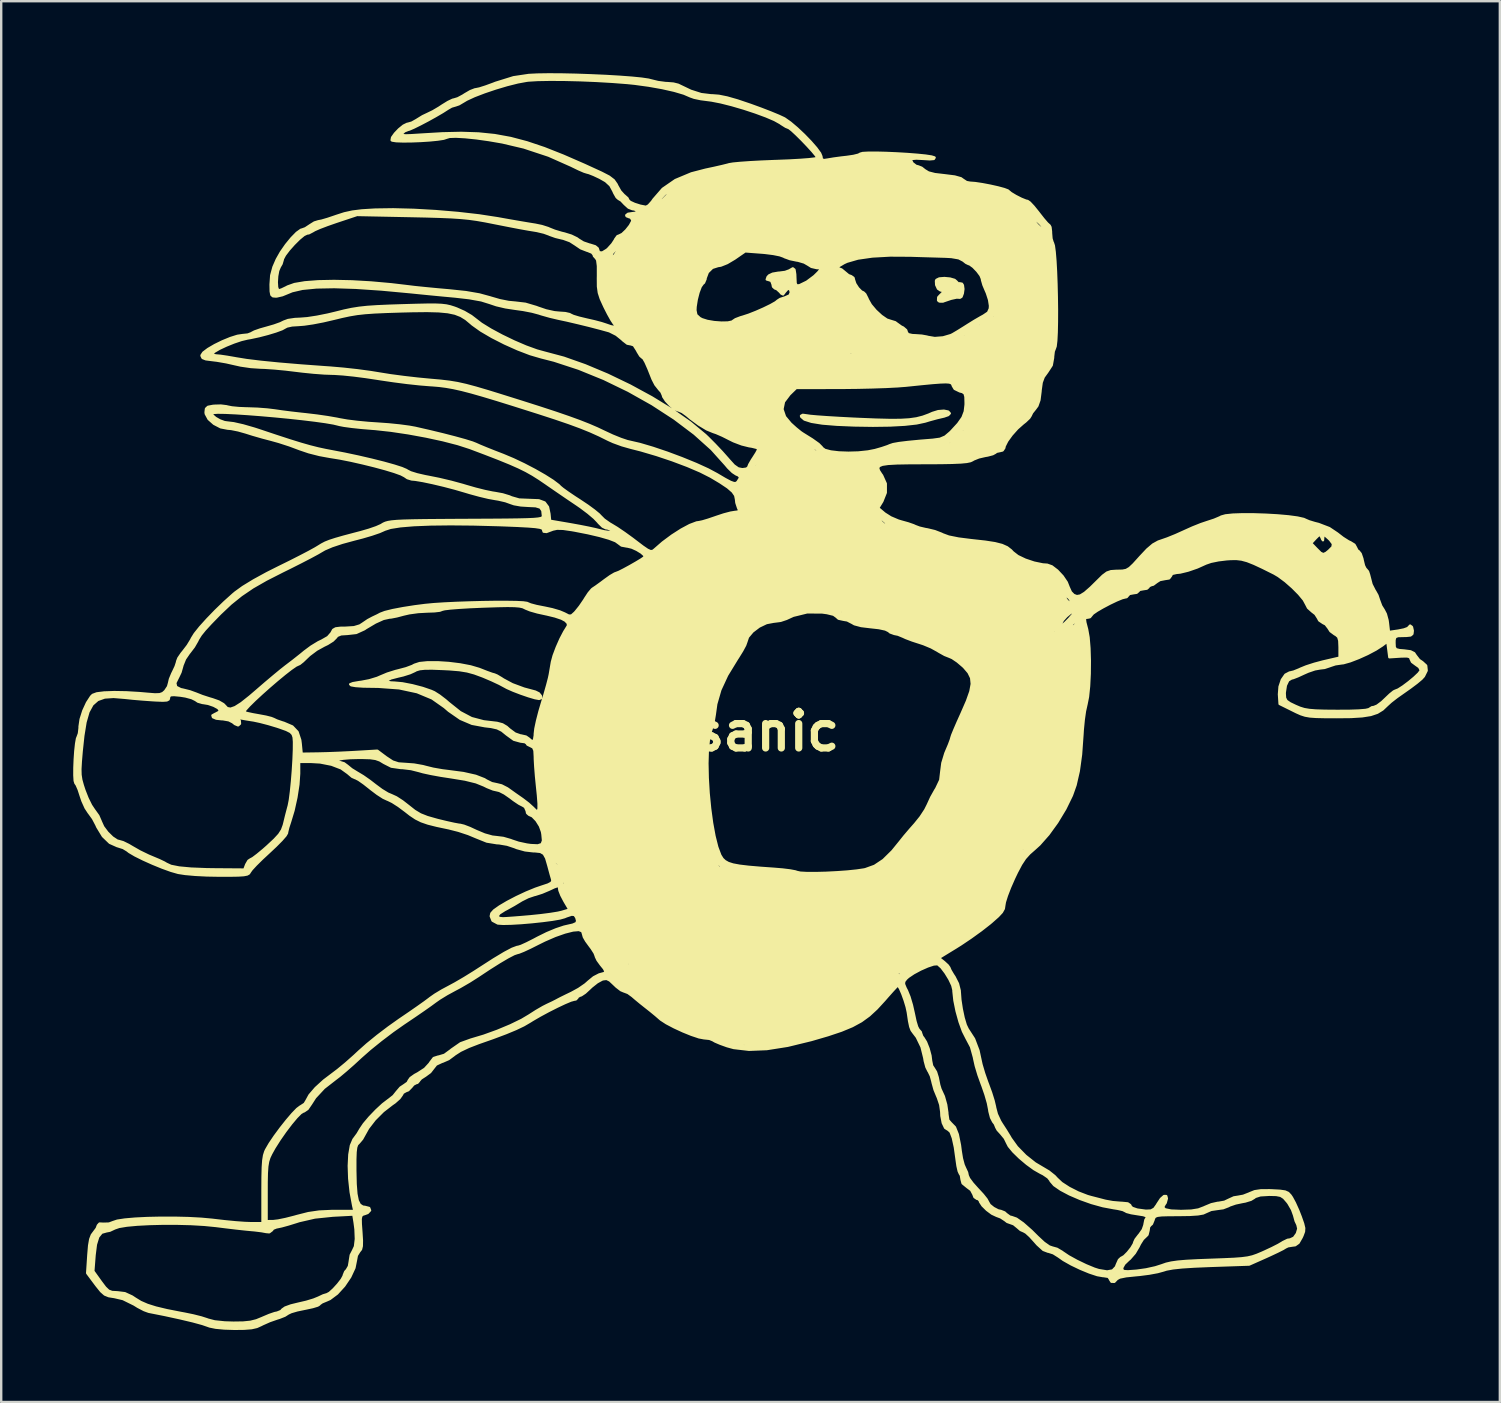
<source format=kicad_pcb>
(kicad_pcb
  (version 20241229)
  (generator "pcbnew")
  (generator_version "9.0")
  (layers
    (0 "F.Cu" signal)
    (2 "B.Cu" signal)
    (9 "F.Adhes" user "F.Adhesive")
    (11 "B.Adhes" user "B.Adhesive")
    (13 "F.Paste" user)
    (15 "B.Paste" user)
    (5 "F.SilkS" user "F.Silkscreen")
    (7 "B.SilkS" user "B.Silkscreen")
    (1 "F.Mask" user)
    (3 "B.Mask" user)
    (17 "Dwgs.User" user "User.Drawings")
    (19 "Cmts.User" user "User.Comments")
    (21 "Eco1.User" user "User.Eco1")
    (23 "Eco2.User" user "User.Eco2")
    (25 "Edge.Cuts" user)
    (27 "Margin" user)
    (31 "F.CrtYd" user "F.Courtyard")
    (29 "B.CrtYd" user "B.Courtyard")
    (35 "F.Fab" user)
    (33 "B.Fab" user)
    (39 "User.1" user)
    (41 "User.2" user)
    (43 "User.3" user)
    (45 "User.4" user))
  (footprint "sanic"
    (layer "F.Cu")
    (at 28.884 27.422)
    (property "Reference" "sanic" (at 0 0 0) (layer "F.SilkS") (effects (font (size 1.524 1.524) (thickness 0.3))))
    (attr through_hole)
    (fp_poly (pts (xy 8.201 -18.431) (xy 8.177 -18.25) (xy 8.124 -18.108) (xy 8.057 -18.068) (xy 8.053 -18.07) (xy 7.921 -18.077) (xy 7.685 -18.025) (xy 7.396 -17.927) (xy 7.353 -17.91) (xy 7.204 -17.911) (xy 7.15 -17.956) (xy 7.156 -18.085) (xy 7.226 -18.162) (xy 7.352 -18.287) (xy 7.329 -18.36) (xy 7.249 -18.373) (xy 7.144 -18.444) (xy 7.071 -18.602) (xy 7.062 -18.767) (xy 7.079 -18.811) (xy 7.199 -18.87) (xy 7.411 -18.887) (xy 7.646 -18.865) (xy 7.835 -18.81) (xy 7.907 -18.748) (xy 7.991 -18.661) (xy 8.043 -18.669) (xy 8.141 -18.651) (xy 8.18 -18.59) (xy 8.201 -18.431)) (stroke (width 0.1) (type solid)) (fill yes) (layer "F.SilkS"))
    (fp_poly (pts (xy 7.635 -13.25) (xy 7.568 -13.18) (xy 7.391 -13.118) (xy 7.357 -13.111) (xy 7.109 -13.053) (xy 6.791 -12.966) (xy 6.604 -12.909) (xy 6.253 -12.834) (xy 5.759 -12.779) (xy 5.144 -12.746) (xy 4.433 -12.736) (xy 3.651 -12.748) (xy 2.921 -12.779) (xy 2.323 -12.828) (xy 1.874 -12.9) (xy 1.58 -12.994) (xy 1.447 -13.108) (xy 1.439 -13.147) (xy 1.51 -13.188) (xy 1.672 -13.166) (xy 1.822 -13.144) (xy 2.114 -13.118) (xy 2.519 -13.089) (xy 3.012 -13.059) (xy 3.563 -13.03) (xy 3.846 -13.017) (xy 4.56 -12.988) (xy 5.132 -12.974) (xy 5.587 -12.976) (xy 5.951 -12.998) (xy 6.251 -13.041) (xy 6.513 -13.108) (xy 6.763 -13.2) (xy 6.914 -13.267) (xy 7.154 -13.341) (xy 7.391 -13.36) (xy 7.57 -13.324) (xy 7.635 -13.25)) (stroke (width 0.1) (type solid)) (fill yes) (layer "F.SilkS"))
    (fp_poly (pts (xy 27.503 -2.533) (xy 27.387 -2.298) (xy 27.284 -2.185) (xy 27.26 -2.166) (xy 27.26 -2.548) (xy 27.193 -2.679) (xy 27.051 -2.779) (xy 26.894 -2.895) (xy 26.839 -3.012) (xy 26.81 -3.091) (xy 26.695 -3.125) (xy 26.458 -3.123) (xy 26.395 -3.119) (xy 25.95 -3.09) (xy 25.908 -3.416) (xy 25.866 -3.742) (xy 25.739 -3.646) (xy 25.739 -4.445) (xy 25.696 -4.487) (xy 25.654 -4.445) (xy 25.696 -4.403) (xy 25.739 -4.445) (xy 25.739 -3.646) (xy 25.654 -3.581) (xy 25.636 -3.57) (xy 25.636 -4.785) (xy 25.626 -4.798) (xy 25.575 -4.786) (xy 25.569 -4.741) (xy 25.6 -4.672) (xy 25.626 -4.685) (xy 25.636 -4.785) (xy 25.636 -3.57) (xy 25.485 -3.472) (xy 25.485 -4.948) (xy 25.425 -5.02) (xy 25.387 -5.046) (xy 25.329 -5.056) (xy 25.35 -5.008) (xy 25.435 -4.918) (xy 25.484 -4.936) (xy 25.485 -4.948) (xy 25.485 -3.472) (xy 25.387 -3.409) (xy 25.315 -3.371) (xy 25.315 -3.683) (xy 25.297 -3.701) (xy 25.297 -5.378) (xy 25.287 -5.39) (xy 25.237 -5.379) (xy 25.231 -5.334) (xy 25.231 -5.546) (xy 25.188 -5.588) (xy 25.146 -5.546) (xy 25.146 -5.71) (xy 25.086 -5.782) (xy 25.048 -5.808) (xy 25.046 -5.808) (xy 25.046 -5.958) (xy 25.033 -5.983) (xy 24.933 -5.993) (xy 24.92 -5.983) (xy 24.932 -5.933) (xy 24.977 -5.927) (xy 25.046 -5.958) (xy 25.046 -5.808) (xy 24.99 -5.818) (xy 25.011 -5.77) (xy 25.096 -5.68) (xy 25.145 -5.698) (xy 25.146 -5.71) (xy 25.146 -5.546) (xy 25.188 -5.503) (xy 25.231 -5.546) (xy 25.231 -5.334) (xy 25.262 -5.264) (xy 25.287 -5.278) (xy 25.297 -5.378) (xy 25.297 -3.701) (xy 25.273 -3.725) (xy 25.231 -3.683) (xy 25.273 -3.641) (xy 25.315 -3.683) (xy 25.315 -3.371) (xy 25.041 -3.226) (xy 24.977 -3.197) (xy 24.977 -3.514) (xy 24.934 -3.556) (xy 24.892 -3.514) (xy 24.892 -6.308) (xy 24.85 -6.35) (xy 24.807 -6.308) (xy 24.807 -6.641) (xy 24.747 -6.713) (xy 24.71 -6.739) (xy 24.652 -6.749) (xy 24.672 -6.702) (xy 24.757 -6.611) (xy 24.807 -6.63) (xy 24.807 -6.641) (xy 24.807 -6.308) (xy 24.85 -6.265) (xy 24.892 -6.308) (xy 24.892 -3.514) (xy 24.934 -3.471) (xy 24.977 -3.514) (xy 24.977 -3.197) (xy 24.807 -3.12) (xy 24.807 -3.429) (xy 24.765 -3.471) (xy 24.723 -3.429) (xy 24.765 -3.387) (xy 24.807 -3.429) (xy 24.807 -3.12) (xy 24.667 -3.057) (xy 24.638 -3.046) (xy 24.638 -3.357) (xy 24.62 -3.358) (xy 24.62 -6.987) (xy 24.61 -6.999) (xy 24.559 -6.987) (xy 24.553 -6.943) (xy 24.584 -6.873) (xy 24.61 -6.886) (xy 24.62 -6.987) (xy 24.62 -3.358) (xy 24.582 -3.359) (xy 24.456 -3.293) (xy 24.323 -3.198) (xy 24.251 -3.123) (xy 24.27 -3.099) (xy 24.392 -3.161) (xy 24.416 -3.176) (xy 24.57 -3.287) (xy 24.638 -3.356) (xy 24.638 -3.357) (xy 24.638 -3.046) (xy 24.316 -2.922) (xy 24.215 -2.894) (xy 24.215 -3.26) (xy 24.172 -3.302) (xy 24.13 -3.26) (xy 24.172 -3.217) (xy 24.215 -3.26) (xy 24.215 -2.894) (xy 24.038 -2.844) (xy 23.96 -2.835) (xy 23.699 -2.797) (xy 23.482 -2.725) (xy 23.477 -2.722) (xy 23.25 -2.647) (xy 23.056 -2.624) (xy 22.844 -2.586) (xy 22.564 -2.49) (xy 22.394 -2.415) (xy 22.142 -2.299) (xy 21.943 -2.222) (xy 21.868 -2.204) (xy 21.735 -2.123) (xy 21.636 -1.916) (xy 21.591 -1.624) (xy 21.59 -1.57) (xy 21.602 -1.393) (xy 21.664 -1.274) (xy 21.812 -1.171) (xy 22.035 -1.064) (xy 22.222 -0.984) (xy 22.404 -0.928) (xy 22.615 -0.892) (xy 22.889 -0.87) (xy 23.264 -0.858) (xy 23.765 -0.854) (xy 24.272 -0.856) (xy 24.676 -0.87) (xy 24.957 -0.893) (xy 25.095 -0.924) (xy 25.104 -0.931) (xy 25.224 -1.005) (xy 25.303 -1.016) (xy 25.441 -1.073) (xy 25.639 -1.221) (xy 25.781 -1.355) (xy 25.976 -1.541) (xy 26.129 -1.664) (xy 26.189 -1.693) (xy 26.318 -1.744) (xy 26.522 -1.875) (xy 26.759 -2.053) (xy 26.989 -2.244) (xy 27.169 -2.415) (xy 27.257 -2.533) (xy 27.26 -2.548) (xy 27.26 -2.166) (xy 27.093 -2.026) (xy 26.82 -1.821) (xy 26.539 -1.623) (xy 26.258 -1.425) (xy 26.015 -1.236) (xy 25.862 -1.097) (xy 25.862 -1.097) (xy 25.669 -0.914) (xy 25.449 -0.779) (xy 25.175 -0.687) (xy 24.818 -0.631) (xy 24.349 -0.602) (xy 23.754 -0.596) (xy 23.263 -0.598) (xy 22.904 -0.606) (xy 22.642 -0.624) (xy 22.441 -0.659) (xy 22.264 -0.716) (xy 22.075 -0.8) (xy 21.929 -0.872) (xy 21.378 -1.145) (xy 21.352 -1.548) (xy 21.376 -1.864) (xy 21.472 -2.151) (xy 21.619 -2.363) (xy 21.793 -2.454) (xy 21.811 -2.455) (xy 21.962 -2.491) (xy 22.185 -2.581) (xy 22.25 -2.612) (xy 22.489 -2.709) (xy 22.825 -2.817) (xy 23.189 -2.914) (xy 23.22 -2.921) (xy 23.876 -3.073) (xy 23.876 -3.513) (xy 23.876 -4.276) (xy 23.857 -4.295) (xy 23.857 -7.742) (xy 23.843 -7.831) (xy 23.755 -7.94) (xy 23.65 -8.034) (xy 23.648 -8.001) (xy 23.704 -7.888) (xy 23.795 -7.76) (xy 23.857 -7.742) (xy 23.857 -4.295) (xy 23.834 -4.318) (xy 23.791 -4.276) (xy 23.834 -4.233) (xy 23.876 -4.276) (xy 23.876 -3.513) (xy 23.865 -3.781) (xy 23.821 -3.933) (xy 23.721 -4.021) (xy 23.707 -4.028) (xy 23.707 -4.36) (xy 23.664 -4.403) (xy 23.622 -4.36) (xy 23.664 -4.318) (xy 23.707 -4.36) (xy 23.707 -4.028) (xy 23.672 -4.045) (xy 23.604 -4.096) (xy 23.604 -4.616) (xy 23.6 -4.621) (xy 23.6 -7.816) (xy 23.537 -7.899) (xy 23.537 -8.128) (xy 23.472 -8.209) (xy 23.448 -8.213) (xy 23.397 -8.161) (xy 23.41 -8.128) (xy 23.486 -8.047) (xy 23.5 -8.043) (xy 23.536 -8.109) (xy 23.537 -8.128) (xy 23.537 -7.899) (xy 23.48 -7.976) (xy 23.41 -8.043) (xy 23.268 -8.168) (xy 23.208 -8.179) (xy 23.193 -8.083) (xy 23.193 -8.079) (xy 23.183 -7.964) (xy 23.152 -8.007) (xy 23.124 -8.078) (xy 23.071 -8.179) (xy 23.003 -8.167) (xy 22.875 -8.04) (xy 22.69 -7.841) (xy 22.918 -7.604) (xy 23.086 -7.437) (xy 23.198 -7.384) (xy 23.314 -7.436) (xy 23.431 -7.531) (xy 23.583 -7.684) (xy 23.6 -7.816) (xy 23.6 -4.621) (xy 23.594 -4.628) (xy 23.543 -4.617) (xy 23.537 -4.572) (xy 23.568 -4.502) (xy 23.594 -4.516) (xy 23.604 -4.616) (xy 23.604 -4.096) (xy 23.496 -4.176) (xy 23.415 -4.304) (xy 23.295 -4.46) (xy 23.19 -4.514) (xy 23.028 -4.623) (xy 22.974 -4.725) (xy 22.869 -4.889) (xy 22.732 -4.996) (xy 22.561 -5.149) (xy 22.521 -5.227) (xy 22.521 -5.969) (xy 22.479 -6.011) (xy 22.437 -5.969) (xy 22.479 -5.927) (xy 22.521 -5.969) (xy 22.521 -5.227) (xy 22.485 -5.297) (xy 22.408 -5.44) (xy 22.408 -8.519) (xy 22.394 -8.551) (xy 22.282 -8.633) (xy 22.257 -8.636) (xy 22.211 -8.584) (xy 22.225 -8.551) (xy 22.337 -8.47) (xy 22.362 -8.467) (xy 22.408 -8.519) (xy 22.408 -5.44) (xy 22.386 -5.481) (xy 22.184 -5.725) (xy 21.916 -5.995) (xy 21.759 -6.133) (xy 21.759 -6.559) (xy 21.693 -6.621) (xy 21.569 -6.69) (xy 21.439 -6.75) (xy 21.453 -6.724) (xy 21.543 -6.651) (xy 21.694 -6.54) (xy 21.753 -6.53) (xy 21.759 -6.559) (xy 21.759 -6.133) (xy 21.619 -6.256) (xy 21.328 -6.472) (xy 21.151 -6.577) (xy 20.671 -6.816) (xy 20.307 -6.986) (xy 20.025 -7.098) (xy 19.791 -7.161) (xy 19.572 -7.187) (xy 19.334 -7.183) (xy 19.176 -7.173) (xy 18.83 -7.131) (xy 18.517 -7.067) (xy 18.308 -6.995) (xy 17.946 -6.832) (xy 17.865 -6.804) (xy 17.865 -7.07) (xy 17.865 -8.255) (xy 17.822 -8.297) (xy 17.78 -8.255) (xy 17.822 -8.213) (xy 17.865 -8.255) (xy 17.865 -7.07) (xy 17.822 -7.112) (xy 17.78 -7.07) (xy 17.822 -7.027) (xy 17.865 -7.07) (xy 17.865 -6.804) (xy 17.695 -6.745) (xy 17.695 -8.17) (xy 17.653 -8.213) (xy 17.611 -8.17) (xy 17.653 -8.128) (xy 17.695 -8.17) (xy 17.695 -6.745) (xy 17.566 -6.701) (xy 17.441 -6.67) (xy 17.441 -6.985) (xy 17.399 -7.027) (xy 17.357 -6.985) (xy 17.399 -6.943) (xy 17.441 -6.985) (xy 17.441 -6.67) (xy 17.233 -6.62) (xy 17.081 -6.605) (xy 16.896 -6.563) (xy 16.849 -6.477) (xy 16.773 -6.376) (xy 16.605 -6.35) (xy 16.425 -6.315) (xy 16.425 -7.662) (xy 16.383 -7.705) (xy 16.341 -7.662) (xy 16.383 -7.62) (xy 16.425 -7.662) (xy 16.425 -6.315) (xy 16.39 -6.308) (xy 16.287 -6.243) (xy 16.287 -7.662) (xy 16.018 -7.414) (xy 15.832 -7.237) (xy 15.758 -7.146) (xy 15.78 -7.116) (xy 15.812 -7.117) (xy 15.898 -7.181) (xy 16.037 -7.336) (xy 16.081 -7.392) (xy 16.287 -7.662) (xy 16.287 -6.243) (xy 16.256 -6.223) (xy 16.112 -6.115) (xy 16.034 -6.096) (xy 15.928 -6.047) (xy 15.917 -6.011) (xy 15.845 -5.948) (xy 15.739 -5.932) (xy 15.739 -7.027) (xy 15.661 -6.972) (xy 15.508 -6.831) (xy 15.409 -6.731) (xy 15.252 -6.561) (xy 15.168 -6.454) (xy 15.164 -6.435) (xy 15.243 -6.49) (xy 15.395 -6.631) (xy 15.494 -6.731) (xy 15.651 -6.901) (xy 15.735 -7.008) (xy 15.739 -7.027) (xy 15.739 -5.932) (xy 15.706 -5.927) (xy 15.547 -5.898) (xy 15.494 -5.842) (xy 15.422 -5.778) (xy 15.325 -5.764) (xy 15.325 -6.054) (xy 15.282 -6.096) (xy 15.24 -6.054) (xy 15.282 -6.011) (xy 15.325 -6.054) (xy 15.325 -5.764) (xy 15.282 -5.757) (xy 15.123 -5.728) (xy 15.071 -5.673) (xy 15.004 -5.595) (xy 14.965 -5.589) (xy 14.901 -5.573) (xy 14.901 -5.969) (xy 14.859 -6.011) (xy 14.817 -5.969) (xy 14.859 -5.927) (xy 14.901 -5.969) (xy 14.901 -5.573) (xy 14.82 -5.553) (xy 14.587 -5.457) (xy 14.309 -5.324) (xy 14.309 -6.392) (xy 14.266 -6.435) (xy 14.224 -6.392) (xy 14.266 -6.35) (xy 14.309 -6.392) (xy 14.309 -5.324) (xy 14.307 -5.323) (xy 14.021 -5.172) (xy 13.949 -5.131) (xy 13.949 -6.006) (xy 13.938 -6.011) (xy 13.86 -5.952) (xy 13.843 -5.927) (xy 13.821 -5.848) (xy 13.833 -5.842) (xy 13.91 -5.902) (xy 13.928 -5.927) (xy 13.949 -6.006) (xy 13.949 -5.131) (xy 13.885 -5.093) (xy 13.885 -5.376) (xy 13.843 -5.419) (xy 13.801 -5.376) (xy 13.843 -5.334) (xy 13.885 -5.376) (xy 13.885 -5.093) (xy 13.772 -5.028) (xy 13.716 -4.989) (xy 13.716 -5.292) (xy 13.674 -5.334) (xy 13.631 -5.292) (xy 13.674 -5.249) (xy 13.716 -5.292) (xy 13.716 -4.989) (xy 13.631 -4.931) (xy 13.631 -5.752) (xy 13.587 -5.731) (xy 13.525 -5.683) (xy 13.408 -5.579) (xy 13.377 -5.535) (xy 13.419 -5.51) (xy 13.531 -5.619) (xy 13.557 -5.652) (xy 13.631 -5.752) (xy 13.631 -4.931) (xy 13.601 -4.91) (xy 13.547 -4.847) (xy 13.476 -4.76) (xy 13.385 -4.741) (xy 13.377 -4.74) (xy 13.377 -5.038) (xy 13.335 -5.08) (xy 13.293 -5.038) (xy 13.335 -4.995) (xy 13.377 -5.038) (xy 13.377 -4.74) (xy 13.298 -4.732) (xy 13.264 -4.677) (xy 13.282 -4.54) (xy 13.349 -4.281) (xy 13.356 -4.255) (xy 13.416 -3.919) (xy 13.453 -3.468) (xy 13.469 -2.947) (xy 13.464 -2.403) (xy 13.438 -1.885) (xy 13.392 -1.439) (xy 13.327 -1.113) (xy 13.324 -1.104) (xy 13.28 -0.904) (xy 13.28 -3.538) (xy 13.266 -3.619) (xy 13.242 -3.646) (xy 13.228 -3.529) (xy 13.228 -3.471) (xy 13.236 -3.317) (xy 13.258 -3.299) (xy 13.266 -3.323) (xy 13.28 -3.538) (xy 13.28 -0.904) (xy 13.267 -0.848) (xy 13.215 -0.483) (xy 13.19 -0.223) (xy 13.19 -1.568) (xy 13.18 -1.58) (xy 13.129 -1.569) (xy 13.123 -1.524) (xy 13.123 -4.022) (xy 13.105 -4.04) (xy 13.105 -5.209) (xy 13.095 -5.221) (xy 13.045 -5.209) (xy 13.039 -5.165) (xy 13.07 -5.095) (xy 13.095 -5.108) (xy 13.105 -5.209) (xy 13.105 -4.04) (xy 13.081 -4.064) (xy 13.039 -4.022) (xy 13.081 -3.979) (xy 13.123 -4.022) (xy 13.123 -1.524) (xy 13.154 -1.454) (xy 13.18 -1.468) (xy 13.19 -1.568) (xy 13.19 -0.223) (xy 13.175 -0.071) (xy 13.163 0.127) (xy 13.103 0.962) (xy 13.039 1.433) (xy 13.039 -0.804) (xy 12.996 -0.847) (xy 12.954 -0.804) (xy 12.996 -0.762) (xy 13.039 -0.804) (xy 13.039 1.433) (xy 13.008 1.655) (xy 12.919 2.042) (xy 12.919 -4.55) (xy 12.825 -4.552) (xy 12.816 -4.544) (xy 12.816 -4.974) (xy 12.797 -4.995) (xy 12.687 -4.946) (xy 12.687 -5.345) (xy 12.664 -5.469) (xy 12.613 -5.549) (xy 12.48 -5.666) (xy 12.423 -5.647) (xy 12.473 -5.515) (xy 12.506 -5.469) (xy 12.619 -5.35) (xy 12.685 -5.341) (xy 12.687 -5.345) (xy 12.687 -4.946) (xy 12.665 -4.936) (xy 12.496 -4.796) (xy 12.446 -4.741) (xy 12.446 -5.122) (xy 12.404 -5.165) (xy 12.361 -5.122) (xy 12.361 -5.884) (xy 12.319 -5.927) (xy 12.277 -5.884) (xy 12.319 -5.842) (xy 12.361 -5.884) (xy 12.361 -5.122) (xy 12.404 -5.08) (xy 12.446 -5.122) (xy 12.446 -4.741) (xy 12.347 -4.631) (xy 12.277 -4.499) (xy 12.277 -4.491) (xy 12.286 -4.422) (xy 12.333 -4.428) (xy 12.445 -4.526) (xy 12.615 -4.699) (xy 12.76 -4.867) (xy 12.816 -4.974) (xy 12.816 -4.544) (xy 12.728 -4.467) (xy 12.7 -4.387) (xy 12.748 -4.353) (xy 12.829 -4.404) (xy 12.918 -4.508) (xy 12.919 -4.55) (xy 12.919 2.042) (xy 12.876 2.232) (xy 12.767 2.542) (xy 12.767 1.565) (xy 12.756 1.552) (xy 12.706 1.564) (xy 12.7 1.609) (xy 12.731 1.678) (xy 12.756 1.665) (xy 12.767 1.565) (xy 12.767 2.542) (xy 12.722 2.667) (xy 12.682 2.75) (xy 12.682 2.073) (xy 12.672 2.06) (xy 12.621 2.072) (xy 12.615 2.117) (xy 12.615 -4.276) (xy 12.573 -4.318) (xy 12.531 -4.276) (xy 12.573 -4.233) (xy 12.615 -4.276) (xy 12.615 2.117) (xy 12.646 2.186) (xy 12.672 2.173) (xy 12.682 2.073) (xy 12.682 2.75) (xy 12.615 2.887) (xy 12.615 2.328) (xy 12.573 2.286) (xy 12.531 2.328) (xy 12.573 2.371) (xy 12.615 2.328) (xy 12.615 2.887) (xy 12.528 3.065) (xy 12.528 2.498) (xy 12.493 2.483) (xy 12.446 2.54) (xy 12.374 2.694) (xy 12.364 2.752) (xy 12.399 2.767) (xy 12.446 2.709) (xy 12.518 2.555) (xy 12.528 2.498) (xy 12.528 3.065) (xy 12.45 3.225) (xy 12.343 3.402) (xy 12.343 -4.108) (xy 12.333 -4.12) (xy 12.283 -4.109) (xy 12.277 -4.064) (xy 12.308 -3.994) (xy 12.333 -4.008) (xy 12.343 -4.108) (xy 12.343 3.402) (xy 12.277 3.512) (xy 12.277 3.09) (xy 12.234 3.048) (xy 12.192 3.09) (xy 12.234 3.133) (xy 12.277 3.09) (xy 12.277 3.512) (xy 12.192 3.652) (xy 12.192 3.26) (xy 12.15 3.217) (xy 12.107 3.26) (xy 12.15 3.302) (xy 12.192 3.26) (xy 12.192 3.652) (xy 12.113 3.783) (xy 12.103 3.797) (xy 12.103 -6.318) (xy 12.075 -6.394) (xy 11.956 -6.53) (xy 11.942 -6.543) (xy 11.744 -6.731) (xy 11.905 -6.506) (xy 12.024 -6.364) (xy 12.099 -6.316) (xy 12.103 -6.318) (xy 12.103 3.797) (xy 12.089 3.816) (xy 12.089 -3.769) (xy 12.079 -3.782) (xy 12.065 -3.779) (xy 12.065 -4.149) (xy 12.058 -4.227) (xy 12.028 -4.233) (xy 11.941 -4.172) (xy 11.938 -4.149) (xy 11.967 -4.066) (xy 11.975 -4.064) (xy 12.048 -4.123) (xy 12.065 -4.149) (xy 12.065 -3.779) (xy 12.029 -3.77) (xy 12.023 -3.725) (xy 12.054 -3.656) (xy 12.079 -3.669) (xy 12.089 -3.769) (xy 12.089 3.816) (xy 12.087 3.82) (xy 12.087 3.392) (xy 12.075 3.387) (xy 11.998 3.446) (xy 11.98 3.471) (xy 11.959 3.55) (xy 11.97 3.556) (xy 12.048 3.496) (xy 12.065 3.471) (xy 12.087 3.392) (xy 12.087 3.82) (xy 11.917 4.054) (xy 11.917 3.646) (xy 11.906 3.641) (xy 11.828 3.7) (xy 11.811 3.725) (xy 11.789 3.804) (xy 11.801 3.81) (xy 11.878 3.75) (xy 11.896 3.725) (xy 11.917 3.646) (xy 11.917 4.054) (xy 11.744 4.294) (xy 11.714 4.327) (xy 11.714 3.969) (xy 11.711 3.934) (xy 11.655 3.972) (xy 11.532 4.097) (xy 11.425 4.246) (xy 11.415 4.266) (xy 11.415 -6.72) (xy 11.402 -6.745) (xy 11.301 -6.755) (xy 11.289 -6.745) (xy 11.301 -6.695) (xy 11.345 -6.689) (xy 11.415 -6.72) (xy 11.415 4.266) (xy 11.366 4.365) (xy 11.379 4.403) (xy 11.448 4.34) (xy 11.57 4.185) (xy 11.611 4.128) (xy 11.714 3.969) (xy 11.714 4.327) (xy 11.372 4.714) (xy 11.18 4.888) (xy 11.161 4.905) (xy 11.161 4.626) (xy 11.148 4.6) (xy 11.091 4.595) (xy 11.091 -6.816) (xy 11.049 -6.858) (xy 11.007 -6.816) (xy 11.049 -6.773) (xy 11.091 -6.816) (xy 11.091 4.595) (xy 11.047 4.59) (xy 11.035 4.6) (xy 11.047 4.651) (xy 11.091 4.657) (xy 11.161 4.626) (xy 11.161 4.905) (xy 10.952 5.089) (xy 10.771 5.29) (xy 10.753 5.318) (xy 10.753 4.911) (xy 10.724 4.828) (xy 10.715 4.826) (xy 10.643 4.885) (xy 10.626 4.911) (xy 10.632 4.989) (xy 10.663 4.995) (xy 10.749 4.934) (xy 10.753 4.911) (xy 10.753 5.318) (xy 10.608 5.537) (xy 10.499 5.744) (xy 10.499 5.207) (xy 10.456 5.165) (xy 10.414 5.207) (xy 10.456 5.249) (xy 10.499 5.207) (xy 10.499 5.744) (xy 10.431 5.872) (xy 10.329 6.086) (xy 10.329 5.546) (xy 10.287 5.503) (xy 10.245 5.546) (xy 10.245 -7.07) (xy 10.202 -7.112) (xy 10.16 -7.07) (xy 10.16 -7.226) (xy 10.103 -7.295) (xy 9.97 -7.416) (xy 9.779 -7.578) (xy 9.94 -7.387) (xy 10.09 -7.227) (xy 10.156 -7.204) (xy 10.16 -7.226) (xy 10.16 -7.07) (xy 10.202 -7.027) (xy 10.245 -7.07) (xy 10.245 5.546) (xy 10.287 5.588) (xy 10.329 5.546) (xy 10.329 6.086) (xy 10.309 6.128) (xy 10.242 6.281) (xy 10.242 5.715) (xy 10.207 5.7) (xy 10.16 5.757) (xy 10.088 5.912) (xy 10.078 5.969) (xy 10.113 5.984) (xy 10.16 5.927) (xy 10.232 5.772) (xy 10.242 5.715) (xy 10.242 6.281) (xy 10.145 6.501) (xy 10.013 6.844) (xy 9.944 7.064) (xy 9.944 6.301) (xy 9.905 6.308) (xy 9.824 6.417) (xy 9.821 6.44) (xy 9.849 6.517) (xy 9.911 6.449) (xy 9.938 6.388) (xy 9.944 6.301) (xy 9.944 7.064) (xy 9.929 7.112) (xy 9.907 7.242) (xy 9.886 7.385) (xy 9.806 7.528) (xy 9.801 7.535) (xy 9.801 6.61) (xy 9.789 6.604) (xy 9.737 6.644) (xy 9.737 -7.578) (xy 9.694 -7.62) (xy 9.652 -7.578) (xy 9.694 -7.535) (xy 9.737 -7.578) (xy 9.737 6.644) (xy 9.712 6.664) (xy 9.694 6.689) (xy 9.673 6.768) (xy 9.684 6.773) (xy 9.762 6.714) (xy 9.779 6.689) (xy 9.801 6.61) (xy 9.801 7.535) (xy 9.645 7.703) (xy 9.631 7.715) (xy 9.631 7.372) (xy 9.62 7.366) (xy 9.542 7.426) (xy 9.525 7.451) (xy 9.503 7.53) (xy 9.515 7.535) (xy 9.592 7.476) (xy 9.61 7.451) (xy 9.631 7.372) (xy 9.631 7.715) (xy 9.397 7.922) (xy 9.397 7.541) (xy 9.354 7.562) (xy 9.292 7.609) (xy 9.161 7.733) (xy 9.161 7.788) (xy 9.176 7.789) (xy 9.247 7.731) (xy 9.324 7.641) (xy 9.397 7.541) (xy 9.397 7.922) (xy 9.377 7.94) (xy 9.301 8.004) (xy 8.943 8.284) (xy 8.805 8.383) (xy 8.805 8.086) (xy 8.805 -1.482) (xy 8.774 -1.513) (xy 8.774 -2.455) (xy 8.762 -2.515) (xy 8.703 -2.621) (xy 8.61 -2.735) (xy 8.564 -2.75) (xy 8.581 -2.67) (xy 8.663 -2.548) (xy 8.752 -2.462) (xy 8.774 -2.455) (xy 8.774 -1.513) (xy 8.763 -1.524) (xy 8.721 -1.482) (xy 8.763 -1.439) (xy 8.805 -1.482) (xy 8.805 8.086) (xy 8.763 8.043) (xy 8.721 8.086) (xy 8.721 -1.3) (xy 8.704 -1.354) (xy 8.647 -1.276) (xy 8.558 -1.101) (xy 8.553 -1.09) (xy 8.553 -1.977) (xy 8.528 -2.229) (xy 8.42 -2.451) (xy 8.366 -2.515) (xy 8.366 -3.001) (xy 8.34 -3.048) (xy 8.216 -3.128) (xy 8.187 -3.131) (xy 8.153 -3.098) (xy 8.213 -3.048) (xy 8.348 -2.972) (xy 8.366 -3.001) (xy 8.366 -2.515) (xy 8.232 -2.671) (xy 8.192 -2.71) (xy 8.043 -2.837) (xy 8.043 -3.251) (xy 7.977 -3.305) (xy 7.912 -3.334) (xy 7.825 -3.34) (xy 7.832 -3.301) (xy 7.923 -3.231) (xy 8.02 -3.219) (xy 8.043 -3.251) (xy 8.043 -2.837) (xy 7.959 -2.909) (xy 7.74 -3.057) (xy 7.626 -3.107) (xy 7.422 -3.188) (xy 7.281 -3.267) (xy 7.281 -8.001) (xy 7.239 -8.043) (xy 7.197 -8.001) (xy 7.239 -7.959) (xy 7.281 -8.001) (xy 7.281 -3.267) (xy 7.177 -3.325) (xy 7.124 -3.359) (xy 7.027 -3.412) (xy 7.027 -8.086) (xy 6.985 -8.128) (xy 6.943 -8.086) (xy 6.985 -8.043) (xy 7.027 -8.086) (xy 7.027 -3.412) (xy 6.865 -3.502) (xy 6.538 -3.638) (xy 6.504 -3.649) (xy 6.504 -8.159) (xy 6.491 -8.184) (xy 6.391 -8.195) (xy 6.378 -8.184) (xy 6.39 -8.134) (xy 6.435 -8.128) (xy 6.504 -8.159) (xy 6.504 -3.649) (xy 6.373 -3.692) (xy 6.181 -3.754) (xy 6.181 -4.022) (xy 6.138 -4.064) (xy 6.096 -4.022) (xy 6.096 -8.34) (xy 6.054 -8.382) (xy 6.011 -8.34) (xy 6.054 -8.297) (xy 6.096 -8.34) (xy 6.096 -4.022) (xy 6.138 -3.979) (xy 6.181 -4.022) (xy 6.181 -3.754) (xy 6.071 -3.79) (xy 5.842 -3.877) (xy 5.842 -4.191) (xy 5.842 -8.424) (xy 5.8 -8.467) (xy 5.757 -8.424) (xy 5.8 -8.382) (xy 5.842 -8.424) (xy 5.842 -4.191) (xy 5.8 -4.233) (xy 5.757 -4.191) (xy 5.8 -4.149) (xy 5.842 -4.191) (xy 5.842 -3.877) (xy 5.8 -3.893) (xy 5.69 -3.944) (xy 5.588 -3.986) (xy 5.588 -4.276) (xy 5.573 -4.291) (xy 5.573 -8.498) (xy 5.56 -8.523) (xy 5.459 -8.533) (xy 5.447 -8.523) (xy 5.459 -8.473) (xy 5.503 -8.467) (xy 5.573 -8.498) (xy 5.573 -4.291) (xy 5.546 -4.318) (xy 5.503 -4.276) (xy 5.546 -4.233) (xy 5.588 -4.276) (xy 5.588 -3.986) (xy 5.479 -4.031) (xy 5.323 -4.063) (xy 5.152 -4.125) (xy 5.09 -4.179) (xy 5.036 -4.206) (xy 5.036 -8.603) (xy 4.953 -8.721) (xy 4.81 -8.847) (xy 4.715 -8.89) (xy 4.701 -8.838) (xy 4.784 -8.721) (xy 4.927 -8.594) (xy 5.022 -8.551) (xy 5.036 -8.603) (xy 5.036 -4.206) (xy 4.953 -4.247) (xy 4.684 -4.305) (xy 4.572 -4.318) (xy 4.572 -8.932) (xy 4.53 -8.975) (xy 4.487 -8.932) (xy 4.487 -11.134) (xy 4.445 -11.176) (xy 4.403 -11.134) (xy 4.445 -11.091) (xy 4.487 -11.134) (xy 4.487 -8.932) (xy 4.53 -8.89) (xy 4.572 -8.932) (xy 4.572 -4.318) (xy 4.352 -4.342) (xy 4.318 -4.346) (xy 4.318 -4.614) (xy 4.318 -9.271) (xy 4.276 -9.313) (xy 4.233 -9.271) (xy 4.276 -9.229) (xy 4.318 -9.271) (xy 4.318 -4.614) (xy 4.276 -4.657) (xy 4.233 -4.614) (xy 4.276 -4.572) (xy 4.318 -4.614) (xy 4.318 -4.346) (xy 3.945 -4.391) (xy 3.664 -4.466) (xy 3.563 -4.524) (xy 3.471 -4.571) (xy 3.471 -4.868) (xy 3.429 -4.911) (xy 3.387 -4.868) (xy 3.429 -4.826) (xy 3.471 -4.868) (xy 3.471 -4.571) (xy 3.366 -4.626) (xy 3.217 -4.651) (xy 3.217 -4.948) (xy 3.158 -5.02) (xy 3.133 -5.038) (xy 3.055 -5.031) (xy 3.048 -5) (xy 3.109 -4.914) (xy 3.133 -4.911) (xy 3.215 -4.94) (xy 3.217 -4.948) (xy 3.217 -4.651) (xy 3.187 -4.657) (xy 3.002 -4.697) (xy 2.912 -4.778) (xy 2.794 -4.863) (xy 2.52 -4.93) (xy 2.313 -4.958) (xy 2.185 -4.958) (xy 2.185 -11.62) (xy 2.159 -11.684) (xy 2.049 -11.786) (xy 1.921 -11.865) (xy 1.796 -11.927) (xy 1.794 -11.901) (xy 1.897 -11.781) (xy 2.031 -11.658) (xy 2.141 -11.6) (xy 2.185 -11.62) (xy 2.185 -4.958) (xy 2.102 -4.959) (xy 2.102 -5.28) (xy 2.088 -5.306) (xy 1.988 -5.316) (xy 1.976 -5.306) (xy 1.987 -5.255) (xy 2.032 -5.249) (xy 2.102 -5.28) (xy 2.102 -4.959) (xy 1.863 -4.96) (xy 1.863 -8.509) (xy 1.82 -8.551) (xy 1.778 -8.509) (xy 1.82 -8.467) (xy 1.863 -8.509) (xy 1.863 -4.96) (xy 1.693 -4.96) (xy 1.693 -11.97) (xy 1.635 -12.041) (xy 1.545 -12.118) (xy 1.445 -12.191) (xy 1.466 -12.148) (xy 1.513 -12.086) (xy 1.637 -11.955) (xy 1.692 -11.955) (xy 1.693 -11.97) (xy 1.693 -4.96) (xy 1.686 -4.96) (xy 1.355 -4.878) (xy 1.355 -9.102) (xy 1.312 -9.144) (xy 1.27 -9.102) (xy 1.312 -9.059) (xy 1.355 -9.102) (xy 1.355 -4.878) (xy 1.27 -4.857) (xy 1.27 -5.122) (xy 1.228 -5.165) (xy 1.185 -5.122) (xy 1.228 -5.08) (xy 1.27 -5.122) (xy 1.27 -4.857) (xy 1.17 -4.833) (xy 1.17 -9.175) (xy 1.157 -9.2) (xy 1.101 -9.206) (xy 1.101 -12.393) (xy 1.043 -12.464) (xy 0.953 -12.541) (xy 0.852 -12.615) (xy 0.873 -12.571) (xy 0.921 -12.509) (xy 1.044 -12.378) (xy 1.099 -12.378) (xy 1.101 -12.393) (xy 1.101 -9.206) (xy 1.057 -9.211) (xy 1.044 -9.2) (xy 1.056 -9.15) (xy 1.101 -9.144) (xy 1.17 -9.175) (xy 1.17 -4.833) (xy 1.114 -4.819) (xy 0.931 -4.735) (xy 0.931 -8.932) (xy 0.931 -9.271) (xy 0.931 -11.726) (xy 0.889 -11.769) (xy 0.847 -11.726) (xy 0.889 -11.684) (xy 0.931 -11.726) (xy 0.931 -9.271) (xy 0.889 -9.313) (xy 0.847 -9.271) (xy 0.847 -11.43) (xy 0.782 -11.511) (xy 0.757 -11.515) (xy 0.706 -11.463) (xy 0.72 -11.43) (xy 0.796 -11.349) (xy 0.809 -11.345) (xy 0.846 -11.411) (xy 0.847 -11.43) (xy 0.847 -9.271) (xy 0.889 -9.229) (xy 0.931 -9.271) (xy 0.931 -8.932) (xy 0.889 -8.975) (xy 0.847 -8.932) (xy 0.889 -8.89) (xy 0.931 -8.932) (xy 0.931 -4.735) (xy 0.846 -4.696) (xy 0.846 -5.074) (xy 0.802 -5.053) (xy 0.762 -5.022) (xy 0.762 -9.017) (xy 0.72 -9.059) (xy 0.677 -9.017) (xy 0.677 -9.356) (xy 0.677 -12.817) (xy 0.621 -12.89) (xy 0.593 -12.915) (xy 0.593 -14.012) (xy 0.593 -17.611) (xy 0.564 -17.693) (xy 0.555 -17.695) (xy 0.483 -17.636) (xy 0.466 -17.611) (xy 0.472 -17.533) (xy 0.503 -17.526) (xy 0.589 -17.587) (xy 0.593 -17.611) (xy 0.593 -14.012) (xy 0.55 -14.055) (xy 0.508 -14.012) (xy 0.55 -13.97) (xy 0.593 -14.012) (xy 0.593 -12.915) (xy 0.548 -12.956) (xy 0.457 -13.017) (xy 0.463 -12.95) (xy 0.473 -12.924) (xy 0.549 -12.82) (xy 0.639 -12.776) (xy 0.677 -12.817) (xy 0.677 -9.356) (xy 0.635 -9.398) (xy 0.593 -9.356) (xy 0.635 -9.313) (xy 0.677 -9.356) (xy 0.677 -9.017) (xy 0.72 -8.975) (xy 0.762 -9.017) (xy 0.762 -5.022) (xy 0.741 -5.006) (xy 0.624 -4.902) (xy 0.593 -4.858) (xy 0.634 -4.833) (xy 0.746 -4.941) (xy 0.773 -4.974) (xy 0.846 -5.074) (xy 0.846 -4.696) (xy 0.834 -4.69) (xy 0.589 -4.608) (xy 0.493 -4.595) (xy 0.493 -9.09) (xy 0.481 -9.114) (xy 0.481 -11.806) (xy 0.423 -11.853) (xy 0.269 -11.925) (xy 0.212 -11.935) (xy 0.197 -11.9) (xy 0.254 -11.853) (xy 0.408 -11.782) (xy 0.466 -11.771) (xy 0.481 -11.806) (xy 0.481 -9.114) (xy 0.48 -9.116) (xy 0.379 -9.126) (xy 0.367 -9.116) (xy 0.379 -9.065) (xy 0.423 -9.059) (xy 0.493 -9.09) (xy 0.493 -4.595) (xy 0.309 -4.572) (xy 0.301 -4.572) (xy 0.239 -4.56) (xy 0.239 -9.429) (xy 0.226 -9.454) (xy 0.169 -9.46) (xy 0.169 -11.642) (xy 0.127 -11.684) (xy 0.085 -11.642) (xy 0.085 -17.399) (xy 0.042 -17.441) (xy 0 -17.399) (xy 0.042 -17.357) (xy 0.085 -17.399) (xy 0.085 -11.642) (xy 0.127 -11.599) (xy 0.169 -11.642) (xy 0.169 -9.46) (xy 0.125 -9.465) (xy 0.113 -9.454) (xy 0.125 -9.404) (xy 0.169 -9.398) (xy 0.239 -9.429) (xy 0.239 -4.56) (xy 0.085 -4.531) (xy 0.085 -11.472) (xy 0.07 -11.487) (xy 0.07 -11.969) (xy 0.056 -11.994) (xy -0.044 -12.005) (xy -0.056 -11.994) (xy -0.045 -11.944) (xy 0 -11.938) (xy 0.07 -11.969) (xy 0.07 -11.487) (xy 0.042 -11.515) (xy 0 -11.472) (xy 0.042 -11.43) (xy 0.085 -11.472) (xy 0.085 -4.531) (xy 0.07 -4.528) (xy 0.07 -9.175) (xy 0.056 -9.2) (xy 0 -9.206) (xy 0 -9.525) (xy -0.042 -9.567) (xy -0.085 -9.525) (xy -0.042 -9.483) (xy 0 -9.525) (xy 0 -9.206) (xy -0.044 -9.211) (xy -0.056 -9.2) (xy -0.045 -9.15) (xy 0 -9.144) (xy 0.07 -9.175) (xy 0.07 -4.528) (xy 0.002 -4.515) (xy -0.085 -4.474) (xy -0.085 -4.784) (xy -0.127 -4.826) (xy -0.169 -4.784) (xy -0.169 -9.271) (xy -0.169 -12.065) (xy -0.212 -12.107) (xy -0.254 -12.065) (xy -0.254 -17.23) (xy -0.296 -17.272) (xy -0.339 -17.23) (xy -0.296 -17.187) (xy -0.254 -17.23) (xy -0.254 -12.065) (xy -0.212 -12.023) (xy -0.169 -12.065) (xy -0.169 -9.271) (xy -0.212 -9.313) (xy -0.254 -9.271) (xy -0.212 -9.229) (xy -0.169 -9.271) (xy -0.169 -4.784) (xy -0.127 -4.741) (xy -0.085 -4.784) (xy -0.085 -4.474) (xy -0.306 -4.368) (xy -0.381 -4.311) (xy -0.381 -11.091) (xy -0.388 -11.169) (xy -0.418 -11.176) (xy -0.505 -11.115) (xy -0.508 -11.091) (xy -0.479 -11.009) (xy -0.471 -11.007) (xy -0.398 -11.066) (xy -0.381 -11.091) (xy -0.381 -4.311) (xy -0.526 -4.201) (xy -0.526 -10.881) (xy -0.536 -10.894) (xy -0.587 -10.882) (xy -0.593 -10.837) (xy -0.562 -10.768) (xy -0.536 -10.781) (xy -0.526 -10.881) (xy -0.526 -4.201) (xy -0.579 -4.161) (xy -0.677 -4.044) (xy -0.677 -9.181) (xy -0.677 -9.948) (xy -0.72 -9.991) (xy -0.762 -9.948) (xy -0.72 -9.906) (xy -0.677 -9.948) (xy -0.677 -9.181) (xy -0.737 -9.253) (xy -0.762 -9.27) (xy -0.762 -9.61) (xy -0.804 -9.652) (xy -0.847 -9.61) (xy -0.847 -10.456) (xy -0.889 -10.499) (xy -0.931 -10.456) (xy -0.889 -10.414) (xy -0.847 -10.456) (xy -0.847 -9.61) (xy -0.804 -9.567) (xy -0.762 -9.61) (xy -0.762 -9.27) (xy -0.775 -9.279) (xy -0.833 -9.289) (xy -0.812 -9.242) (xy -0.727 -9.151) (xy -0.678 -9.169) (xy -0.677 -9.181) (xy -0.677 -4.044) (xy -0.773 -3.93) (xy -0.844 -3.72) (xy -0.847 -3.711) (xy -0.847 -8.932) (xy -0.889 -8.975) (xy -0.931 -8.932) (xy -0.931 -9.694) (xy -0.931 -10.033) (xy -0.931 -10.287) (xy -0.974 -10.329) (xy -1.016 -10.287) (xy -0.974 -10.245) (xy -0.931 -10.287) (xy -0.931 -10.033) (xy -0.974 -10.075) (xy -1.016 -10.033) (xy -0.974 -9.991) (xy -0.931 -10.033) (xy -0.931 -9.694) (xy -0.974 -9.737) (xy -1.016 -9.694) (xy -0.974 -9.652) (xy -0.931 -9.694) (xy -0.931 -8.932) (xy -0.889 -8.89) (xy -0.847 -8.932) (xy -0.847 -3.711) (xy -0.89 -3.591) (xy -1.011 -3.366) (xy -1.101 -3.22) (xy -1.101 -10.594) (xy -1.17 -10.667) (xy -1.267 -10.709) (xy -1.412 -10.804) (xy -1.6 -10.988) (xy -1.709 -11.117) (xy -2.285 -11.758) (xy -3.002 -12.401) (xy -3.837 -13.031) (xy -4.761 -13.632) (xy -5.751 -14.189) (xy -6.778 -14.687) (xy -7.819 -15.111) (xy -8.845 -15.447) (xy -9.392 -15.587) (xy -9.847 -15.72) (xy -10.369 -15.92) (xy -10.914 -16.164) (xy -11.438 -16.431) (xy -11.898 -16.7) (xy -12.25 -16.951) (xy -12.319 -17.011) (xy -12.523 -17.181) (xy -12.734 -17.311) (xy -12.977 -17.406) (xy -13.276 -17.469) (xy -13.656 -17.505) (xy -14.142 -17.518) (xy -14.757 -17.511) (xy -15.205 -17.5) (xy -15.831 -17.48) (xy -16.323 -17.458) (xy -16.719 -17.43) (xy -17.054 -17.393) (xy -17.365 -17.341) (xy -17.688 -17.272) (xy -18.021 -17.191) (xy -18.464 -17.088) (xy -18.895 -17.005) (xy -19.262 -16.951) (xy -19.494 -16.933) (xy -19.768 -16.916) (xy -19.978 -16.87) (xy -20.048 -16.833) (xy -20.184 -16.758) (xy -20.44 -16.664) (xy -20.773 -16.563) (xy -21.137 -16.468) (xy -21.487 -16.393) (xy -21.632 -16.368) (xy -21.881 -16.308) (xy -22.189 -16.204) (xy -22.51 -16.074) (xy -22.795 -15.94) (xy -22.999 -15.82) (xy -23.065 -15.759) (xy -23.048 -15.683) (xy -22.93 -15.663) (xy -22.754 -15.648) (xy -22.471 -15.606) (xy -22.137 -15.548) (xy -22.1 -15.541) (xy -21.656 -15.469) (xy -21.067 -15.397) (xy -20.325 -15.323) (xy -19.426 -15.247) (xy -18.364 -15.169) (xy -18.161 -15.155) (xy -17.628 -15.109) (xy -17.045 -15.045) (xy -16.49 -14.97) (xy -16.129 -14.911) (xy -15.668 -14.837) (xy -15.109 -14.763) (xy -14.526 -14.696) (xy -14.012 -14.647) (xy -13.581 -14.609) (xy -13.215 -14.566) (xy -12.875 -14.51) (xy -12.521 -14.431) (xy -12.114 -14.322) (xy -11.613 -14.175) (xy -11.176 -14.04) (xy -10.243 -13.748) (xy -9.455 -13.497) (xy -8.793 -13.28) (xy -8.24 -13.09) (xy -7.777 -12.922) (xy -7.387 -12.768) (xy -7.051 -12.623) (xy -6.773 -12.491) (xy -6.414 -12.324) (xy -6.069 -12.184) (xy -5.795 -12.092) (xy -5.715 -12.074) (xy -5.277 -11.973) (xy -4.735 -11.813) (xy -4.133 -11.61) (xy -3.518 -11.38) (xy -2.935 -11.142) (xy -2.429 -10.911) (xy -2.069 -10.718) (xy -1.726 -10.516) (xy -1.496 -10.394) (xy -1.351 -10.342) (xy -1.262 -10.349) (xy -1.206 -10.398) (xy -1.119 -10.536) (xy -1.101 -10.594) (xy -1.101 -3.22) (xy -1.119 -3.191) (xy -1.119 -3.685) (xy -1.129 -3.697) (xy -1.179 -3.685) (xy -1.185 -3.641) (xy -1.154 -3.571) (xy -1.129 -3.584) (xy -1.119 -3.685) (xy -1.119 -3.191) (xy -1.182 -3.089) (xy -1.233 -3.011) (xy -1.27 -2.95) (xy -1.27 -3.453) (xy -1.313 -3.419) (xy -1.424 -3.273) (xy -1.583 -3.045) (xy -1.609 -3.006) (xy -1.775 -2.746) (xy -1.896 -2.538) (xy -1.947 -2.425) (xy -1.947 -2.421) (xy -1.906 -2.448) (xy -1.797 -2.59) (xy -1.642 -2.818) (xy -1.609 -2.868) (xy -1.444 -3.131) (xy -1.324 -3.337) (xy -1.271 -3.448) (xy -1.27 -3.453) (xy -1.27 -2.95) (xy -1.642 -2.341) (xy -1.925 -1.73) (xy -2.095 -1.142) (xy -2.117 -0.983) (xy -2.117 -1.99) (xy -2.159 -2.032) (xy -2.201 -1.99) (xy -2.159 -1.947) (xy -2.117 -1.99) (xy -2.117 -0.983) (xy -2.157 -0.696) (xy -2.201 -0.428) (xy -2.201 -1.82) (xy -2.244 -1.863) (xy -2.286 -1.82) (xy -2.244 -1.778) (xy -2.201 -1.82) (xy -2.201 -0.428) (xy -2.204 -0.411) (xy -2.216 -0.366) (xy -2.216 -1.555) (xy -2.23 -1.58) (xy -2.33 -1.591) (xy -2.342 -1.58) (xy -2.331 -1.53) (xy -2.286 -1.524) (xy -2.216 -1.555) (xy -2.216 -0.366) (xy -2.286 -0.109) (xy -2.286 -1.228) (xy -2.328 -1.27) (xy -2.371 -1.228) (xy -2.328 -1.185) (xy -2.286 -1.228) (xy -2.286 -0.109) (xy -2.291 -0.092) (xy -2.319 -0.011) (xy -2.371 0.206) (xy -2.371 -0.466) (xy -2.413 -0.508) (xy -2.455 -0.466) (xy -2.413 -0.423) (xy -2.371 -0.466) (xy -2.371 0.206) (xy -2.4 0.328) (xy -2.447 0.785) (xy -2.463 1.331) (xy -2.45 1.937) (xy -2.412 2.572) (xy -2.35 3.208) (xy -2.268 3.815) (xy -2.168 4.361) (xy -2.053 4.819) (xy -1.926 5.158) (xy -1.832 5.309) (xy -1.728 5.406) (xy -1.59 5.484) (xy -1.396 5.546) (xy -1.122 5.597) (xy -0.744 5.642) (xy -0.239 5.685) (xy 0.296 5.723) (xy 0.669 5.754) (xy 0.986 5.793) (xy 1.204 5.834) (xy 1.27 5.857) (xy 1.41 5.887) (xy 1.683 5.902) (xy 2.052 5.903) (xy 2.48 5.892) (xy 2.931 5.869) (xy 3.369 5.838) (xy 3.757 5.798) (xy 4.06 5.753) (xy 4.12 5.74) (xy 4.502 5.602) (xy 4.868 5.358) (xy 5.242 4.99) (xy 5.546 4.616) (xy 5.744 4.368) (xy 5.996 4.072) (xy 6.188 3.855) (xy 6.417 3.571) (xy 6.616 3.268) (xy 6.72 3.061) (xy 6.862 2.75) (xy 7.034 2.444) (xy 7.072 2.385) (xy 7.241 2.028) (xy 7.281 1.684) (xy 7.328 1.318) (xy 7.452 0.91) (xy 7.493 0.812) (xy 7.605 0.548) (xy 7.681 0.343) (xy 7.705 0.255) (xy 7.738 0.152) (xy 7.83 -0.072) (xy 7.965 -0.384) (xy 8.128 -0.746) (xy 8.354 -1.264) (xy 8.496 -1.665) (xy 8.553 -1.977) (xy 8.553 -1.09) (xy 8.494 -0.96) (xy 8.512 -0.961) (xy 8.589 -1.053) (xy 8.691 -1.211) (xy 8.721 -1.3) (xy 8.721 8.086) (xy 8.763 8.128) (xy 8.805 8.086) (xy 8.805 8.383) (xy 8.513 8.594) (xy 8.467 8.625) (xy 8.467 -0.804) (xy 8.424 -0.847) (xy 8.382 -0.804) (xy 8.424 -0.762) (xy 8.467 -0.804) (xy 8.467 8.625) (xy 8.452 8.635) (xy 8.452 8.436) (xy 8.438 8.41) (xy 8.338 8.4) (xy 8.326 8.41) (xy 8.337 8.461) (xy 8.382 8.467) (xy 8.452 8.436) (xy 8.452 8.635) (xy 8.279 8.751) (xy 8.279 -0.467) (xy 8.269 -0.48) (xy 8.219 -0.468) (xy 8.213 -0.423) (xy 8.244 -0.354) (xy 8.269 -0.367) (xy 8.279 -0.467) (xy 8.279 8.751) (xy 8.195 8.808) (xy 8.195 -0.213) (xy 8.184 -0.226) (xy 8.134 -0.214) (xy 8.128 -0.169) (xy 8.159 -0.1) (xy 8.184 -0.113) (xy 8.195 -0.213) (xy 8.195 8.808) (xy 8.128 8.853) (xy 8.128 8.594) (xy 8.086 8.551) (xy 8.043 8.594) (xy 8.086 8.636) (xy 8.128 8.594) (xy 8.128 8.853) (xy 8.084 8.882) (xy 7.951 8.965) (xy 7.951 0.589) (xy 7.942 0.548) (xy 7.879 0.574) (xy 7.837 0.653) (xy 7.811 0.751) (xy 7.873 0.711) (xy 7.885 0.7) (xy 7.951 0.589) (xy 7.951 8.965) (xy 7.939 8.973) (xy 7.916 8.988) (xy 7.916 8.722) (xy 7.902 8.674) (xy 7.836 8.688) (xy 7.789 8.715) (xy 7.789 0.889) (xy 7.747 0.847) (xy 7.705 0.889) (xy 7.747 0.931) (xy 7.789 0.889) (xy 7.789 8.715) (xy 7.717 8.757) (xy 7.737 8.801) (xy 7.784 8.805) (xy 7.899 8.744) (xy 7.916 8.722) (xy 7.916 8.988) (xy 7.62 9.169) (xy 7.62 1.228) (xy 7.578 1.185) (xy 7.535 1.228) (xy 7.578 1.27) (xy 7.62 1.228) (xy 7.62 9.169) (xy 7.535 9.221) (xy 7.535 2.122) (xy 7.503 2.095) (xy 7.425 2.2) (xy 7.408 2.232) (xy 7.31 2.441) (xy 7.291 2.531) (xy 7.352 2.491) (xy 7.411 2.418) (xy 7.509 2.236) (xy 7.535 2.122) (xy 7.535 9.221) (xy 7.247 9.398) (xy 7.247 2.626) (xy 7.243 2.625) (xy 7.18 2.692) (xy 7.082 2.855) (xy 7.07 2.879) (xy 6.993 3.048) (xy 6.977 3.131) (xy 6.981 3.133) (xy 7.044 3.066) (xy 7.142 2.902) (xy 7.154 2.879) (xy 7.231 2.709) (xy 7.247 2.626) (xy 7.247 9.398) (xy 7.183 9.437) (xy 7.402 9.611) (xy 7.551 9.748) (xy 7.62 9.846) (xy 7.62 9.85) (xy 7.664 9.954) (xy 7.774 10.14) (xy 7.832 10.226) (xy 7.976 10.51) (xy 8.048 10.797) (xy 8.05 10.836) (xy 8.076 11.186) (xy 8.134 11.568) (xy 8.211 11.932) (xy 8.299 12.229) (xy 8.385 12.409) (xy 8.391 12.416) (xy 8.646 12.81) (xy 8.83 13.295) (xy 8.893 13.589) (xy 8.955 13.874) (xy 9.064 14.243) (xy 9.197 14.624) (xy 9.223 14.69) (xy 9.353 15.045) (xy 9.458 15.381) (xy 9.519 15.637) (xy 9.526 15.681) (xy 9.596 15.946) (xy 9.733 16.241) (xy 9.797 16.346) (xy 9.972 16.616) (xy 10.132 16.877) (xy 10.177 16.956) (xy 10.435 17.315) (xy 10.792 17.68) (xy 11.19 17.996) (xy 11.48 18.168) (xy 11.76 18.334) (xy 12.001 18.526) (xy 12.095 18.628) (xy 12.296 18.817) (xy 12.61 19.02) (xy 12.986 19.21) (xy 13.375 19.36) (xy 13.516 19.4) (xy 13.803 19.474) (xy 14.106 19.553) (xy 14.118 19.556) (xy 14.423 19.612) (xy 14.753 19.64) (xy 14.796 19.641) (xy 15.05 19.665) (xy 15.152 19.736) (xy 15.155 19.759) (xy 15.232 19.85) (xy 15.434 19.92) (xy 15.473 19.927) (xy 15.804 19.972) (xy 16.016 19.963) (xy 16.155 19.887) (xy 16.267 19.731) (xy 16.29 19.69) (xy 16.433 19.473) (xy 16.563 19.358) (xy 16.653 19.36) (xy 16.679 19.459) (xy 16.629 19.641) (xy 16.585 19.703) (xy 16.519 19.826) (xy 16.607 19.913) (xy 16.854 19.964) (xy 17.263 19.981) (xy 17.277 19.981) (xy 17.693 19.967) (xy 17.994 19.919) (xy 18.236 19.827) (xy 18.266 19.812) (xy 18.533 19.701) (xy 18.792 19.643) (xy 18.837 19.64) (xy 19.081 19.597) (xy 19.257 19.513) (xy 19.472 19.415) (xy 19.639 19.389) (xy 19.864 19.348) (xy 20.115 19.25) (xy 20.132 19.241) (xy 20.339 19.158) (xy 20.598 19.12) (xy 20.96 19.118) (xy 21.062 19.122) (xy 21.396 19.14) (xy 21.605 19.17) (xy 21.734 19.228) (xy 21.83 19.33) (xy 21.889 19.418) (xy 22.01 19.642) (xy 22.15 19.952) (xy 22.254 20.217) (xy 22.355 20.505) (xy 22.4 20.693) (xy 22.391 20.839) (xy 22.331 21.002) (xy 22.294 21.083) (xy 22.165 21.307) (xy 22.158 21.312) (xy 22.158 20.717) (xy 22.12 20.553) (xy 22.047 20.399) (xy 21.985 20.174) (xy 21.985 20.169) (xy 21.896 19.923) (xy 21.743 19.658) (xy 21.697 19.598) (xy 21.555 19.434) (xy 21.421 19.347) (xy 21.236 19.311) (xy 20.944 19.304) (xy 20.574 19.326) (xy 20.361 19.394) (xy 20.323 19.427) (xy 20.182 19.512) (xy 19.944 19.584) (xy 19.826 19.605) (xy 19.543 19.665) (xy 19.304 19.747) (xy 19.243 19.779) (xy 19.024 19.863) (xy 18.773 19.897) (xy 18.523 19.934) (xy 18.325 20.021) (xy 18.195 20.08) (xy 17.973 20.119) (xy 17.632 20.141) (xy 17.168 20.148) (xy 16.745 20.15) (xy 16.462 20.158) (xy 16.287 20.179) (xy 16.192 20.217) (xy 16.146 20.28) (xy 16.121 20.362) (xy 16.056 20.521) (xy 15.993 20.574) (xy 15.936 20.647) (xy 15.917 20.788) (xy 15.872 20.969) (xy 15.841 21.001) (xy 15.841 20.201) (xy 15.699 20.151) (xy 15.459 20.113) (xy 15.194 20.07) (xy 15.005 20.019) (xy 14.947 19.987) (xy 14.846 19.938) (xy 14.632 19.888) (xy 14.459 19.861) (xy 14.011 19.777) (xy 13.536 19.645) (xy 13.065 19.477) (xy 12.628 19.289) (xy 12.258 19.093) (xy 11.984 18.904) (xy 11.838 18.734) (xy 11.827 18.704) (xy 11.732 18.585) (xy 11.534 18.449) (xy 11.419 18.391) (xy 11.15 18.238) (xy 10.846 18.017) (xy 10.544 17.762) (xy 10.281 17.505) (xy 10.095 17.28) (xy 10.026 17.146) (xy 9.929 16.948) (xy 9.772 16.757) (xy 9.631 16.602) (xy 9.568 16.486) (xy 9.567 16.481) (xy 9.516 16.355) (xy 9.443 16.259) (xy 9.357 16.092) (xy 9.291 15.838) (xy 9.277 15.744) (xy 9.226 15.484) (xy 9.126 15.135) (xy 8.998 14.765) (xy 8.969 14.69) (xy 8.834 14.314) (xy 8.721 13.937) (xy 8.652 13.63) (xy 8.645 13.587) (xy 8.523 13.143) (xy 8.331 12.78) (xy 8.187 12.496) (xy 8.045 12.102) (xy 7.921 11.654) (xy 7.831 11.21) (xy 7.79 10.828) (xy 7.789 10.775) (xy 7.742 10.582) (xy 7.621 10.326) (xy 7.458 10.059) (xy 7.288 9.835) (xy 7.142 9.706) (xy 7.12 9.697) (xy 6.962 9.709) (xy 6.943 9.716) (xy 6.943 3.26) (xy 6.9 3.217) (xy 6.858 3.26) (xy 6.9 3.302) (xy 6.943 3.26) (xy 6.943 9.716) (xy 6.858 9.744) (xy 6.858 9.107) (xy 6.858 3.572) (xy 6.806 3.589) (xy 6.676 3.691) (xy 6.507 3.843) (xy 6.34 4.008) (xy 6.214 4.149) (xy 6.183 4.191) (xy 6.182 4.225) (xy 6.28 4.154) (xy 6.455 3.995) (xy 6.467 3.983) (xy 6.668 3.784) (xy 6.809 3.635) (xy 6.858 3.572) (xy 6.858 9.107) (xy 6.798 9.035) (xy 6.76 9.009) (xy 6.702 8.999) (xy 6.723 9.046) (xy 6.808 9.137) (xy 6.857 9.118) (xy 6.858 9.107) (xy 6.858 9.744) (xy 6.773 9.772) (xy 6.773 9.445) (xy 6.713 9.374) (xy 6.676 9.348) (xy 6.618 9.338) (xy 6.638 9.385) (xy 6.723 9.476) (xy 6.773 9.457) (xy 6.773 9.445) (xy 6.773 9.772) (xy 6.713 9.792) (xy 6.519 9.878) (xy 6.519 9.61) (xy 6.519 9.186) (xy 6.477 9.144) (xy 6.435 9.186) (xy 6.435 8.594) (xy 6.392 8.551) (xy 6.35 8.594) (xy 6.392 8.636) (xy 6.435 8.594) (xy 6.435 9.186) (xy 6.477 9.229) (xy 6.519 9.186) (xy 6.519 9.61) (xy 6.477 9.567) (xy 6.435 9.61) (xy 6.477 9.652) (xy 6.519 9.61) (xy 6.519 9.878) (xy 6.421 9.921) (xy 6.181 10.05) (xy 6.181 8.763) (xy 6.138 8.721) (xy 6.096 8.763) (xy 6.138 8.805) (xy 6.181 8.763) (xy 6.181 10.05) (xy 6.136 10.074) (xy 6.075 10.115) (xy 6.075 4.408) (xy 6.064 4.403) (xy 5.986 4.462) (xy 5.969 4.487) (xy 5.947 4.566) (xy 5.959 4.572) (xy 6.036 4.512) (xy 6.054 4.487) (xy 6.075 4.408) (xy 6.075 10.115) (xy 6.011 10.158) (xy 6.011 9.779) (xy 5.969 9.737) (xy 5.927 9.779) (xy 5.969 9.821) (xy 6.011 9.779) (xy 6.011 10.158) (xy 5.907 10.228) (xy 5.821 10.306) (xy 5.736 10.417) (xy 5.726 10.526) (xy 5.794 10.693) (xy 5.85 10.8) (xy 5.954 11.055) (xy 6.057 11.402) (xy 6.139 11.767) (xy 6.204 12.073) (xy 6.274 12.307) (xy 6.335 12.424) (xy 6.344 12.43) (xy 6.43 12.529) (xy 6.435 12.563) (xy 6.489 12.71) (xy 6.534 12.765) (xy 6.644 12.942) (xy 6.751 13.213) (xy 6.83 13.508) (xy 6.857 13.727) (xy 6.899 13.932) (xy 6.974 14.046) (xy 7.061 14.187) (xy 7.133 14.419) (xy 7.147 14.493) (xy 7.196 14.735) (xy 7.249 14.908) (xy 7.263 14.936) (xy 7.387 15.205) (xy 7.485 15.553) (xy 7.533 15.887) (xy 7.534 15.936) (xy 7.572 16.195) (xy 7.694 16.335) (xy 7.698 16.337) (xy 7.85 16.493) (xy 7.968 16.789) (xy 8.058 17.235) (xy 8.09 17.484) (xy 8.14 17.792) (xy 8.21 18.056) (xy 8.264 18.179) (xy 8.355 18.375) (xy 8.382 18.504) (xy 8.438 18.63) (xy 8.586 18.83) (xy 8.794 19.063) (xy 8.805 19.074) (xy 9.015 19.301) (xy 9.166 19.491) (xy 9.228 19.604) (xy 9.229 19.607) (xy 9.297 19.725) (xy 9.459 19.856) (xy 9.649 19.956) (xy 9.766 19.981) (xy 9.917 20.041) (xy 9.991 20.108) (xy 10.139 20.216) (xy 10.22 20.235) (xy 10.411 20.302) (xy 10.688 20.496) (xy 11.04 20.806) (xy 11.297 21.061) (xy 11.56 21.305) (xy 11.782 21.461) (xy 11.912 21.505) (xy 12.1 21.557) (xy 12.314 21.683) (xy 12.334 21.699) (xy 12.583 21.867) (xy 12.93 22.058) (xy 13.309 22.241) (xy 13.657 22.385) (xy 13.843 22.444) (xy 14.19 22.501) (xy 14.42 22.46) (xy 14.559 22.313) (xy 14.601 22.204) (xy 14.684 22.018) (xy 14.778 21.93) (xy 14.788 21.929) (xy 14.898 21.865) (xy 15.051 21.711) (xy 15.202 21.521) (xy 15.304 21.349) (xy 15.325 21.277) (xy 15.378 21.163) (xy 15.508 20.994) (xy 15.536 20.963) (xy 15.679 20.759) (xy 15.747 20.563) (xy 15.748 20.544) (xy 15.786 20.352) (xy 15.839 20.263) (xy 15.841 20.201) (xy 15.841 21.001) (xy 15.79 21.051) (xy 15.682 21.154) (xy 15.555 21.356) (xy 15.503 21.463) (xy 15.343 21.735) (xy 15.14 21.969) (xy 15.079 22.02) (xy 14.908 22.184) (xy 14.82 22.342) (xy 14.817 22.369) (xy 14.832 22.447) (xy 14.902 22.487) (xy 15.062 22.495) (xy 15.346 22.475) (xy 15.431 22.468) (xy 15.814 22.414) (xy 16.199 22.329) (xy 16.468 22.243) (xy 16.651 22.179) (xy 16.864 22.13) (xy 17.135 22.091) (xy 17.492 22.061) (xy 17.965 22.036) (xy 18.5 22.016) (xy 19.061 21.995) (xy 19.485 21.976) (xy 19.802 21.952) (xy 20.044 21.92) (xy 20.244 21.874) (xy 20.431 21.809) (xy 20.638 21.722) (xy 20.743 21.675) (xy 21.058 21.528) (xy 21.323 21.393) (xy 21.491 21.294) (xy 21.512 21.279) (xy 21.709 21.183) (xy 21.819 21.167) (xy 21.974 21.094) (xy 22.098 20.921) (xy 22.158 20.717) (xy 22.158 21.312) (xy 22.027 21.405) (xy 21.924 21.418) (xy 21.729 21.448) (xy 21.628 21.496) (xy 21.519 21.562) (xy 21.294 21.675) (xy 20.992 21.817) (xy 20.828 21.892) (xy 20.108 22.212) (xy 18.5 22.267) (xy 17.833 22.295) (xy 17.317 22.328) (xy 16.933 22.369) (xy 16.662 22.419) (xy 16.541 22.457) (xy 16.294 22.525) (xy 15.941 22.59) (xy 15.546 22.641) (xy 15.412 22.653) (xy 14.983 22.697) (xy 14.714 22.752) (xy 14.594 22.819) (xy 14.589 22.829) (xy 14.492 22.93) (xy 14.373 22.928) (xy 14.309 22.829) (xy 14.309 22.818) (xy 14.244 22.723) (xy 14.038 22.691) (xy 14.014 22.691) (xy 13.781 22.65) (xy 13.452 22.541) (xy 13.075 22.386) (xy 12.698 22.205) (xy 12.37 22.02) (xy 12.164 21.875) (xy 11.95 21.74) (xy 11.746 21.675) (xy 11.728 21.675) (xy 11.534 21.601) (xy 11.285 21.375) (xy 11.176 21.251) (xy 10.978 21.033) (xy 10.811 20.881) (xy 10.716 20.828) (xy 10.584 20.77) (xy 10.456 20.659) (xy 10.3 20.531) (xy 10.183 20.489) (xy 10.028 20.434) (xy 9.936 20.362) (xy 9.757 20.245) (xy 9.583 20.18) (xy 9.393 20.091) (xy 9.182 19.934) (xy 9 19.754) (xy 8.897 19.597) (xy 8.89 19.559) (xy 8.822 19.482) (xy 8.769 19.473) (xy 8.664 19.401) (xy 8.621 19.284) (xy 8.526 19.107) (xy 8.361 18.983) (xy 8.17 18.827) (xy 8.128 18.669) (xy 8.1 18.495) (xy 8.054 18.422) (xy 8.008 18.32) (xy 7.958 18.099) (xy 7.922 17.845) (xy 7.85 17.327) (xy 7.765 16.937) (xy 7.671 16.688) (xy 7.572 16.595) (xy 7.566 16.595) (xy 7.443 16.517) (xy 7.345 16.31) (xy 7.289 16.016) (xy 7.281 15.845) (xy 7.24 15.553) (xy 7.14 15.255) (xy 7.124 15.221) (xy 7.004 14.93) (xy 6.921 14.629) (xy 6.916 14.6) (xy 6.85 14.353) (xy 6.758 14.165) (xy 6.746 14.15) (xy 6.664 13.986) (xy 6.595 13.73) (xy 6.574 13.603) (xy 6.461 13.147) (xy 6.263 12.738) (xy 6.117 12.547) (xy 6.046 12.448) (xy 5.991 12.301) (xy 5.942 12.067) (xy 5.889 11.706) (xy 5.887 11.695) (xy 5.839 11.474) (xy 5.758 11.206) (xy 5.673 10.97) (xy 5.673 10.127) (xy 5.606 10.072) (xy 5.567 10.054) (xy 5.567 5.086) (xy 5.556 5.08) (xy 5.478 5.14) (xy 5.461 5.165) (xy 5.439 5.244) (xy 5.451 5.249) (xy 5.528 5.19) (xy 5.546 5.165) (xy 5.567 5.086) (xy 5.567 10.054) (xy 5.546 10.045) (xy 5.437 10.043) (xy 5.419 10.078) (xy 5.419 9.445) (xy 5.359 9.374) (xy 5.321 9.348) (xy 5.263 9.338) (xy 5.284 9.385) (xy 5.369 9.476) (xy 5.418 9.457) (xy 5.419 9.445) (xy 5.419 10.078) (xy 5.487 10.151) (xy 5.546 10.16) (xy 5.659 10.142) (xy 5.673 10.127) (xy 5.673 10.97) (xy 5.661 10.937) (xy 5.566 10.718) (xy 5.491 10.595) (xy 5.471 10.583) (xy 5.408 10.643) (xy 5.259 10.803) (xy 5.249 10.814) (xy 5.249 10.202) (xy 5.231 10.184) (xy 5.231 9.1) (xy 5.221 9.088) (xy 5.171 9.099) (xy 5.165 9.144) (xy 5.196 9.214) (xy 5.221 9.2) (xy 5.231 9.1) (xy 5.231 10.184) (xy 5.207 10.16) (xy 5.165 10.202) (xy 5.207 10.245) (xy 5.249 10.202) (xy 5.249 10.814) (xy 5.08 11.004) (xy 5.08 9.525) (xy 5.038 9.483) (xy 4.995 9.525) (xy 4.995 9.356) (xy 4.953 9.313) (xy 4.911 9.356) (xy 4.953 9.398) (xy 4.995 9.356) (xy 4.995 9.525) (xy 5.038 9.567) (xy 5.08 9.525) (xy 5.08 11.004) (xy 5.051 11.036) (xy 4.911 11.197) (xy 4.91 11.198) (xy 4.91 5.678) (xy 4.866 5.699) (xy 4.805 5.747) (xy 4.688 5.851) (xy 4.657 5.895) (xy 4.698 5.92) (xy 4.81 5.811) (xy 4.837 5.779) (xy 4.91 5.678) (xy 4.91 11.198) (xy 4.89 11.22) (xy 4.89 10.758) (xy 4.878 10.753) (xy 4.801 10.812) (xy 4.784 10.837) (xy 4.762 10.916) (xy 4.774 10.922) (xy 4.851 10.862) (xy 4.868 10.837) (xy 4.89 10.758) (xy 4.89 11.22) (xy 4.657 11.474) (xy 4.657 11.134) (xy 4.614 11.091) (xy 4.572 11.134) (xy 4.614 11.176) (xy 4.657 11.134) (xy 4.657 11.474) (xy 4.588 11.549) (xy 4.356 11.763) (xy 4.356 11.381) (xy 4.317 11.388) (xy 4.236 11.497) (xy 4.233 11.52) (xy 4.233 5.969) (xy 4.191 5.927) (xy 4.149 5.969) (xy 4.191 6.011) (xy 4.233 5.969) (xy 4.233 11.52) (xy 4.261 11.597) (xy 4.323 11.529) (xy 4.35 11.468) (xy 4.356 11.381) (xy 4.356 11.763) (xy 4.278 11.835) (xy 3.979 12.052) (xy 3.979 6.054) (xy 3.937 6.011) (xy 3.895 6.054) (xy 3.937 6.096) (xy 3.979 6.054) (xy 3.979 12.052) (xy 3.95 12.073) (xy 3.844 12.131) (xy 3.844 11.777) (xy 3.842 11.773) (xy 3.766 11.801) (xy 3.63 11.92) (xy 3.617 11.934) (xy 3.429 12.132) (xy 3.654 11.971) (xy 3.796 11.852) (xy 3.844 11.777) (xy 3.844 12.131) (xy 3.576 12.277) (xy 3.387 12.356) (xy 3.387 12.15) (xy 3.344 12.107) (xy 3.302 12.15) (xy 3.344 12.192) (xy 3.387 12.15) (xy 3.387 12.356) (xy 3.253 12.411) (xy 3.253 6.154) (xy 3.239 6.125) (xy 3.065 6.113) (xy 3.027 6.125) (xy 3.016 6.155) (xy 3.133 6.167) (xy 3.253 6.154) (xy 3.253 12.411) (xy 3.124 12.465) (xy 2.963 12.519) (xy 2.963 12.234) (xy 2.921 12.192) (xy 2.879 12.234) (xy 2.921 12.277) (xy 2.963 12.234) (xy 2.963 12.519) (xy 2.625 12.632) (xy 2.625 12.319) (xy 2.582 12.277) (xy 2.54 12.319) (xy 2.582 12.361) (xy 2.625 12.319) (xy 2.625 12.632) (xy 2.566 12.652) (xy 2.117 12.783) (xy 2.117 12.488) (xy 2.074 12.446) (xy 2.032 12.488) (xy 2.074 12.531) (xy 2.117 12.488) (xy 2.117 12.783) (xy 1.871 12.855) (xy 1.863 12.857) (xy 1.863 12.573) (xy 1.82 12.531) (xy 1.778 12.573) (xy 1.82 12.615) (xy 1.863 12.573) (xy 1.863 12.857) (xy 1.609 12.919) (xy 1.609 12.658) (xy 1.566 12.615) (xy 1.524 12.658) (xy 1.566 12.7) (xy 1.609 12.658) (xy 1.609 12.919) (xy 1.34 12.984) (xy 1.34 12.754) (xy 1.326 12.728) (xy 1.226 12.718) (xy 1.214 12.728) (xy 1.225 12.779) (xy 1.27 12.785) (xy 1.34 12.754) (xy 1.34 12.984) (xy 1.101 13.043) (xy 1.101 12.827) (xy 1.058 12.785) (xy 1.016 12.827) (xy 1.058 12.869) (xy 1.101 12.827) (xy 1.101 13.043) (xy 0.877 13.097) (xy 0.832 13.104) (xy 0.832 12.923) (xy 0.818 12.898) (xy 0.718 12.887) (xy 0.706 12.898) (xy 0.717 12.948) (xy 0.762 12.954) (xy 0.832 12.923) (xy 0.832 13.104) (xy 0.085 13.222) (xy 0.085 5.969) (xy 0.042 5.927) (xy 0 5.969) (xy 0.042 6.011) (xy 0.085 5.969) (xy 0.085 13.222) (xy 0.015 13.233) (xy -0.729 13.263) (xy -0.847 13.249) (xy -0.847 13.086) (xy -0.906 13.014) (xy -0.931 12.996) (xy -1.009 13.003) (xy -1.016 13.034) (xy -0.955 13.12) (xy -0.931 13.123) (xy -0.849 13.094) (xy -0.847 13.086) (xy -0.847 13.249) (xy -1.185 13.21) (xy -1.185 12.996) (xy -1.228 12.954) (xy -1.27 12.996) (xy -1.228 13.039) (xy -1.185 12.996) (xy -1.185 13.21) (xy -1.355 13.19) (xy -1.355 5.8) (xy -1.397 5.757) (xy -1.439 5.8) (xy -1.397 5.842) (xy -1.355 5.8) (xy -1.355 13.19) (xy -1.364 13.189) (xy -1.454 13.165) (xy -1.454 12.923) (xy -1.468 12.898) (xy -1.568 12.887) (xy -1.58 12.898) (xy -1.569 12.948) (xy -1.524 12.954) (xy -1.454 12.923) (xy -1.454 13.165) (xy -1.643 13.113) (xy -1.693 13.095) (xy -1.693 12.827) (xy -1.736 12.785) (xy -1.778 12.827) (xy -1.736 12.869) (xy -1.693 12.827) (xy -1.693 13.095) (xy -1.863 13.034) (xy -1.863 12.742) (xy -1.867 12.738) (xy -1.867 5.692) (xy -1.902 5.594) (xy -2.017 5.508) (xy -2.047 5.503) (xy -2.081 5.552) (xy -2.03 5.632) (xy -1.92 5.719) (xy -1.867 5.692) (xy -1.867 12.738) (xy -1.905 12.7) (xy -1.947 12.742) (xy -1.905 12.785) (xy -1.863 12.742) (xy -1.863 13.034) (xy -1.924 13.012) (xy -2.032 12.966) (xy -2.032 12.663) (xy -2.092 12.591) (xy -2.13 12.565) (xy -2.188 12.555) (xy -2.167 12.602) (xy -2.082 12.693) (xy -2.033 12.675) (xy -2.032 12.663) (xy -2.032 12.966) (xy -2.142 12.919) (xy -2.239 12.863) (xy -2.304 12.837) (xy -2.304 4.697) (xy -2.314 4.685) (xy -2.365 4.697) (xy -2.371 4.741) (xy -2.34 4.811) (xy -2.314 4.798) (xy -2.304 4.697) (xy -2.304 12.837) (xy -2.374 12.808) (xy -2.473 12.797) (xy -2.473 4.105) (xy -2.484 4.092) (xy -2.534 4.104) (xy -2.54 4.149) (xy -2.54 -0.127) (xy -2.582 -0.169) (xy -2.625 -0.127) (xy -2.582 -0.085) (xy -2.54 -0.127) (xy -2.54 4.149) (xy -2.509 4.218) (xy -2.484 4.205) (xy -2.473 4.105) (xy -2.473 12.797) (xy -2.558 12.788) (xy -2.558 3.258) (xy -2.568 3.246) (xy -2.619 3.257) (xy -2.625 3.302) (xy -2.594 3.372) (xy -2.568 3.358) (xy -2.558 3.258) (xy -2.558 12.788) (xy -2.589 12.785) (xy -2.598 12.785) (xy -2.638 12.777) (xy -2.638 2.912) (xy -2.643 2.894) (xy -2.643 0.125) (xy -2.653 0.113) (xy -2.703 0.125) (xy -2.709 0.169) (xy -2.678 0.239) (xy -2.653 0.226) (xy -2.643 0.125) (xy -2.643 2.894) (xy -2.651 2.863) (xy -2.689 2.831) (xy -2.703 2.914) (xy -2.687 3.024) (xy -2.658 3.025) (xy -2.638 2.912) (xy -2.638 12.777) (xy -2.794 12.748) (xy -2.794 12.488) (xy -2.836 12.446) (xy -2.879 12.488) (xy -2.836 12.531) (xy -2.794 12.488) (xy -2.794 12.748) (xy -2.809 12.746) (xy -2.894 12.717) (xy -2.894 -8.413) (xy -2.907 -8.438) (xy -3.007 -8.449) (xy -3.02 -8.438) (xy -3.008 -8.388) (xy -2.963 -8.382) (xy -2.894 -8.413) (xy -2.894 12.717) (xy -3.119 12.642) (xy -3.133 12.637) (xy -3.133 12.319) (xy -3.175 12.277) (xy -3.217 12.319) (xy -3.217 -8.255) (xy -3.26 -8.297) (xy -3.302 -8.255) (xy -3.26 -8.213) (xy -3.217 -8.255) (xy -3.217 12.319) (xy -3.175 12.361) (xy -3.133 12.319) (xy -3.133 12.637) (xy -3.387 12.534) (xy -3.387 -8.17) (xy -3.429 -8.213) (xy -3.471 -8.17) (xy -3.429 -8.128) (xy -3.387 -8.17) (xy -3.387 12.534) (xy -3.471 12.5) (xy -3.471 -6.138) (xy -3.514 -6.181) (xy -3.556 -6.138) (xy -3.556 -8.086) (xy -3.598 -8.128) (xy -3.641 -8.086) (xy -3.598 -8.043) (xy -3.556 -8.086) (xy -3.556 -6.138) (xy -3.514 -6.096) (xy -3.471 -6.138) (xy -3.471 12.5) (xy -3.481 12.496) (xy -3.574 12.453) (xy -3.574 -6.563) (xy -3.584 -6.576) (xy -3.635 -6.564) (xy -3.641 -6.519) (xy -3.61 -6.45) (xy -3.584 -6.463) (xy -3.574 -6.563) (xy -3.574 12.453) (xy -3.598 12.442) (xy -3.598 12.185) (xy -3.609 12.15) (xy -3.728 12.07) (xy -3.728 -7.98) (xy -3.744 -8.037) (xy -3.816 -7.994) (xy -3.969 -7.836) (xy -3.986 -7.817) (xy -4.191 -7.591) (xy -3.961 -7.754) (xy -3.803 -7.882) (xy -3.729 -7.975) (xy -3.728 -7.98) (xy -3.728 12.07) (xy -3.738 12.064) (xy -3.743 12.061) (xy -3.743 -6.055) (xy -3.754 -6.068) (xy -3.804 -6.056) (xy -3.81 -6.011) (xy -3.81 -6.308) (xy -3.81 -6.646) (xy -3.852 -6.689) (xy -3.895 -6.646) (xy -3.852 -6.604) (xy -3.81 -6.646) (xy -3.81 -6.308) (xy -3.852 -6.35) (xy -3.895 -6.308) (xy -3.852 -6.265) (xy -3.81 -6.308) (xy -3.81 -6.011) (xy -3.779 -5.942) (xy -3.754 -5.955) (xy -3.743 -6.055) (xy -3.743 12.061) (xy -3.81 12.023) (xy -4.019 11.919) (xy -4.064 11.902) (xy -4.064 -6.46) (xy -4.121 -6.526) (xy -4.233 -6.638) (xy -4.233 -7.578) (xy -4.276 -7.62) (xy -4.318 -7.578) (xy -4.276 -7.535) (xy -4.233 -7.578) (xy -4.233 -6.638) (xy -4.267 -6.672) (xy -4.403 -6.8) (xy -4.403 -7.493) (xy -4.445 -7.535) (xy -4.487 -7.493) (xy -4.445 -7.451) (xy -4.403 -7.493) (xy -4.403 -6.8) (xy -4.424 -6.82) (xy -4.784 -7.154) (xy -4.449 -6.795) (xy -4.24 -6.574) (xy -4.121 -6.462) (xy -4.07 -6.439) (xy -4.064 -6.46) (xy -4.064 11.902) (xy -4.17 11.863) (xy -4.191 11.86) (xy -4.18 11.895) (xy -4.052 11.982) (xy -3.979 12.023) (xy -3.77 12.127) (xy -3.62 12.182) (xy -3.598 12.185) (xy -3.598 12.442) (xy -3.847 12.327) (xy -4.169 12.158) (xy -4.401 12.007) (xy -4.403 12.006) (xy -4.403 11.655) (xy -4.46 11.586) (xy -4.593 11.464) (xy -4.784 11.303) (xy -4.622 11.493) (xy -4.472 11.653) (xy -4.407 11.677) (xy -4.403 11.655) (xy -4.403 12.006) (xy -4.445 11.97) (xy -4.609 11.827) (xy -4.826 11.649) (xy -4.826 11.308) (xy -4.886 11.236) (xy -4.911 11.219) (xy -4.911 -7.07) (xy -4.953 -7.112) (xy -4.995 -7.07) (xy -4.953 -7.027) (xy -4.911 -7.07) (xy -4.911 11.219) (xy -4.924 11.21) (xy -4.982 11.2) (xy -4.961 11.248) (xy -4.876 11.338) (xy -4.827 11.32) (xy -4.826 11.308) (xy -4.826 11.649) (xy -4.843 11.635) (xy -4.995 11.515) (xy -5.08 11.448) (xy -5.08 -7.261) (xy -5.091 -7.338) (xy -5.214 -7.448) (xy -5.403 -7.564) (xy -5.612 -7.659) (xy -5.796 -7.703) (xy -5.817 -7.704) (xy -6.039 -7.745) (xy -6.161 -7.836) (xy -6.286 -7.926) (xy -6.401 -7.971) (xy -6.401 -8.355) (xy -6.435 -8.382) (xy -6.62 -8.456) (xy -6.694 -8.465) (xy -6.827 -8.53) (xy -6.987 -8.687) (xy -7.019 -8.727) (xy -7.175 -8.89) (xy -7.43 -9.106) (xy -7.742 -9.341) (xy -7.903 -9.452) (xy -8.294 -9.716) (xy -8.718 -10.006) (xy -9.1 -10.269) (xy -9.186 -10.329) (xy -9.474 -10.525) (xy -9.744 -10.695) (xy -10.021 -10.851) (xy -10.332 -11.004) (xy -10.702 -11.167) (xy -11.157 -11.352) (xy -11.722 -11.571) (xy -12.361 -11.812) (xy -12.86 -11.973) (xy -13.483 -12.134) (xy -14.185 -12.286) (xy -14.921 -12.421) (xy -15.645 -12.529) (xy -16.314 -12.602) (xy -16.425 -12.61) (xy -16.871 -12.647) (xy -17.277 -12.69) (xy -17.601 -12.734) (xy -17.803 -12.773) (xy -17.822 -12.779) (xy -18.038 -12.831) (xy -18.378 -12.889) (xy -18.818 -12.95) (xy -19.331 -13.012) (xy -19.893 -13.073) (xy -20.479 -13.13) (xy -21.062 -13.181) (xy -21.617 -13.224) (xy -22.12 -13.257) (xy -22.544 -13.277) (xy -22.864 -13.282) (xy -23.055 -13.269) (xy -23.095 -13.255) (xy -23.083 -13.172) (xy -22.96 -13.063) (xy -22.776 -12.957) (xy -22.579 -12.885) (xy -22.479 -12.871) (xy -22.199 -12.837) (xy -21.805 -12.748) (xy -21.34 -12.614) (xy -21.124 -12.544) (xy -20.428 -12.311) (xy -19.864 -12.127) (xy -19.403 -11.984) (xy -19.018 -11.874) (xy -18.681 -11.789) (xy -18.364 -11.721) (xy -18.161 -11.682) (xy -17.582 -11.571) (xy -17.001 -11.448) (xy -16.445 -11.319) (xy -15.94 -11.192) (xy -15.514 -11.073) (xy -15.192 -10.97) (xy -15.001 -10.888) (xy -14.973 -10.868) (xy -14.825 -10.793) (xy -14.557 -10.71) (xy -14.218 -10.632) (xy -14.08 -10.606) (xy -13.641 -10.518) (xy -13.134 -10.398) (xy -12.65 -10.266) (xy -12.531 -10.23) (xy -12.129 -10.114) (xy -11.735 -10.015) (xy -11.411 -9.948) (xy -11.303 -9.932) (xy -10.994 -9.875) (xy -10.712 -9.789) (xy -10.626 -9.751) (xy -10.306 -9.659) (xy -9.86 -9.641) (xy -9.86 -9.641) (xy -9.485 -9.627) (xy -9.243 -9.537) (xy -9.105 -9.351) (xy -9.045 -9.065) (xy -9.017 -8.775) (xy -8.17 -8.63) (xy -7.774 -8.558) (xy -7.409 -8.486) (xy -7.127 -8.424) (xy -7.027 -8.399) (xy -6.763 -8.335) (xy -6.548 -8.306) (xy -6.416 -8.312) (xy -6.401 -8.355) (xy -6.401 -7.971) (xy -6.556 -8.031) (xy -6.948 -8.144) (xy -7.438 -8.259) (xy -8.004 -8.37) (xy -8.107 -8.388) (xy -8.476 -8.441) (xy -8.728 -8.447) (xy -8.908 -8.408) (xy -8.936 -8.396) (xy -9.168 -8.31) (xy -9.285 -8.323) (xy -9.313 -8.415) (xy -9.343 -8.456) (xy -9.445 -8.489) (xy -9.637 -8.518) (xy -9.937 -8.542) (xy -10.364 -8.565) (xy -10.936 -8.588) (xy -11.155 -8.596) (xy -12.216 -8.624) (xy -13.167 -8.633) (xy -13.996 -8.623) (xy -14.694 -8.595) (xy -15.253 -8.548) (xy -15.663 -8.483) (xy -15.915 -8.401) (xy -15.924 -8.395) (xy -16.123 -8.308) (xy -16.441 -8.199) (xy -16.832 -8.084) (xy -17.187 -7.992) (xy -17.676 -7.859) (xy -18.097 -7.719) (xy -18.41 -7.585) (xy -18.5 -7.533) (xy -18.69 -7.422) (xy -18.999 -7.255) (xy -19.393 -7.051) (xy -19.839 -6.826) (xy -20.156 -6.67) (xy -20.84 -6.322) (xy -21.402 -6) (xy -21.882 -5.674) (xy -22.321 -5.32) (xy -22.756 -4.909) (xy -22.809 -4.855) (xy -23.156 -4.498) (xy -23.402 -4.23) (xy -23.568 -4.024) (xy -23.677 -3.852) (xy -23.724 -3.757) (xy -23.857 -3.527) (xy -24.038 -3.289) (xy -24.059 -3.265) (xy -24.227 -3.019) (xy -24.336 -2.748) (xy -24.342 -2.719) (xy -24.415 -2.464) (xy -24.514 -2.256) (xy -24.518 -2.25) (xy -24.633 -2.018) (xy -24.597 -1.857) (xy -24.404 -1.759) (xy -24.32 -1.742) (xy -24.029 -1.67) (xy -23.759 -1.572) (xy -23.749 -1.568) (xy -23.51 -1.473) (xy -23.205 -1.374) (xy -23.081 -1.338) (xy -22.821 -1.246) (xy -22.627 -1.134) (xy -22.573 -1.079) (xy -22.469 -0.969) (xy -22.329 -0.943) (xy -22.138 -1.01) (xy -21.877 -1.176) (xy -21.529 -1.452) (xy -21.241 -1.699) (xy -20.882 -2.009) (xy -20.533 -2.303) (xy -20.232 -2.552) (xy -20.016 -2.722) (xy -19.997 -2.736) (xy -19.711 -2.954) (xy -19.393 -3.206) (xy -19.245 -3.328) (xy -18.966 -3.535) (xy -18.673 -3.713) (xy -18.524 -3.785) (xy -18.272 -3.929) (xy -18.121 -4.102) (xy -18.114 -4.118) (xy -18.053 -4.231) (xy -17.948 -4.291) (xy -17.754 -4.315) (xy -17.54 -4.318) (xy -17.185 -4.34) (xy -16.941 -4.413) (xy -16.828 -4.486) (xy -16.606 -4.637) (xy -16.414 -4.739) (xy -16.207 -4.837) (xy -16.087 -4.901) (xy -15.899 -4.972) (xy -15.576 -5.052) (xy -15.15 -5.133) (xy -14.653 -5.211) (xy -14.224 -5.266) (xy -13.868 -5.3) (xy -13.423 -5.329) (xy -12.916 -5.353) (xy -12.375 -5.372) (xy -11.828 -5.386) (xy -11.303 -5.394) (xy -10.827 -5.394) (xy -10.429 -5.388) (xy -10.137 -5.374) (xy -9.977 -5.351) (xy -9.96 -5.343) (xy -9.83 -5.289) (xy -9.586 -5.224) (xy -9.278 -5.163) (xy -9.269 -5.162) (xy -8.928 -5.089) (xy -8.617 -4.998) (xy -8.418 -4.914) (xy -8.238 -4.822) (xy -8.123 -4.827) (xy -7.993 -4.943) (xy -7.953 -4.986) (xy -7.778 -5.204) (xy -7.594 -5.473) (xy -7.55 -5.546) (xy -7.406 -5.764) (xy -7.275 -5.919) (xy -7.236 -5.95) (xy -7.107 -6.036) (xy -6.898 -6.187) (xy -6.734 -6.31) (xy -6.508 -6.471) (xy -6.328 -6.577) (xy -6.255 -6.604) (xy -6.151 -6.644) (xy -5.95 -6.746) (xy -5.696 -6.884) (xy -5.436 -7.033) (xy -5.215 -7.167) (xy -5.081 -7.26) (xy -5.08 -7.261) (xy -5.08 11.448) (xy -5.165 11.38) (xy -5.165 -6.9) (xy -5.207 -6.943) (xy -5.249 -6.9) (xy -5.207 -6.858) (xy -5.165 -6.9) (xy -5.165 11.38) (xy -5.252 11.311) (xy -5.351 11.229) (xy -5.351 -6.754) (xy -5.376 -6.77) (xy -5.496 -6.72) (xy -5.667 -6.601) (xy -5.673 -6.596) (xy -5.762 -6.51) (xy -5.731 -6.503) (xy -5.604 -6.567) (xy -5.419 -6.685) (xy -5.351 -6.754) (xy -5.351 11.229) (xy -5.419 11.173) (xy -5.419 9.525) (xy -5.461 9.483) (xy -5.503 9.525) (xy -5.461 9.567) (xy -5.419 9.525) (xy -5.419 11.173) (xy -5.488 11.115) (xy -5.503 11.102) (xy -5.503 10.71) (xy -5.546 10.668) (xy -5.588 10.71) (xy -5.546 10.753) (xy -5.503 10.71) (xy -5.503 11.102) (xy -5.587 11.029) (xy -5.634 10.995) (xy -5.634 9.616) (xy -5.657 9.567) (xy -5.767 9.634) (xy -5.842 9.737) (xy -5.9 9.868) (xy -5.9 9.906) (xy -5.827 9.851) (xy -5.715 9.737) (xy -5.634 9.616) (xy -5.634 10.995) (xy -5.77 10.896) (xy -5.925 10.837) (xy -5.927 10.837) (xy -5.927 -6.392) (xy -5.969 -6.435) (xy -6.011 -6.392) (xy -5.969 -6.35) (xy -5.927 -6.392) (xy -5.927 10.837) (xy -5.93 10.837) (xy -6.065 10.78) (xy -6.253 10.635) (xy -6.283 10.606) (xy -6.283 -6.309) (xy -6.294 -6.322) (xy -6.344 -6.31) (xy -6.35 -6.265) (xy -6.319 -6.196) (xy -6.294 -6.209) (xy -6.283 -6.309) (xy -6.283 10.606) (xy -6.343 10.549) (xy -6.35 10.542) (xy -6.35 9.779) (xy -6.392 9.737) (xy -6.435 9.779) (xy -6.392 9.821) (xy -6.35 9.779) (xy -6.35 10.542) (xy -6.528 10.375) (xy -6.625 10.328) (xy -6.625 -6.09) (xy -6.636 -6.096) (xy -6.714 -6.036) (xy -6.731 -6.011) (xy -6.753 -5.932) (xy -6.741 -5.927) (xy -6.664 -5.986) (xy -6.646 -6.011) (xy -6.625 -6.09) (xy -6.625 10.328) (xy -6.665 10.309) (xy -6.689 10.312) (xy -6.689 9.53) (xy -6.749 9.458) (xy -6.786 9.432) (xy -6.844 9.422) (xy -6.824 9.47) (xy -6.739 9.56) (xy -6.689 9.542) (xy -6.689 9.53) (xy -6.689 10.312) (xy -6.706 10.314) (xy -6.706 10.003) (xy -6.771 9.88) (xy -6.858 9.773) (xy -6.858 9.186) (xy -6.873 9.171) (xy -6.873 7.674) (xy -6.886 7.648) (xy -6.943 7.643) (xy -6.943 -5.8) (xy -6.985 -5.842) (xy -7.027 -5.8) (xy -6.985 -5.757) (xy -6.943 -5.8) (xy -6.943 7.643) (xy -6.987 7.638) (xy -6.999 7.648) (xy -6.987 7.699) (xy -6.943 7.705) (xy -6.873 7.674) (xy -6.873 9.171) (xy -6.9 9.144) (xy -6.943 9.186) (xy -6.9 9.229) (xy -6.858 9.186) (xy -6.858 9.773) (xy -6.9 9.721) (xy -7.027 9.546) (xy -7.027 8.848) (xy -7.027 8.001) (xy -7.07 7.959) (xy -7.112 8.001) (xy -7.112 -5.715) (xy -7.154 -5.757) (xy -7.197 -5.715) (xy -7.154 -5.673) (xy -7.112 -5.715) (xy -7.112 8.001) (xy -7.07 8.043) (xy -7.027 8.001) (xy -7.027 8.848) (xy -7.07 8.805) (xy -7.112 8.848) (xy -7.07 8.89) (xy -7.027 8.848) (xy -7.027 9.546) (xy -7.038 9.532) (xy -7.109 9.382) (xy -7.112 9.361) (xy -7.127 9.322) (xy -7.127 7.758) (xy -7.14 7.733) (xy -7.212 7.726) (xy -7.212 -3.926) (xy -7.225 -3.951) (xy -7.281 -3.957) (xy -7.281 -5.376) (xy -7.324 -5.419) (xy -7.366 -5.376) (xy -7.324 -5.334) (xy -7.281 -5.376) (xy -7.281 -3.957) (xy -7.325 -3.961) (xy -7.338 -3.951) (xy -7.326 -3.901) (xy -7.281 -3.895) (xy -7.212 -3.926) (xy -7.212 7.726) (xy -7.241 7.723) (xy -7.253 7.733) (xy -7.241 7.783) (xy -7.197 7.789) (xy -7.127 7.758) (xy -7.127 9.322) (xy -7.161 9.234) (xy -7.281 9.046) (xy -7.281 8.509) (xy -7.324 8.467) (xy -7.366 8.509) (xy -7.366 -4.106) (xy -7.387 -4.127) (xy -7.387 -5.244) (xy -7.398 -5.249) (xy -7.476 -5.19) (xy -7.493 -5.165) (xy -7.515 -5.086) (xy -7.503 -5.08) (xy -7.426 -5.14) (xy -7.408 -5.165) (xy -7.387 -5.244) (xy -7.387 -4.127) (xy -7.408 -4.149) (xy -7.451 -4.106) (xy -7.408 -4.064) (xy -7.366 -4.106) (xy -7.366 8.509) (xy -7.324 8.551) (xy -7.281 8.509) (xy -7.281 9.046) (xy -7.287 9.037) (xy -7.366 8.932) (xy -7.39 8.899) (xy -7.39 8.35) (xy -7.395 8.255) (xy -7.44 8.156) (xy -7.451 8.142) (xy -7.451 7.154) (xy -7.493 7.112) (xy -7.535 7.154) (xy -7.535 -4.271) (xy -7.535 -4.953) (xy -7.578 -4.995) (xy -7.62 -4.953) (xy -7.578 -4.911) (xy -7.535 -4.953) (xy -7.535 -4.271) (xy -7.595 -4.342) (xy -7.633 -4.368) (xy -7.691 -4.378) (xy -7.67 -4.331) (xy -7.585 -4.24) (xy -7.536 -4.259) (xy -7.535 -4.271) (xy -7.535 7.154) (xy -7.493 7.197) (xy -7.451 7.154) (xy -7.451 8.142) (xy -7.515 8.056) (xy -7.529 8.1) (xy -7.483 8.252) (xy -7.42 8.349) (xy -7.39 8.35) (xy -7.39 8.899) (xy -7.516 8.726) (xy -7.608 8.565) (xy -7.621 8.519) (xy -7.628 8.494) (xy -7.628 -3.858) (xy -7.65 -3.939) (xy -7.74 -4.045) (xy -7.789 -4.089) (xy -7.789 -4.784) (xy -7.832 -4.826) (xy -7.874 -4.784) (xy -7.832 -4.741) (xy -7.789 -4.784) (xy -7.789 -4.089) (xy -7.845 -4.14) (xy -7.842 -4.109) (xy -7.781 -4.004) (xy -7.684 -3.879) (xy -7.628 -3.858) (xy -7.628 8.494) (xy -7.633 8.476) (xy -7.633 7.653) (xy -7.647 7.604) (xy -7.684 7.572) (xy -7.698 7.655) (xy -7.682 7.765) (xy -7.654 7.766) (xy -7.633 7.653) (xy -7.633 8.476) (xy -7.665 8.364) (xy -7.688 8.322) (xy -7.815 8.271) (xy -8.062 8.292) (xy -8.402 8.378) (xy -8.806 8.52) (xy -9.245 8.711) (xy -9.512 8.843) (xy -9.84 9.008) (xy -10.12 9.138) (xy -10.314 9.215) (xy -10.372 9.229) (xy -10.513 9.276) (xy -10.77 9.409) (xy -11.12 9.615) (xy -11.542 9.881) (xy -12.014 10.194) (xy -12.023 10.2) (xy -12.37 10.421) (xy -12.763 10.649) (xy -12.996 10.773) (xy -13.316 10.947) (xy -13.621 11.134) (xy -13.801 11.26) (xy -13.98 11.392) (xy -14.265 11.593) (xy -14.621 11.838) (xy -15.01 12.101) (xy -15.113 12.17) (xy -15.57 12.491) (xy -16.059 12.862) (xy -16.522 13.236) (xy -16.891 13.561) (xy -17.216 13.86) (xy -17.527 14.133) (xy -17.787 14.351) (xy -17.949 14.475) (xy -18.436 14.854) (xy -18.806 15.253) (xy -18.974 15.515) (xy -19.122 15.731) (xy -19.268 15.83) (xy -19.291 15.833) (xy -19.403 15.9) (xy -19.582 16.081) (xy -19.804 16.346) (xy -20.047 16.666) (xy -20.287 17.011) (xy -20.502 17.35) (xy -20.637 17.593) (xy -20.714 17.755) (xy -20.766 17.92) (xy -20.8 18.123) (xy -20.819 18.399) (xy -20.827 18.782) (xy -20.828 19.183) (xy -20.828 20.405) (xy -20.553 20.403) (xy -20.345 20.378) (xy -20.032 20.314) (xy -19.674 20.223) (xy -19.562 20.191) (xy -19.088 20.071) (xy -18.637 20.005) (xy -18.124 19.982) (xy -18.007 19.981) (xy -17.168 19.981) (xy -17.221 19.748) (xy -17.323 19.193) (xy -17.383 18.632) (xy -17.401 18.1) (xy -17.378 17.629) (xy -17.313 17.252) (xy -17.207 17.001) (xy -17.187 16.976) (xy -17.035 16.769) (xy -16.92 16.573) (xy -16.773 16.355) (xy -16.539 16.078) (xy -16.261 15.789) (xy -15.986 15.534) (xy -15.757 15.359) (xy -15.741 15.349) (xy -15.539 15.189) (xy -15.407 15.023) (xy -15.25 14.84) (xy -15.104 14.743) (xy -14.952 14.636) (xy -14.901 14.539) (xy -14.831 14.44) (xy -14.652 14.313) (xy -14.524 14.244) (xy -14.234 14.056) (xy -14.032 13.836) (xy -14.014 13.804) (xy -13.866 13.609) (xy -13.672 13.547) (xy -13.654 13.547) (xy -13.415 13.475) (xy -13.142 13.275) (xy -13.127 13.26) (xy -12.743 12.994) (xy -12.319 12.841) (xy -11.778 12.679) (xy -11.211 12.474) (xy -10.668 12.247) (xy -10.197 12.018) (xy -9.885 11.832) (xy -9.593 11.645) (xy -9.306 11.479) (xy -9.144 11.397) (xy -8.914 11.289) (xy -8.738 11.199) (xy -8.721 11.189) (xy -8.578 11.114) (xy -8.34 10.997) (xy -8.126 10.894) (xy -7.823 10.728) (xy -7.546 10.537) (xy -7.415 10.421) (xy -7.198 10.243) (xy -6.971 10.126) (xy -6.931 10.115) (xy -6.758 10.068) (xy -6.706 10.003) (xy -6.706 10.314) (xy -6.813 10.327) (xy -6.854 10.341) (xy -7.056 10.452) (xy -7.287 10.635) (xy -7.37 10.714) (xy -7.558 10.887) (xy -7.715 10.992) (xy -7.764 11.007) (xy -7.865 11.058) (xy -7.874 11.091) (xy -7.943 11.165) (xy -8.012 11.176) (xy -8.153 11.215) (xy -8.403 11.32) (xy -8.725 11.472) (xy -9.081 11.652) (xy -9.433 11.842) (xy -9.745 12.023) (xy -9.857 12.093) (xy -10.114 12.243) (xy -10.441 12.399) (xy -10.861 12.573) (xy -11.4 12.775) (xy -11.998 12.985) (xy -12.407 13.143) (xy -12.752 13.307) (xy -12.986 13.457) (xy -13.017 13.483) (xy -13.247 13.652) (xy -13.492 13.759) (xy -13.519 13.765) (xy -13.763 13.879) (xy -13.872 14.017) (xy -14.011 14.196) (xy -14.218 14.348) (xy -14.22 14.349) (xy -14.394 14.461) (xy -14.477 14.557) (xy -14.478 14.565) (xy -14.545 14.641) (xy -14.585 14.647) (xy -14.709 14.712) (xy -14.797 14.817) (xy -14.927 14.95) (xy -15.023 14.986) (xy -15.145 15.056) (xy -15.195 15.146) (xy -15.293 15.284) (xy -15.484 15.454) (xy -15.603 15.537) (xy -15.972 15.823) (xy -16.32 16.171) (xy -16.598 16.531) (xy -16.723 16.755) (xy -16.847 16.978) (xy -16.982 17.138) (xy -16.995 17.149) (xy -17.057 17.216) (xy -17.097 17.331) (xy -17.121 17.523) (xy -17.132 17.823) (xy -17.132 18.26) (xy -17.132 18.3) (xy -17.119 18.859) (xy -17.087 19.269) (xy -17.031 19.549) (xy -16.944 19.719) (xy -16.822 19.799) (xy -16.724 19.812) (xy -16.554 19.856) (xy -16.517 19.955) (xy -16.614 20.06) (xy -16.722 20.101) (xy -16.825 20.133) (xy -16.885 20.19) (xy -16.909 20.309) (xy -16.904 20.525) (xy -16.88 20.853) (xy -16.858 21.211) (xy -16.862 21.44) (xy -16.895 21.578) (xy -16.962 21.663) (xy -16.965 21.666) (xy -17.068 21.832) (xy -17.103 22.019) (xy -17.106 22.036) (xy -17.106 21.145) (xy -17.122 20.74) (xy -17.159 20.457) (xy -17.213 20.128) (xy -18.068 20.173) (xy -18.814 20.25) (xy -19.471 20.401) (xy -19.59 20.439) (xy -19.918 20.541) (xy -20.198 20.618) (xy -20.38 20.657) (xy -20.406 20.659) (xy -20.559 20.719) (xy -20.603 20.782) (xy -20.716 20.867) (xy -20.845 20.855) (xy -21.045 20.819) (xy -21.328 20.784) (xy -21.463 20.772) (xy -21.716 20.748) (xy -22.085 20.708) (xy -22.521 20.656) (xy -22.945 20.603) (xy -23.423 20.556) (xy -23.968 20.524) (xy -24.549 20.509) (xy -25.138 20.508) (xy -25.704 20.522) (xy -26.218 20.549) (xy -26.65 20.589) (xy -26.972 20.642) (xy -27.152 20.704) (xy -27.357 20.8) (xy -27.501 20.828) (xy -27.699 20.884) (xy -27.843 21.061) (xy -27.94 21.376) (xy -27.995 21.815) (xy -28.047 22.489) (xy -27.732 22.929) (xy -27.551 23.169) (xy -27.413 23.301) (xy -27.267 23.356) (xy -27.063 23.368) (xy -27.046 23.368) (xy -26.731 23.407) (xy -26.433 23.544) (xy -26.302 23.631) (xy -26.071 23.772) (xy -25.794 23.893) (xy -25.442 24.004) (xy -24.987 24.113) (xy -24.398 24.229) (xy -24.251 24.256) (xy -23.886 24.331) (xy -23.549 24.416) (xy -23.303 24.495) (xy -23.277 24.506) (xy -22.994 24.58) (xy -22.575 24.624) (xy -22.212 24.635) (xy -21.802 24.629) (xy -21.501 24.599) (xy -21.252 24.537) (xy -20.995 24.432) (xy -20.985 24.427) (xy -20.714 24.312) (xy -20.489 24.235) (xy -20.388 24.215) (xy -20.224 24.148) (xy -20.172 24.087) (xy -20.054 24.004) (xy -19.812 23.916) (xy -19.512 23.843) (xy -19.173 23.764) (xy -18.865 23.671) (xy -18.669 23.591) (xy -18.468 23.496) (xy -18.325 23.453) (xy -18.319 23.453) (xy -18.204 23.391) (xy -18.034 23.236) (xy -17.852 23.036) (xy -17.698 22.837) (xy -17.615 22.686) (xy -17.611 22.658) (xy -17.551 22.51) (xy -17.484 22.437) (xy -17.395 22.283) (xy -17.357 22.058) (xy -17.357 22.051) (xy -17.32 21.817) (xy -17.231 21.645) (xy -17.23 21.644) (xy -17.143 21.458) (xy -17.106 21.145) (xy -17.106 22.036) (xy -17.169 22.351) (xy -17.344 22.727) (xy -17.595 23.099) (xy -17.889 23.421) (xy -18.19 23.646) (xy -18.319 23.703) (xy -18.516 23.785) (xy -18.621 23.86) (xy -18.627 23.875) (xy -18.703 23.922) (xy -18.906 23.983) (xy -19.194 24.045) (xy -19.241 24.054) (xy -19.552 24.119) (xy -19.8 24.191) (xy -19.934 24.254) (xy -19.939 24.259) (xy -20.068 24.341) (xy -20.293 24.43) (xy -20.391 24.46) (xy -20.7 24.568) (xy -20.997 24.7) (xy -21.05 24.728) (xy -21.232 24.81) (xy -21.452 24.86) (xy -21.755 24.884) (xy -22.164 24.889) (xy -22.59 24.875) (xy -22.95 24.841) (xy -23.2 24.79) (xy -23.241 24.775) (xy -23.502 24.685) (xy -23.908 24.574) (xy -24.44 24.448) (xy -25.074 24.31) (xy -25.74 24.178) (xy -25.932 24.108) (xy -26.189 23.974) (xy -26.347 23.876) (xy -26.808 23.649) (xy -27.167 23.565) (xy -27.402 23.528) (xy -27.57 23.46) (xy -27.721 23.327) (xy -27.907 23.096) (xy -27.948 23.042) (xy -28.301 22.569) (xy -28.252 21.815) (xy -28.219 21.42) (xy -28.173 21.155) (xy -28.106 20.979) (xy -28.029 20.875) (xy -27.904 20.708) (xy -27.855 20.58) (xy -27.787 20.505) (xy -27.627 20.513) (xy -27.39 20.506) (xy -27.225 20.444) (xy -27.047 20.385) (xy -26.729 20.337) (xy -26.301 20.3) (xy -25.793 20.275) (xy -25.233 20.263) (xy -24.652 20.263) (xy -24.079 20.277) (xy -23.544 20.306) (xy -23.076 20.349) (xy -23.032 20.355) (xy -22.572 20.408) (xy -22.122 20.452) (xy -21.736 20.48) (xy -21.487 20.489) (xy -20.997 20.489) (xy -20.997 19.107) (xy -20.994 18.565) (xy -20.984 18.163) (xy -20.964 17.872) (xy -20.931 17.663) (xy -20.882 17.506) (xy -20.849 17.434) (xy -20.699 17.176) (xy -20.489 16.865) (xy -20.244 16.533) (xy -19.99 16.212) (xy -19.752 15.933) (xy -19.555 15.729) (xy -19.424 15.63) (xy -19.415 15.627) (xy -19.243 15.515) (xy -19.175 15.404) (xy -19.038 15.154) (xy -18.783 14.857) (xy -18.442 14.546) (xy -18.125 14.306) (xy -17.857 14.103) (xy -17.521 13.825) (xy -17.17 13.514) (xy -16.976 13.333) (xy -16.636 13.031) (xy -16.207 12.682) (xy -15.742 12.329) (xy -15.297 12.013) (xy -15.282 12.003) (xy -14.896 11.74) (xy -14.54 11.493) (xy -14.248 11.286) (xy -14.054 11.142) (xy -14.021 11.115) (xy -13.813 10.969) (xy -13.521 10.793) (xy -13.259 10.653) (xy -12.965 10.494) (xy -12.588 10.274) (xy -12.186 10.025) (xy -11.938 9.865) (xy -11.365 9.496) (xy -10.919 9.228) (xy -10.596 9.057) (xy -10.389 8.98) (xy -10.344 8.975) (xy -10.222 8.936) (xy -9.993 8.832) (xy -9.696 8.682) (xy -9.529 8.593) (xy -9.153 8.407) (xy -8.767 8.246) (xy -8.436 8.136) (xy -8.351 8.116) (xy -8.069 8.052) (xy -7.924 7.988) (xy -7.885 7.899) (xy -7.923 7.759) (xy -7.925 7.754) (xy -7.959 7.704) (xy -7.959 -4.191) (xy -8.001 -4.233) (xy -8.043 -4.191) (xy -8.001 -4.149) (xy -7.959 -4.191) (xy -7.959 7.704) (xy -7.995 7.648) (xy -8.08 7.637) (xy -8.08 7.112) (xy -8.08 7.05) (xy -8.128 6.943) (xy -8.149 6.911) (xy -8.149 -4.058) (xy -8.16 -4.064) (xy -8.238 -4.004) (xy -8.255 -3.979) (xy -8.271 -3.92) (xy -8.271 -4.404) (xy -8.275 -4.502) (xy -8.38 -4.613) (xy -8.54 -4.699) (xy -8.813 -4.791) (xy -9.145 -4.872) (xy -9.203 -4.884) (xy -9.546 -4.959) (xy -9.844 -5.044) (xy -10.042 -5.123) (xy -10.06 -5.134) (xy -10.153 -5.178) (xy -10.29 -5.208) (xy -10.493 -5.225) (xy -10.789 -5.23) (xy -11.2 -5.222) (xy -11.752 -5.204) (xy -11.861 -5.2) (xy -12.366 -5.178) (xy -12.81 -5.151) (xy -13.167 -5.123) (xy -13.409 -5.094) (xy -13.511 -5.069) (xy -13.512 -5.068) (xy -13.613 -5.031) (xy -13.835 -5.005) (xy -14.131 -4.995) (xy -14.131 -4.995) (xy -14.507 -4.975) (xy -14.886 -4.923) (xy -15.121 -4.869) (xy -15.399 -4.795) (xy -15.634 -4.749) (xy -15.714 -4.742) (xy -15.96 -4.688) (xy -16.295 -4.537) (xy -16.683 -4.307) (xy -16.754 -4.259) (xy -17.094 -4.104) (xy -17.45 -4.064) (xy -17.727 -4.046) (xy -17.884 -3.981) (xy -17.943 -3.907) (xy -18.067 -3.783) (xy -18.288 -3.644) (xy -18.433 -3.574) (xy -18.743 -3.403) (xy -19.041 -3.18) (xy -19.13 -3.096) (xy -19.312 -2.921) (xy -19.449 -2.812) (xy -19.49 -2.794) (xy -19.602 -2.742) (xy -19.805 -2.602) (xy -20.072 -2.394) (xy -20.381 -2.139) (xy -20.708 -1.858) (xy -21.028 -1.573) (xy -21.318 -1.305) (xy -21.552 -1.074) (xy -21.708 -0.902) (xy -21.762 -0.81) (xy -21.757 -0.803) (xy -21.636 -0.764) (xy -21.401 -0.713) (xy -21.149 -0.668) (xy -20.859 -0.614) (xy -20.634 -0.557) (xy -20.535 -0.518) (xy -20.402 -0.455) (xy -20.179 -0.378) (xy -20.101 -0.354) (xy -19.755 -0.206) (xy -19.539 0.021) (xy -19.427 0.359) (xy -19.408 0.507) (xy -19.367 0.931) (xy -18.679 0.921) (xy -18.278 0.911) (xy -17.789 0.892) (xy -17.296 0.868) (xy -17.103 0.857) (xy -16.214 0.804) (xy -15.847 1.079) (xy -15.579 1.255) (xy -15.332 1.336) (xy -15.043 1.356) (xy -14.686 1.382) (xy -14.315 1.448) (xy -14.204 1.478) (xy -13.887 1.556) (xy -13.506 1.623) (xy -13.272 1.652) (xy -12.627 1.737) (xy -12.117 1.852) (xy -11.755 1.992) (xy -11.671 2.044) (xy -11.445 2.157) (xy -11.239 2.201) (xy -11.039 2.25) (xy -10.8 2.372) (xy -10.744 2.411) (xy -10.471 2.606) (xy -10.187 2.804) (xy -10.16 2.823) (xy -9.925 3.002) (xy -9.723 3.185) (xy -9.694 3.216) (xy -9.593 3.312) (xy -9.527 3.321) (xy -9.495 3.225) (xy -9.494 3.009) (xy -9.521 2.654) (xy -9.56 2.277) (xy -9.601 1.866) (xy -9.632 1.472) (xy -9.65 1.156) (xy -9.652 1.047) (xy -9.666 0.798) (xy -9.721 0.669) (xy -9.821 0.617) (xy -9.959 0.55) (xy -9.991 0.498) (xy -10.064 0.446) (xy -10.242 0.423) (xy -10.244 0.423) (xy -10.527 0.345) (xy -10.822 0.131) (xy -11.024 -0.033) (xy -11.22 -0.131) (xy -11.474 -0.188) (xy -11.732 -0.218) (xy -12.269 -0.318) (xy -12.754 -0.524) (xy -13.234 -0.857) (xy -13.414 -1.012) (xy -13.93 -1.375) (xy -14.556 -1.636) (xy -15.304 -1.797) (xy -16.181 -1.861) (xy -16.35 -1.863) (xy -16.799 -1.87) (xy -17.119 -1.892) (xy -17.304 -1.924) (xy -17.344 -1.964) (xy -17.233 -2.008) (xy -16.962 -2.055) (xy -16.885 -2.064) (xy -16.546 -2.129) (xy -16.216 -2.23) (xy -16.083 -2.288) (xy -15.796 -2.408) (xy -15.452 -2.516) (xy -15.307 -2.552) (xy -15.012 -2.631) (xy -14.758 -2.726) (xy -14.665 -2.776) (xy -14.454 -2.845) (xy -14.119 -2.879) (xy -13.698 -2.879) (xy -13.234 -2.849) (xy -12.765 -2.791) (xy -12.331 -2.708) (xy -11.974 -2.603) (xy -11.933 -2.587) (xy -11.655 -2.478) (xy -11.44 -2.4) (xy -11.334 -2.371) (xy -11.229 -2.327) (xy -11.044 -2.217) (xy -10.965 -2.165) (xy -10.59 -1.964) (xy -10.102 -1.783) (xy -9.631 -1.657) (xy -9.486 -1.585) (xy -9.399 -1.478) (xy -9.397 -1.385) (xy -9.474 -1.355) (xy -9.643 -1.386) (xy -9.915 -1.466) (xy -10.235 -1.576) (xy -10.551 -1.697) (xy -10.809 -1.811) (xy -10.911 -1.866) (xy -11.129 -1.983) (xy -11.443 -2.13) (xy -11.791 -2.279) (xy -11.842 -2.299) (xy -12.171 -2.42) (xy -12.471 -2.502) (xy -12.798 -2.555) (xy -13.208 -2.589) (xy -13.468 -2.602) (xy -13.918 -2.619) (xy -14.233 -2.617) (xy -14.446 -2.595) (xy -14.593 -2.551) (xy -14.654 -2.517) (xy -14.851 -2.427) (xy -15.14 -2.336) (xy -15.346 -2.288) (xy -15.643 -2.211) (xy -15.798 -2.137) (xy -15.807 -2.076) (xy -15.661 -2.039) (xy -15.501 -2.032) (xy -15.171 -2.002) (xy -14.757 -1.922) (xy -14.332 -1.811) (xy -13.968 -1.686) (xy -13.843 -1.63) (xy -13.631 -1.496) (xy -13.375 -1.3) (xy -13.245 -1.187) (xy -12.762 -0.802) (xy -12.29 -0.553) (xy -11.783 -0.419) (xy -11.563 -0.393) (xy -11.227 -0.354) (xy -11.001 -0.293) (xy -10.828 -0.19) (xy -10.712 -0.086) (xy -10.475 0.09) (xy -10.252 0.168) (xy -10.23 0.169) (xy -10.022 0.216) (xy -9.906 0.296) (xy -9.771 0.412) (xy -9.687 0.369) (xy -9.653 0.165) (xy -9.652 0.099) (xy -9.627 -0.115) (xy -9.558 -0.441) (xy -9.458 -0.83) (xy -9.364 -1.15) (xy -9.242 -1.553) (xy -9.136 -1.926) (xy -9.059 -2.222) (xy -9.027 -2.371) (xy -8.98 -2.648) (xy -8.938 -2.894) (xy -8.866 -3.159) (xy -8.737 -3.502) (xy -8.581 -3.856) (xy -8.425 -4.154) (xy -8.369 -4.243) (xy -8.271 -4.404) (xy -8.271 -3.92) (xy -8.277 -3.9) (xy -8.265 -3.895) (xy -8.188 -3.954) (xy -8.17 -3.979) (xy -8.149 -4.058) (xy -8.149 6.911) (xy -8.215 6.81) (xy -8.261 6.773) (xy -8.26 6.836) (xy -8.213 6.943) (xy -8.125 7.076) (xy -8.08 7.112) (xy -8.08 7.637) (xy -8.116 7.632) (xy -8.212 7.664) (xy -8.212 7.424) (xy -8.297 7.279) (xy -8.297 6.646) (xy -8.305 6.639) (xy -8.305 -3.729) (xy -8.314 -3.77) (xy -8.377 -3.744) (xy -8.419 -3.665) (xy -8.445 -3.567) (xy -8.383 -3.607) (xy -8.371 -3.618) (xy -8.305 -3.729) (xy -8.305 6.639) (xy -8.34 6.604) (xy -8.382 6.646) (xy -8.34 6.689) (xy -8.297 6.646) (xy -8.297 7.279) (xy -8.395 7.113) (xy -8.395 6.391) (xy -8.406 6.304) (xy -8.451 6.247) (xy -8.467 6.238) (xy -8.467 -3.429) (xy -8.509 -3.471) (xy -8.551 -3.429) (xy -8.509 -3.387) (xy -8.467 -3.429) (xy -8.467 6.238) (xy -8.536 6.199) (xy -8.551 6.234) (xy -8.551 -3.175) (xy -8.594 -3.217) (xy -8.636 -3.175) (xy -8.594 -3.133) (xy -8.551 -3.175) (xy -8.551 6.234) (xy -8.503 6.369) (xy -8.495 6.378) (xy -8.404 6.398) (xy -8.395 6.391) (xy -8.395 7.113) (xy -8.424 7.062) (xy -8.549 6.824) (xy -8.559 6.797) (xy -8.559 5.703) (xy -8.583 5.624) (xy -8.678 5.504) (xy -8.721 5.466) (xy -8.721 5.089) (xy -8.789 4.998) (xy -8.86 4.96) (xy -8.89 4.953) (xy -8.89 -1.566) (xy -8.932 -1.609) (xy -8.975 -1.566) (xy -8.932 -1.524) (xy -8.89 -1.566) (xy -8.89 4.953) (xy -8.951 4.938) (xy -8.912 5.011) (xy -8.892 5.036) (xy -8.772 5.153) (xy -8.723 5.126) (xy -8.721 5.089) (xy -8.721 5.466) (xy -8.819 5.377) (xy -8.912 5.334) (xy -8.916 5.385) (xy -8.82 5.512) (xy -8.794 5.54) (xy -8.637 5.677) (xy -8.559 5.703) (xy -8.559 6.797) (xy -8.625 6.629) (xy -8.636 6.568) (xy -8.646 6.472) (xy -8.702 6.446) (xy -8.739 6.458) (xy -8.739 5.883) (xy -8.749 5.87) (xy -8.799 5.882) (xy -8.805 5.927) (xy -8.774 5.996) (xy -8.749 5.983) (xy -8.739 5.883) (xy -8.739 6.458) (xy -8.838 6.491) (xy -9.067 6.598) (xy -9.349 6.717) (xy -9.624 6.805) (xy -9.677 6.817) (xy -9.931 6.903) (xy -10.204 7.039) (xy -10.247 7.066) (xy -10.519 7.23) (xy -10.828 7.402) (xy -10.906 7.442) (xy -11.129 7.584) (xy -11.207 7.699) (xy -11.136 7.772) (xy -10.985 7.789) (xy -10.831 7.782) (xy -10.549 7.762) (xy -10.183 7.733) (xy -9.826 7.702) (xy -9.401 7.658) (xy -9.007 7.607) (xy -8.692 7.556) (xy -8.53 7.519) (xy -8.212 7.424) (xy -8.212 7.664) (xy -8.331 7.703) (xy -8.412 7.737) (xy -8.604 7.791) (xy -8.924 7.846) (xy -9.328 7.899) (xy -9.776 7.947) (xy -10.227 7.985) (xy -10.64 8.009) (xy -10.972 8.016) (xy -11.184 8.002) (xy -11.2 7.998) (xy -11.414 7.884) (xy -11.486 7.698) (xy -11.461 7.58) (xy -11.352 7.458) (xy -11.119 7.293) (xy -10.797 7.103) (xy -10.418 6.905) (xy -10.017 6.717) (xy -9.628 6.557) (xy -9.371 6.469) (xy -9.099 6.379) (xy -8.959 6.304) (xy -8.919 6.221) (xy -8.934 6.144) (xy -8.975 6.004) (xy -8.975 4.614) (xy -8.975 -1.312) (xy -9.017 -1.355) (xy -9.059 -1.312) (xy -9.017 -1.27) (xy -8.975 -1.312) (xy -8.975 4.614) (xy -9.017 4.572) (xy -9.059 4.614) (xy -9.059 4.022) (xy -9.077 4.004) (xy -9.077 -1.145) (xy -9.088 -1.157) (xy -9.138 -1.145) (xy -9.144 -1.101) (xy -9.113 -1.031) (xy -9.088 -1.044) (xy -9.077 -1.145) (xy -9.077 4.004) (xy -9.102 3.979) (xy -9.144 4.022) (xy -9.144 -0.889) (xy -9.186 -0.931) (xy -9.229 -0.889) (xy -9.186 -0.847) (xy -9.144 -0.889) (xy -9.144 4.022) (xy -9.102 4.064) (xy -9.059 4.022) (xy -9.059 4.614) (xy -9.017 4.657) (xy -8.975 4.614) (xy -8.975 6.004) (xy -8.989 5.955) (xy -9.061 5.689) (xy -9.088 5.588) (xy -9.178 5.279) (xy -9.247 5.155) (xy -9.247 2.496) (xy -9.247 -0.552) (xy -9.257 -0.564) (xy -9.307 -0.553) (xy -9.313 -0.508) (xy -9.282 -0.438) (xy -9.257 -0.452) (xy -9.247 -0.552) (xy -9.247 2.496) (xy -9.257 2.484) (xy -9.307 2.495) (xy -9.313 2.54) (xy -9.282 2.61) (xy -9.257 2.596) (xy -9.247 2.496) (xy -9.247 5.155) (xy -9.276 5.101) (xy -9.309 5.082) (xy -9.309 4.55) (xy -9.331 4.312) (xy -9.331 1.649) (xy -9.342 1.637) (xy -9.392 1.649) (xy -9.398 1.693) (xy -9.367 1.763) (xy -9.342 1.75) (xy -9.331 1.649) (xy -9.331 4.312) (xy -9.335 4.278) (xy -9.352 4.18) (xy -9.438 3.942) (xy -9.584 3.71) (xy -9.752 3.536) (xy -9.895 3.471) (xy -9.973 3.401) (xy -9.991 3.308) (xy -10.061 3.15) (xy -10.152 3.093) (xy -10.308 3.013) (xy -10.532 2.862) (xy -10.681 2.749) (xy -10.917 2.585) (xy -11.126 2.479) (xy -11.219 2.456) (xy -11.391 2.417) (xy -11.637 2.318) (xy -11.773 2.251) (xy -12.1 2.119) (xy -12.558 2.006) (xy -13.145 1.91) (xy -13.575 1.844) (xy -13.98 1.77) (xy -14.308 1.699) (xy -14.485 1.649) (xy -14.806 1.568) (xy -15.157 1.526) (xy -15.231 1.524) (xy -15.63 1.467) (xy -15.936 1.312) (xy -16.11 1.207) (xy -16.287 1.144) (xy -16.516 1.112) (xy -16.847 1.102) (xy -16.992 1.102) (xy -17.344 1.111) (xy -17.638 1.136) (xy -17.829 1.17) (xy -17.865 1.185) (xy -17.932 1.247) (xy -17.848 1.268) (xy -17.804 1.269) (xy -17.602 1.329) (xy -17.466 1.429) (xy -17.286 1.576) (xy -17.05 1.721) (xy -17.029 1.733) (xy -16.809 1.865) (xy -16.529 2.061) (xy -16.299 2.239) (xy -16.032 2.437) (xy -15.778 2.591) (xy -15.613 2.661) (xy -15.425 2.747) (xy -15.17 2.912) (xy -14.916 3.11) (xy -14.66 3.312) (xy -14.418 3.457) (xy -14.13 3.571) (xy -13.739 3.682) (xy -13.687 3.696) (xy -13.331 3.782) (xy -13.025 3.85) (xy -12.814 3.889) (xy -12.759 3.894) (xy -12.607 3.931) (xy -12.361 4.025) (xy -12.094 4.149) (xy -11.746 4.295) (xy -11.423 4.385) (xy -11.262 4.403) (xy -10.967 4.439) (xy -10.658 4.528) (xy -10.615 4.546) (xy -10.332 4.64) (xy -9.986 4.714) (xy -9.821 4.737) (xy -9.528 4.75) (xy -9.365 4.698) (xy -9.309 4.55) (xy -9.309 5.082) (xy -9.419 5.018) (xy -9.645 4.994) (xy -9.72 4.993) (xy -10.058 4.954) (xy -10.405 4.858) (xy -10.487 4.824) (xy -10.805 4.718) (xy -11.144 4.66) (xy -11.23 4.657) (xy -11.653 4.588) (xy -12.089 4.413) (xy -12.422 4.274) (xy -12.834 4.138) (xy -13.239 4.035) (xy -13.25 4.033) (xy -13.741 3.929) (xy -14.106 3.837) (xy -14.384 3.741) (xy -14.617 3.625) (xy -14.844 3.473) (xy -15.049 3.313) (xy -15.327 3.106) (xy -15.586 2.94) (xy -15.774 2.848) (xy -15.79 2.844) (xy -15.965 2.763) (xy -16.216 2.601) (xy -16.491 2.393) (xy -16.522 2.367) (xy -16.776 2.167) (xy -16.989 2.018) (xy -17.122 1.949) (xy -17.135 1.947) (xy -17.263 1.89) (xy -17.426 1.752) (xy -17.435 1.743) (xy -17.718 1.54) (xy -18.121 1.385) (xy -18.597 1.291) (xy -18.96 1.27) (xy -19.473 1.27) (xy -19.473 1.757) (xy -19.504 2.214) (xy -19.587 2.752) (xy -19.685 3.196) (xy -19.685 0.435) (xy -19.699 0.246) (xy -19.741 0.12) (xy -19.83 0.024) (xy -20.003 -0.064) (xy -20.294 -0.168) (xy -20.393 -0.201) (xy -20.753 -0.309) (xy -21.098 -0.399) (xy -21.359 -0.455) (xy -21.378 -0.458) (xy -21.657 -0.502) (xy -21.9 -0.545) (xy -21.929 -0.551) (xy -22.048 -0.567) (xy -22.035 -0.544) (xy -21.946 -0.445) (xy -21.937 -0.321) (xy -22.01 -0.254) (xy -22.019 -0.254) (xy -22.148 -0.308) (xy -22.237 -0.381) (xy -22.402 -0.465) (xy -22.644 -0.507) (xy -22.692 -0.508) (xy -22.922 -0.533) (xy -23.061 -0.592) (xy -23.083 -0.666) (xy -22.964 -0.732) (xy -22.953 -0.735) (xy -22.811 -0.812) (xy -22.775 -0.882) (xy -22.849 -0.973) (xy -23.03 -1.07) (xy -23.259 -1.149) (xy -23.478 -1.185) (xy -23.494 -1.185) (xy -23.685 -1.24) (xy -23.788 -1.31) (xy -23.946 -1.388) (xy -24.205 -1.458) (xy -24.409 -1.491) (xy -24.683 -1.517) (xy -24.829 -1.507) (xy -24.886 -1.456) (xy -24.892 -1.402) (xy -24.91 -1.332) (xy -24.985 -1.293) (xy -25.15 -1.282) (xy -25.438 -1.293) (xy -25.59 -1.302) (xy -25.992 -1.331) (xy -26.395 -1.365) (xy -26.718 -1.399) (xy -26.74 -1.401) (xy -27.203 -1.439) (xy -27.573 -1.414) (xy -27.863 -1.311) (xy -28.084 -1.116) (xy -28.25 -0.812) (xy -28.373 -0.383) (xy -28.465 0.185) (xy -28.532 0.814) (xy -28.569 1.253) (xy -28.587 1.57) (xy -28.581 1.81) (xy -28.549 2.019) (xy -28.487 2.243) (xy -28.419 2.451) (xy -28.288 2.784) (xy -28.141 3.082) (xy -28.008 3.282) (xy -28.003 3.287) (xy -27.84 3.514) (xy -27.736 3.752) (xy -27.734 3.76) (xy -27.635 3.977) (xy -27.459 4.212) (xy -27.25 4.418) (xy -27.052 4.549) (xy -26.961 4.572) (xy -26.808 4.616) (xy -26.579 4.728) (xy -26.423 4.82) (xy -26.108 5) (xy -25.743 5.177) (xy -25.57 5.25) (xy -25.301 5.363) (xy -25.091 5.463) (xy -25.007 5.513) (xy -24.814 5.603) (xy -24.473 5.671) (xy -23.979 5.717) (xy -23.326 5.743) (xy -22.964 5.748) (xy -21.755 5.757) (xy -21.675 5.546) (xy -21.584 5.389) (xy -21.501 5.334) (xy -21.401 5.281) (xy -21.21 5.137) (xy -20.958 4.928) (xy -20.796 4.785) (xy -20.497 4.506) (xy -20.302 4.294) (xy -20.183 4.108) (xy -20.11 3.909) (xy -20.09 3.832) (xy -20.01 3.503) (xy -19.924 3.174) (xy -19.901 3.09) (xy -19.856 2.86) (xy -19.811 2.511) (xy -19.768 2.085) (xy -19.731 1.624) (xy -19.703 1.167) (xy -19.687 0.757) (xy -19.685 0.435) (xy -19.685 3.196) (xy -19.707 3.295) (xy -19.85 3.768) (xy -19.929 4.01) (xy -19.974 4.2) (xy -19.978 4.236) (xy -20.039 4.341) (xy -20.203 4.529) (xy -20.445 4.773) (xy -20.722 5.033) (xy -21.02 5.31) (xy -21.272 5.559) (xy -21.45 5.752) (xy -21.524 5.856) (xy -21.562 5.917) (xy -21.638 5.96) (xy -21.779 5.987) (xy -22.012 6.002) (xy -22.363 6.008) (xy -22.794 6.008) (xy -23.313 5.999) (xy -23.804 5.974) (xy -24.219 5.937) (xy -24.511 5.892) (xy -24.808 5.807) (xy -25.177 5.674) (xy -25.578 5.51) (xy -25.968 5.335) (xy -26.306 5.167) (xy -26.55 5.024) (xy -26.634 4.958) (xy -26.802 4.856) (xy -27.039 4.781) (xy -27.054 4.777) (xy -27.361 4.64) (xy -27.646 4.365) (xy -27.88 3.981) (xy -27.918 3.895) (xy -28.058 3.629) (xy -28.228 3.394) (xy -28.235 3.387) (xy -28.367 3.186) (xy -28.498 2.896) (xy -28.567 2.692) (xy -28.654 2.424) (xy -28.739 2.228) (xy -28.79 2.157) (xy -28.821 2.055) (xy -28.834 1.828) (xy -28.833 1.518) (xy -28.819 1.167) (xy -28.795 0.818) (xy -28.762 0.514) (xy -28.724 0.297) (xy -28.691 0.216) (xy -28.644 0.086) (xy -28.618 -0.139) (xy -28.617 -0.207) (xy -28.573 -0.508) (xy -28.462 -0.859) (xy -28.308 -1.194) (xy -28.14 -1.452) (xy -28.071 -1.521) (xy -27.903 -1.583) (xy -27.595 -1.621) (xy -27.174 -1.636) (xy -26.666 -1.627) (xy -26.099 -1.593) (xy -25.794 -1.566) (xy -25.478 -1.541) (xy -25.281 -1.548) (xy -25.154 -1.594) (xy -25.054 -1.682) (xy -24.932 -1.865) (xy -24.892 -2.009) (xy -24.853 -2.178) (xy -24.757 -2.41) (xy -24.723 -2.477) (xy -24.616 -2.704) (xy -24.557 -2.884) (xy -24.553 -2.918) (xy -24.501 -3.053) (xy -24.368 -3.248) (xy -24.3 -3.331) (xy -24.114 -3.574) (xy -23.965 -3.819) (xy -23.938 -3.876) (xy -23.819 -4.067) (xy -23.599 -4.342) (xy -23.302 -4.671) (xy -22.956 -5.029) (xy -22.586 -5.386) (xy -22.22 -5.715) (xy -22.133 -5.788) (xy -21.815 -6.018) (xy -21.366 -6.292) (xy -20.814 -6.594) (xy -20.324 -6.84) (xy -19.863 -7.067) (xy -19.432 -7.286) (xy -19.062 -7.479) (xy -18.79 -7.629) (xy -18.676 -7.698) (xy -18.531 -7.787) (xy -18.384 -7.864) (xy -18.203 -7.936) (xy -17.96 -8.015) (xy -17.625 -8.111) (xy -17.169 -8.232) (xy -16.902 -8.302) (xy -16.56 -8.401) (xy -16.259 -8.505) (xy -16.057 -8.594) (xy -16.035 -8.608) (xy -15.959 -8.654) (xy -15.874 -8.691) (xy -15.762 -8.722) (xy -15.608 -8.746) (xy -15.396 -8.765) (xy -15.107 -8.779) (xy -14.727 -8.789) (xy -14.238 -8.797) (xy -13.625 -8.802) (xy -12.87 -8.807) (xy -12.255 -8.81) (xy -11.471 -8.814) (xy -10.84 -8.819) (xy -10.345 -8.826) (xy -9.97 -8.835) (xy -9.699 -8.847) (xy -9.514 -8.864) (xy -9.399 -8.886) (xy -9.339 -8.915) (xy -9.316 -8.951) (xy -9.313 -8.977) (xy -9.336 -9.198) (xy -9.425 -9.326) (xy -9.616 -9.384) (xy -9.919 -9.398) (xy -10.237 -9.418) (xy -10.519 -9.468) (xy -10.651 -9.513) (xy -10.873 -9.593) (xy -11.172 -9.662) (xy -11.309 -9.684) (xy -11.586 -9.734) (xy -11.959 -9.823) (xy -12.365 -9.934) (xy -12.537 -9.986) (xy -12.976 -10.114) (xy -13.445 -10.237) (xy -13.904 -10.346) (xy -14.313 -10.432) (xy -14.63 -10.485) (xy -14.785 -10.499) (xy -14.961 -10.553) (xy -15.08 -10.634) (xy -15.227 -10.711) (xy -15.508 -10.812) (xy -15.89 -10.928) (xy -16.341 -11.05) (xy -16.829 -11.17) (xy -17.32 -11.281) (xy -17.784 -11.373) (xy -18.186 -11.438) (xy -18.193 -11.439) (xy -18.62 -11.517) (xy -19.072 -11.632) (xy -19.454 -11.761) (xy -19.471 -11.768) (xy -19.87 -11.917) (xy -20.318 -12.062) (xy -20.623 -12.147) (xy -21.013 -12.25) (xy -21.422 -12.368) (xy -21.693 -12.454) (xy -22.008 -12.543) (xy -22.302 -12.602) (xy -22.451 -12.615) (xy -22.74 -12.671) (xy -23.02 -12.816) (xy -23.243 -13.014) (xy -23.36 -13.23) (xy -23.368 -13.295) (xy -23.351 -13.444) (xy -23.269 -13.521) (xy -23.074 -13.559) (xy -23.008 -13.566) (xy -22.732 -13.574) (xy -22.495 -13.545) (xy -22.452 -13.533) (xy -22.274 -13.498) (xy -21.985 -13.47) (xy -21.644 -13.456) (xy -21.606 -13.456) (xy -21.208 -13.442) (xy -20.801 -13.411) (xy -20.489 -13.373) (xy -20.194 -13.33) (xy -19.796 -13.279) (xy -19.365 -13.23) (xy -19.177 -13.21) (xy -18.737 -13.158) (xy -18.287 -13.093) (xy -17.901 -13.026) (xy -17.78 -13.001) (xy -17.465 -12.946) (xy -17.042 -12.893) (xy -16.572 -12.849) (xy -16.214 -12.825) (xy -15.749 -12.792) (xy -15.284 -12.745) (xy -14.88 -12.691) (xy -14.647 -12.649) (xy -14.047 -12.512) (xy -13.48 -12.375) (xy -12.975 -12.245) (xy -12.557 -12.13) (xy -12.255 -12.036) (xy -12.107 -11.978) (xy -11.945 -11.905) (xy -11.665 -11.789) (xy -11.309 -11.647) (xy -10.964 -11.514) (xy -10.548 -11.339) (xy -10.099 -11.126) (xy -9.652 -10.893) (xy -9.24 -10.658) (xy -8.899 -10.442) (xy -8.662 -10.263) (xy -8.594 -10.194) (xy -8.489 -10.107) (xy -8.277 -9.954) (xy -7.99 -9.76) (xy -7.776 -9.622) (xy -7.453 -9.406) (xy -7.176 -9.203) (xy -6.982 -9.043) (xy -6.919 -8.976) (xy -6.768 -8.826) (xy -6.538 -8.664) (xy -6.447 -8.611) (xy -6.221 -8.474) (xy -5.915 -8.266) (xy -5.584 -8.026) (xy -5.457 -7.929) (xy -5.157 -7.701) (xy -4.958 -7.565) (xy -4.83 -7.508) (xy -4.743 -7.516) (xy -4.672 -7.569) (xy -4.324 -7.872) (xy -3.938 -8.159) (xy -3.55 -8.408) (xy -3.197 -8.597) (xy -2.913 -8.704) (xy -2.804 -8.72) (xy -2.671 -8.748) (xy -2.429 -8.82) (xy -2.129 -8.922) (xy -2.101 -8.932) (xy -1.781 -9.038) (xy -1.497 -9.113) (xy -1.309 -9.144) (xy -1.304 -9.144) (xy -1.159 -9.162) (xy -1.151 -9.244) (xy -1.182 -9.308) (xy -1.254 -9.528) (xy -1.27 -9.674) (xy -1.302 -9.83) (xy -1.41 -9.987) (xy -1.614 -10.165) (xy -1.935 -10.38) (xy -2.331 -10.616) (xy -2.754 -10.83) (xy -3.299 -11.063) (xy -3.923 -11.298) (xy -4.582 -11.519) (xy -5.233 -11.711) (xy -5.661 -11.82) (xy -6.023 -11.923) (xy -6.388 -12.056) (xy -6.592 -12.148) (xy -6.963 -12.332) (xy -7.34 -12.502) (xy -7.753 -12.669) (xy -8.231 -12.845) (xy -8.805 -13.041) (xy -9.505 -13.269) (xy -9.679 -13.324) (xy -10.524 -13.592) (xy -11.228 -13.811) (xy -11.812 -13.987) (xy -12.296 -14.125) (xy -12.7 -14.23) (xy -13.044 -14.307) (xy -13.349 -14.361) (xy -13.634 -14.398) (xy -13.92 -14.422) (xy -14.035 -14.429) (xy -14.449 -14.463) (xy -14.969 -14.519) (xy -15.534 -14.592) (xy -16.084 -14.673) (xy -16.191 -14.69) (xy -16.696 -14.766) (xy -17.197 -14.831) (xy -17.645 -14.877) (xy -17.991 -14.9) (xy -18.073 -14.902) (xy -18.419 -14.914) (xy -18.863 -14.947) (xy -19.336 -14.995) (xy -19.6 -15.027) (xy -20.05 -15.081) (xy -20.505 -15.124) (xy -20.899 -15.151) (xy -21.082 -15.157) (xy -21.48 -15.183) (xy -21.907 -15.245) (xy -22.14 -15.297) (xy -22.508 -15.38) (xy -22.895 -15.447) (xy -23.093 -15.471) (xy -23.359 -15.505) (xy -23.494 -15.558) (xy -23.537 -15.648) (xy -23.537 -15.669) (xy -23.463 -15.782) (xy -23.268 -15.93) (xy -22.989 -16.093) (xy -22.666 -16.251) (xy -22.337 -16.386) (xy -22.042 -16.479) (xy -21.834 -16.51) (xy -21.61 -16.533) (xy -21.46 -16.59) (xy -21.453 -16.597) (xy -21.33 -16.661) (xy -21.095 -16.743) (xy -20.822 -16.82) (xy -20.513 -16.909) (xy -20.251 -17.003) (xy -20.111 -17.072) (xy -19.931 -17.138) (xy -19.647 -17.18) (xy -19.433 -17.19) (xy -19.133 -17.213) (xy -18.728 -17.275) (xy -18.275 -17.366) (xy -17.949 -17.444) (xy -17.597 -17.532) (xy -17.284 -17.598) (xy -16.975 -17.647) (xy -16.634 -17.684) (xy -16.225 -17.711) (xy -15.711 -17.734) (xy -15.195 -17.751) (xy -14.597 -17.768) (xy -14.141 -17.778) (xy -13.798 -17.779) (xy -13.542 -17.768) (xy -13.343 -17.745) (xy -13.174 -17.707) (xy -13.008 -17.654) (xy -12.909 -17.618) (xy -12.591 -17.476) (xy -12.301 -17.306) (xy -12.15 -17.19) (xy -11.88 -16.982) (xy -11.491 -16.742) (xy -11.024 -16.491) (xy -10.521 -16.248) (xy -10.023 -16.034) (xy -9.571 -15.87) (xy -9.271 -15.787) (xy -8.448 -15.567) (xy -7.555 -15.252) (xy -6.623 -14.861) (xy -5.686 -14.41) (xy -4.778 -13.916) (xy -3.931 -13.397) (xy -3.178 -12.87) (xy -2.553 -12.351) (xy -2.455 -12.258) (xy -2.156 -11.958) (xy -1.859 -11.644) (xy -1.618 -11.372) (xy -1.577 -11.324) (xy -1.357 -11.081) (xy -1.179 -10.956) (xy -1.006 -10.922) (xy -0.832 -10.946) (xy -0.762 -11.003) (xy -0.718 -11.117) (xy -0.607 -11.31) (xy -0.55 -11.396) (xy -0.422 -11.598) (xy -0.347 -11.74) (xy -0.339 -11.769) (xy -0.414 -11.816) (xy -0.606 -11.864) (xy -0.726 -11.883) (xy -1.028 -11.958) (xy -1.185 -12.017) (xy -1.185 -16.891) (xy -1.228 -16.933) (xy -1.27 -16.891) (xy -1.228 -16.849) (xy -1.185 -16.891) (xy -1.185 -12.017) (xy -1.355 -12.082) (xy -1.355 -12.395) (xy -1.421 -12.449) (xy -1.486 -12.478) (xy -1.573 -12.484) (xy -1.566 -12.445) (xy -1.475 -12.375) (xy -1.378 -12.363) (xy -1.355 -12.395) (xy -1.355 -12.082) (xy -1.372 -12.088) (xy -1.552 -12.177) (xy -1.693 -12.249) (xy -1.693 -12.573) (xy -1.736 -12.615) (xy -1.778 -12.573) (xy -1.736 -12.531) (xy -1.693 -12.573) (xy -1.693 -12.249) (xy -1.835 -12.32) (xy -1.863 -12.332) (xy -1.863 -12.658) (xy -1.905 -12.7) (xy -1.947 -12.658) (xy -1.905 -12.615) (xy -1.863 -12.658) (xy -1.863 -12.332) (xy -2.047 -12.412) (xy -2.047 -12.731) (xy -2.06 -12.756) (xy -2.161 -12.767) (xy -2.173 -12.756) (xy -2.161 -12.706) (xy -2.117 -12.7) (xy -2.047 -12.731) (xy -2.047 -12.412) (xy -2.095 -12.433) (xy -2.22 -12.475) (xy -2.488 -12.585) (xy -2.822 -12.786) (xy -2.879 -12.828) (xy -2.879 -16.976) (xy -2.921 -17.018) (xy -2.963 -16.976) (xy -2.921 -16.933) (xy -2.879 -16.976) (xy -2.879 -12.828) (xy -3.048 -12.953) (xy -3.048 -13.326) (xy -3.114 -13.38) (xy -3.151 -13.397) (xy -3.151 -17.231) (xy -3.161 -17.244) (xy -3.211 -17.232) (xy -3.217 -17.187) (xy -3.186 -17.118) (xy -3.161 -17.131) (xy -3.151 -17.231) (xy -3.151 -13.397) (xy -3.179 -13.41) (xy -3.238 -13.414) (xy -3.238 -23.024) (xy -3.25 -23.029) (xy -3.327 -22.97) (xy -3.344 -22.945) (xy -3.366 -22.866) (xy -3.354 -22.86) (xy -3.277 -22.92) (xy -3.26 -22.945) (xy -3.238 -23.024) (xy -3.238 -13.414) (xy -3.267 -13.416) (xy -3.259 -13.376) (xy -3.169 -13.306) (xy -3.071 -13.294) (xy -3.048 -13.326) (xy -3.048 -12.953) (xy -3.173 -13.045) (xy -3.322 -13.171) (xy -3.471 -13.279) (xy -3.471 -22.818) (xy -3.514 -22.86) (xy -3.556 -22.818) (xy -3.514 -22.775) (xy -3.471 -22.818) (xy -3.471 -13.279) (xy -3.513 -13.309) (xy -3.674 -13.376) (xy -3.691 -13.377) (xy -3.74 -13.399) (xy -3.74 -22.637) (xy -3.754 -22.662) (xy -3.854 -22.673) (xy -3.866 -22.662) (xy -3.855 -22.612) (xy -3.81 -22.606) (xy -3.74 -22.637) (xy -3.74 -13.399) (xy -3.828 -13.437) (xy -3.828 -13.845) (xy -3.838 -13.857) (xy -3.889 -13.845) (xy -3.895 -13.801) (xy -3.864 -13.731) (xy -3.838 -13.744) (xy -3.828 -13.845) (xy -3.828 -13.437) (xy -3.833 -13.439) (xy -4.017 -13.589) (xy -4.022 -13.595) (xy -4.022 -22.508) (xy -4.108 -22.49) (xy -4.248 -22.379) (xy -4.397 -22.218) (xy -4.506 -22.057) (xy -4.511 -22.001) (xy -4.411 -22.066) (xy -4.288 -22.177) (xy -4.12 -22.35) (xy -4.028 -22.474) (xy -4.022 -22.508) (xy -4.022 -13.595) (xy -4.064 -13.64) (xy -4.064 -14.351) (xy -4.106 -14.393) (xy -4.149 -14.351) (xy -4.106 -14.309) (xy -4.064 -14.351) (xy -4.064 -13.64) (xy -4.191 -13.776) (xy -4.302 -13.946) (xy -4.318 -14.008) (xy -4.318 -14.52) (xy -4.36 -14.563) (xy -4.403 -14.52) (xy -4.36 -14.478) (xy -4.318 -14.52) (xy -4.318 -14.008) (xy -4.376 -14.141) (xy -4.48 -14.259) (xy -4.502 -14.288) (xy -4.502 -21.79) (xy -4.516 -21.816) (xy -4.616 -21.826) (xy -4.628 -21.816) (xy -4.617 -21.765) (xy -4.572 -21.759) (xy -4.502 -21.79) (xy -4.502 -14.288) (xy -4.505 -14.292) (xy -4.505 -14.861) (xy -4.516 -14.873) (xy -4.566 -14.861) (xy -4.572 -14.817) (xy -4.541 -14.747) (xy -4.516 -14.76) (xy -4.505 -14.861) (xy -4.505 -14.292) (xy -4.626 -14.444) (xy -4.745 -14.675) (xy -4.826 -14.879) (xy -4.826 -15.621) (xy -4.868 -15.663) (xy -4.911 -15.621) (xy -4.868 -15.579) (xy -4.826 -15.621) (xy -4.826 -14.879) (xy -4.914 -15.101) (xy -5.03 -15.363) (xy -5.03 -15.812) (xy -5.051 -15.879) (xy -5.113 -15.971) (xy -5.141 -15.969) (xy -5.143 -15.872) (xy -5.126 -15.838) (xy -5.045 -15.751) (xy -5.03 -15.812) (xy -5.03 -15.363) (xy -5.039 -15.383) (xy -5.127 -15.537) (xy -5.182 -15.579) (xy -5.198 -15.592) (xy -5.198 -21.312) (xy -5.23 -21.336) (xy -5.332 -21.268) (xy -5.365 -21.209) (xy -5.392 -21.099) (xy -5.384 -21.082) (xy -5.313 -21.138) (xy -5.249 -21.209) (xy -5.198 -21.312) (xy -5.198 -15.592) (xy -5.2 -15.594) (xy -5.2 -16.151) (xy -5.22 -16.217) (xy -5.282 -16.31) (xy -5.311 -16.308) (xy -5.312 -16.211) (xy -5.295 -16.177) (xy -5.214 -16.089) (xy -5.2 -16.151) (xy -5.2 -15.594) (xy -5.26 -15.648) (xy -5.334 -15.768) (xy -5.334 -20.955) (xy -5.376 -20.997) (xy -5.419 -20.955) (xy -5.376 -20.913) (xy -5.334 -20.955) (xy -5.334 -15.768) (xy -5.365 -15.819) (xy -5.395 -15.878) (xy -5.519 -16.071) (xy -5.519 -20.828) (xy -5.601 -20.772) (xy -5.715 -20.659) (xy -5.813 -20.536) (xy -5.826 -20.489) (xy -5.744 -20.545) (xy -5.63 -20.659) (xy -5.533 -20.781) (xy -5.519 -20.828) (xy -5.519 -16.071) (xy -5.53 -16.088) (xy -5.657 -16.13) (xy -5.662 -16.129) (xy -5.801 -16.156) (xy -5.984 -16.298) (xy -6.015 -16.331) (xy -6.123 -16.418) (xy -6.123 -20.203) (xy -6.168 -20.185) (xy -6.294 -20.075) (xy -6.427 -19.92) (xy -6.468 -19.803) (xy -6.464 -19.791) (xy -6.408 -19.762) (xy -6.325 -19.844) (xy -6.195 -20.057) (xy -6.166 -20.108) (xy -6.123 -20.203) (xy -6.123 -16.418) (xy -6.256 -16.525) (xy -6.285 -16.54) (xy -6.285 -16.87) (xy -6.331 -16.957) (xy -6.35 -16.98) (xy -6.35 -17.568) (xy -6.392 -17.611) (xy -6.435 -17.568) (xy -6.392 -17.526) (xy -6.35 -17.568) (xy -6.35 -16.98) (xy -6.364 -16.997) (xy -6.453 -17.132) (xy -6.453 -17.824) (xy -6.463 -17.836) (xy -6.513 -17.825) (xy -6.519 -17.78) (xy -6.519 -17.987) (xy -6.579 -18.058) (xy -6.617 -18.084) (xy -6.675 -18.094) (xy -6.654 -18.047) (xy -6.569 -17.956) (xy -6.52 -17.975) (xy -6.519 -17.987) (xy -6.519 -17.78) (xy -6.488 -17.71) (xy -6.463 -17.724) (xy -6.453 -17.824) (xy -6.453 -17.132) (xy -6.461 -17.145) (xy -6.6 -17.394) (xy -6.689 -17.569) (xy -6.689 -19.431) (xy -6.731 -19.473) (xy -6.773 -19.431) (xy -6.731 -19.389) (xy -6.689 -19.431) (xy -6.689 -17.569) (xy -6.707 -17.604) (xy -6.707 -18.332) (xy -6.717 -18.344) (xy -6.767 -18.333) (xy -6.773 -18.288) (xy -6.742 -18.218) (xy -6.717 -18.232) (xy -6.707 -18.332) (xy -6.707 -17.604) (xy -6.752 -17.694) (xy -6.763 -17.717) (xy -6.904 -18.027) (xy -6.984 -18.276) (xy -7.019 -18.534) (xy -7.022 -18.872) (xy -7.02 -18.982) (xy -7.021 -19.391) (xy -7.052 -19.633) (xy -7.099 -19.709) (xy -7.19 -19.81) (xy -7.197 -19.855) (xy -7.27 -19.947) (xy -7.45 -20.021) (xy -7.472 -20.026) (xy -7.736 -20.128) (xy -7.959 -20.28) (xy -8.186 -20.426) (xy -8.467 -20.528) (xy -8.509 -20.536) (xy -8.788 -20.604) (xy -9.032 -20.69) (xy -9.06 -20.704) (xy -9.273 -20.781) (xy -9.563 -20.85) (xy -9.695 -20.872) (xy -9.934 -20.911) (xy -10.295 -20.976) (xy -10.732 -21.06) (xy -11.204 -21.153) (xy -11.331 -21.178) (xy -11.72 -21.255) (xy -12.063 -21.315) (xy -12.393 -21.361) (xy -12.74 -21.395) (xy -13.135 -21.421) (xy -13.612 -21.441) (xy -14.199 -21.458) (xy -14.802 -21.471) (xy -17.06 -21.517) (xy -17.934 -21.226) (xy -18.3 -21.098) (xy -18.61 -20.98) (xy -18.826 -20.885) (xy -18.904 -20.839) (xy -19.069 -20.753) (xy -19.143 -20.743) (xy -19.272 -20.681) (xy -19.465 -20.522) (xy -19.685 -20.303) (xy -19.897 -20.065) (xy -20.063 -19.846) (xy -20.149 -19.684) (xy -20.153 -19.657) (xy -20.205 -19.48) (xy -20.28 -19.351) (xy -20.346 -19.195) (xy -20.388 -18.965) (xy -20.404 -18.716) (xy -20.391 -18.504) (xy -20.347 -18.383) (xy -20.323 -18.373) (xy -20.201 -18.411) (xy -20.003 -18.506) (xy -19.953 -18.534) (xy -19.666 -18.636) (xy -19.233 -18.709) (xy -18.676 -18.752) (xy -18.017 -18.765) (xy -17.276 -18.749) (xy -16.476 -18.703) (xy -15.637 -18.628) (xy -14.986 -18.551) (xy -14.649 -18.51) (xy -14.201 -18.464) (xy -13.702 -18.416) (xy -13.215 -18.373) (xy -12.521 -18.3) (xy -11.964 -18.204) (xy -11.513 -18.081) (xy -11.486 -18.072) (xy -11.117 -17.965) (xy -10.742 -17.89) (xy -10.463 -17.864) (xy -10.045 -17.815) (xy -9.589 -17.68) (xy -9.525 -17.655) (xy -9.185 -17.54) (xy -8.839 -17.463) (xy -8.632 -17.443) (xy -8.382 -17.426) (xy -8.203 -17.385) (xy -8.166 -17.363) (xy -8.048 -17.308) (xy -7.812 -17.237) (xy -7.51 -17.164) (xy -7.493 -17.16) (xy -7.163 -17.085) (xy -6.873 -17.008) (xy -6.689 -16.948) (xy -6.485 -16.878) (xy -6.358 -16.854) (xy -6.285 -16.87) (xy -6.285 -16.54) (xy -6.541 -16.669) (xy -6.572 -16.679) (xy -6.919 -16.775) (xy -7.367 -16.892) (xy -7.854 -17.011) (xy -8.314 -17.119) (xy -8.678 -17.197) (xy -9.026 -17.279) (xy -9.383 -17.38) (xy -9.483 -17.413) (xy -9.765 -17.489) (xy -10.135 -17.561) (xy -10.499 -17.612) (xy -10.879 -17.67) (xy -11.254 -17.758) (xy -11.53 -17.851) (xy -11.88 -17.96) (xy -12.387 -18.051) (xy -12.97 -18.118) (xy -13.476 -18.165) (xy -14.018 -18.217) (xy -14.521 -18.267) (xy -14.817 -18.297) (xy -16.042 -18.411) (xy -17.105 -18.483) (xy -18.007 -18.512) (xy -18.75 -18.498) (xy -19.335 -18.441) (xy -19.763 -18.342) (xy -19.913 -18.28) (xy -20.169 -18.175) (xy -20.403 -18.121) (xy -20.444 -18.119) (xy -20.563 -18.129) (xy -20.627 -18.187) (xy -20.654 -18.332) (xy -20.659 -18.603) (xy -20.659 -18.625) (xy -20.633 -18.999) (xy -20.54 -19.344) (xy -20.402 -19.662) (xy -20.231 -19.964) (xy -20.016 -20.273) (xy -19.786 -20.554) (xy -19.571 -20.773) (xy -19.398 -20.897) (xy -19.34 -20.913) (xy -19.21 -20.961) (xy -19.031 -21.079) (xy -19.027 -21.082) (xy -18.835 -21.202) (xy -18.675 -21.251) (xy -18.533 -21.279) (xy -18.283 -21.352) (xy -17.975 -21.456) (xy -17.927 -21.473) (xy -17.589 -21.582) (xy -17.251 -21.656) (xy -16.858 -21.705) (xy -16.356 -21.736) (xy -16.298 -21.739) (xy -15.552 -21.75) (xy -14.694 -21.728) (xy -13.777 -21.676) (xy -12.854 -21.598) (xy -11.979 -21.498) (xy -11.204 -21.379) (xy -11.176 -21.374) (xy -10.718 -21.292) (xy -10.285 -21.217) (xy -9.923 -21.156) (xy -9.675 -21.116) (xy -9.652 -21.113) (xy -9.361 -21.053) (xy -9.103 -20.971) (xy -9.047 -20.946) (xy -8.826 -20.858) (xy -8.534 -20.77) (xy -8.412 -20.741) (xy -8.132 -20.654) (xy -7.899 -20.541) (xy -7.832 -20.491) (xy -7.633 -20.369) (xy -7.374 -20.281) (xy -7.345 -20.275) (xy -7.137 -20.21) (xy -7.031 -20.123) (xy -7.027 -20.104) (xy -6.978 -19.961) (xy -6.844 -19.949) (xy -6.651 -20.066) (xy -6.598 -20.114) (xy -6.426 -20.305) (xy -6.314 -20.476) (xy -6.303 -20.504) (xy -6.21 -20.633) (xy -6.14 -20.659) (xy -6.01 -20.723) (xy -5.845 -20.88) (xy -5.692 -21.073) (xy -5.598 -21.247) (xy -5.588 -21.3) (xy -5.656 -21.407) (xy -5.715 -21.421) (xy -5.828 -21.466) (xy -5.842 -21.505) (xy -5.768 -21.564) (xy -5.59 -21.59) (xy -5.583 -21.59) (xy -5.414 -21.613) (xy -5.375 -21.672) (xy -5.376 -21.675) (xy -5.496 -21.747) (xy -5.587 -21.759) (xy -5.748 -21.822) (xy -5.912 -21.971) (xy -6.052 -22.119) (xy -6.16 -22.183) (xy -6.162 -22.183) (xy -6.243 -22.254) (xy -6.344 -22.433) (xy -6.38 -22.515) (xy -6.506 -22.747) (xy -6.698 -22.924) (xy -6.947 -23.066) (xy -7.2 -23.185) (xy -7.4 -23.264) (xy -7.479 -23.284) (xy -7.599 -23.321) (xy -7.821 -23.417) (xy -8.102 -23.553) (xy -8.129 -23.567) (xy -9.077 -23.988) (xy -10.111 -24.33) (xy -11.007 -24.541) (xy -11.565 -24.637) (xy -12.091 -24.711) (xy -12.558 -24.759) (xy -12.939 -24.78) (xy -13.205 -24.771) (xy -13.321 -24.737) (xy -13.45 -24.694) (xy -13.702 -24.656) (xy -14.037 -24.623) (xy -14.415 -24.599) (xy -14.799 -24.584) (xy -15.149 -24.581) (xy -15.426 -24.591) (xy -15.591 -24.616) (xy -15.617 -24.632) (xy -15.598 -24.743) (xy -15.481 -24.908) (xy -15.31 -25.087) (xy -15.126 -25.236) (xy -14.971 -25.312) (xy -14.944 -25.315) (xy -14.778 -25.362) (xy -14.575 -25.476) (xy -14.566 -25.483) (xy -14.325 -25.631) (xy -14.102 -25.737) (xy -13.896 -25.837) (xy -13.634 -25.992) (xy -13.504 -26.078) (xy -13.27 -26.222) (xy -13.078 -26.314) (xy -13.006 -26.331) (xy -12.86 -26.376) (xy -12.647 -26.49) (xy -12.565 -26.543) (xy -12.339 -26.674) (xy -12.148 -26.748) (xy -12.102 -26.755) (xy -11.956 -26.785) (xy -11.702 -26.866) (xy -11.387 -26.981) (xy -11.288 -27.02) (xy -10.542 -27.252) (xy -9.906 -27.347) (xy -9.547 -27.365) (xy -9.079 -27.372) (xy -8.531 -27.369) (xy -7.932 -27.356) (xy -7.312 -27.334) (xy -6.7 -27.307) (xy -6.125 -27.273) (xy -5.617 -27.235) (xy -5.205 -27.194) (xy -4.919 -27.152) (xy -4.832 -27.13) (xy -4.519 -27.053) (xy -4.204 -27.011) (xy -4.132 -27.009) (xy -3.879 -26.989) (xy -3.681 -26.94) (xy -3.661 -26.93) (xy -3.155 -26.688) (xy -2.722 -26.55) (xy -2.317 -26.501) (xy -2.266 -26.501) (xy -1.984 -26.479) (xy -1.642 -26.41) (xy -1.208 -26.286) (xy -0.664 -26.102) (xy -0.228 -25.943) (xy 0.176 -25.787) (xy 0.508 -25.65) (xy 0.728 -25.548) (xy 0.759 -25.531) (xy 0.995 -25.365) (xy 1.273 -25.13) (xy 1.565 -24.855) (xy 1.841 -24.57) (xy 2.073 -24.304) (xy 2.231 -24.088) (xy 2.286 -23.956) (xy 2.306 -23.833) (xy 2.399 -23.801) (xy 2.561 -23.826) (xy 2.801 -23.866) (xy 3.123 -23.909) (xy 3.344 -23.934) (xy 3.623 -23.975) (xy 3.829 -24.026) (xy 3.906 -24.068) (xy 4.007 -24.096) (xy 4.242 -24.109) (xy 4.579 -24.11) (xy 4.984 -24.1) (xy 5.424 -24.081) (xy 5.866 -24.055) (xy 6.278 -24.023) (xy 6.626 -23.988) (xy 6.877 -23.95) (xy 6.998 -23.912) (xy 7.004 -23.905) (xy 6.969 -23.851) (xy 6.802 -23.836) (xy 6.524 -23.853) (xy 6.242 -23.867) (xy 6.06 -23.851) (xy 6.011 -23.82) (xy 6.079 -23.677) (xy 6.228 -23.562) (xy 6.325 -23.537) (xy 6.464 -23.482) (xy 6.59 -23.382) (xy 6.747 -23.286) (xy 7.014 -23.217) (xy 7.416 -23.17) (xy 7.84 -23.117) (xy 8.1 -23.044) (xy 8.18 -22.987) (xy 8.333 -22.886) (xy 8.476 -22.86) (xy 8.697 -22.843) (xy 8.995 -22.798) (xy 9.326 -22.735) (xy 9.643 -22.664) (xy 9.902 -22.594) (xy 10.056 -22.536) (xy 10.077 -22.518) (xy 10.186 -22.427) (xy 10.387 -22.306) (xy 10.616 -22.19) (xy 10.809 -22.112) (xy 10.878 -22.098) (xy 10.969 -22.035) (xy 11.127 -21.867) (xy 11.318 -21.63) (xy 11.347 -21.592) (xy 11.538 -21.348) (xy 11.693 -21.168) (xy 11.784 -21.086) (xy 11.79 -21.084) (xy 11.83 -21.008) (xy 11.852 -20.821) (xy 11.853 -20.76) (xy 11.872 -20.53) (xy 11.92 -20.374) (xy 11.931 -20.358) (xy 11.97 -20.236) (xy 12.005 -19.974) (xy 12.036 -19.601) (xy 12.061 -19.144) (xy 12.08 -18.634) (xy 12.093 -18.099) (xy 12.1 -17.567) (xy 12.098 -17.066) (xy 12.089 -16.627) (xy 12.071 -16.277) (xy 12.044 -16.045) (xy 12.016 -15.964) (xy 11.965 -15.832) (xy 11.939 -15.611) (xy 11.938 -15.565) (xy 11.938 -17.648) (xy 11.878 -17.72) (xy 11.84 -17.746) (xy 11.835 -17.747) (xy 11.835 -18.078) (xy 11.825 -18.09) (xy 11.775 -18.079) (xy 11.769 -18.034) (xy 11.769 -20.188) (xy 11.709 -20.26) (xy 11.671 -20.286) (xy 11.613 -20.296) (xy 11.634 -20.248) (xy 11.719 -20.158) (xy 11.768 -20.176) (xy 11.769 -20.188) (xy 11.769 -18.034) (xy 11.8 -17.964) (xy 11.825 -17.978) (xy 11.835 -18.078) (xy 11.835 -17.747) (xy 11.782 -17.756) (xy 11.803 -17.708) (xy 11.888 -17.618) (xy 11.937 -17.636) (xy 11.938 -17.648) (xy 11.938 -15.565) (xy 11.882 -15.255) (xy 11.769 -15.081) (xy 11.769 -16.044) (xy 11.726 -16.087) (xy 11.684 -16.044) (xy 11.726 -16.002) (xy 11.769 -16.044) (xy 11.769 -15.081) (xy 11.695 -14.968) (xy 11.684 -14.953) (xy 11.684 -15.335) (xy 11.632 -15.381) (xy 11.599 -15.367) (xy 11.587 -15.35) (xy 11.587 -20.872) (xy 11.561 -20.953) (xy 11.445 -21.104) (xy 11.388 -21.167) (xy 11.229 -21.313) (xy 11.121 -21.379) (xy 11.104 -21.377) (xy 11.13 -21.296) (xy 11.245 -21.145) (xy 11.303 -21.082) (xy 11.462 -20.935) (xy 11.569 -20.869) (xy 11.587 -20.872) (xy 11.587 -15.35) (xy 11.518 -15.255) (xy 11.515 -15.23) (xy 11.567 -15.184) (xy 11.599 -15.198) (xy 11.681 -15.31) (xy 11.684 -15.335) (xy 11.684 -14.953) (xy 11.547 -14.764) (xy 11.463 -14.537) (xy 11.419 -14.22) (xy 11.415 -14.162) (xy 11.369 -13.803) (xy 11.284 -13.562) (xy 11.192 -13.437) (xy 11.091 -13.311) (xy 11.091 -21.543) (xy 11.031 -21.614) (xy 10.994 -21.64) (xy 10.936 -21.65) (xy 10.956 -21.603) (xy 11.041 -21.512) (xy 11.091 -21.531) (xy 11.091 -21.543) (xy 11.091 -13.311) (xy 11.062 -13.274) (xy 11.007 -13.157) (xy 11.007 -13.155) (xy 11.006 -13.154) (xy 11.006 -13.626) (xy 10.962 -13.605) (xy 10.901 -13.557) (xy 10.784 -13.453) (xy 10.753 -13.409) (xy 10.794 -13.384) (xy 10.906 -13.493) (xy 10.933 -13.525) (xy 11.006 -13.626) (xy 11.006 -13.154) (xy 10.944 -13.058) (xy 10.787 -12.909) (xy 10.689 -12.832) (xy 10.583 -12.738) (xy 10.583 -21.886) (xy 10.541 -21.929) (xy 10.499 -21.886) (xy 10.541 -21.844) (xy 10.583 -21.886) (xy 10.583 -12.738) (xy 10.447 -12.617) (xy 10.414 -12.58) (xy 10.414 -12.912) (xy 10.372 -12.954) (xy 10.329 -12.912) (xy 10.372 -12.869) (xy 10.414 -12.912) (xy 10.414 -12.58) (xy 10.215 -12.357) (xy 10.059 -12.141) (xy 10.059 -22.053) (xy 10.049 -22.143) (xy 10.001 -22.205) (xy 9.93 -22.259) (xy 9.948 -22.174) (xy 9.954 -22.158) (xy 10.021 -22.054) (xy 10.059 -22.053) (xy 10.059 -12.141) (xy 10.055 -12.135) (xy 10.055 -12.61) (xy 10.043 -12.615) (xy 9.966 -12.556) (xy 9.948 -12.531) (xy 9.927 -12.452) (xy 9.938 -12.446) (xy 10.016 -12.506) (xy 10.033 -12.531) (xy 10.055 -12.61) (xy 10.055 -12.135) (xy 10.028 -12.098) (xy 9.92 -11.884) (xy 9.906 -11.81) (xy 9.885 -11.779) (xy 9.885 -12.356) (xy 9.874 -12.361) (xy 9.796 -12.302) (xy 9.779 -12.277) (xy 9.757 -12.198) (xy 9.769 -12.192) (xy 9.846 -12.252) (xy 9.864 -12.277) (xy 9.885 -12.356) (xy 9.885 -11.779) (xy 9.836 -11.707) (xy 9.742 -11.684) (xy 9.737 -11.683) (xy 9.737 -22.394) (xy 9.694 -22.437) (xy 9.652 -22.394) (xy 9.694 -22.352) (xy 9.737 -22.394) (xy 9.737 -11.683) (xy 9.583 -11.65) (xy 9.531 -11.609) (xy 9.525 -11.606) (xy 9.525 -17.272) (xy 9.518 -17.35) (xy 9.488 -17.357) (xy 9.483 -17.353) (xy 9.483 -18.33) (xy 9.44 -18.373) (xy 9.398 -18.33) (xy 9.44 -18.288) (xy 9.483 -18.33) (xy 9.483 -17.353) (xy 9.401 -17.295) (xy 9.398 -17.272) (xy 9.427 -17.19) (xy 9.435 -17.187) (xy 9.508 -17.247) (xy 9.525 -17.272) (xy 9.525 -11.606) (xy 9.426 -11.552) (xy 9.313 -11.522) (xy 9.313 -17.731) (xy 9.275 -17.98) (xy 9.229 -18.123) (xy 9.229 -22.479) (xy 9.186 -22.521) (xy 9.144 -22.479) (xy 9.186 -22.437) (xy 9.229 -22.479) (xy 9.229 -18.123) (xy 9.211 -18.179) (xy 9.211 -19.179) (xy 9.2 -19.191) (xy 9.15 -19.179) (xy 9.144 -19.135) (xy 9.175 -19.065) (xy 9.2 -19.078) (xy 9.211 -19.179) (xy 9.211 -18.179) (xy 9.181 -18.27) (xy 9.144 -18.353) (xy 9.04 -18.599) (xy 8.981 -18.804) (xy 8.975 -18.856) (xy 8.975 -19.421) (xy 8.918 -19.494) (xy 8.846 -19.56) (xy 8.805 -19.587) (xy 8.805 -22.564) (xy 8.763 -22.606) (xy 8.721 -22.564) (xy 8.763 -22.521) (xy 8.805 -22.564) (xy 8.805 -19.587) (xy 8.754 -19.621) (xy 8.76 -19.554) (xy 8.77 -19.528) (xy 8.846 -19.424) (xy 8.936 -19.38) (xy 8.975 -19.421) (xy 8.975 -18.856) (xy 8.918 -18.995) (xy 8.781 -19.179) (xy 8.613 -19.353) (xy 8.464 -19.461) (xy 8.417 -19.473) (xy 8.312 -19.524) (xy 8.297 -19.536) (xy 8.297 -19.939) (xy 8.255 -19.981) (xy 8.213 -19.939) (xy 8.255 -19.897) (xy 8.297 -19.939) (xy 8.297 -19.536) (xy 8.193 -19.618) (xy 8.043 -19.696) (xy 8.043 -22.733) (xy 8.001 -22.775) (xy 7.959 -22.733) (xy 8.001 -22.691) (xy 8.043 -22.733) (xy 8.043 -19.696) (xy 8.009 -19.713) (xy 7.703 -19.766) (xy 7.467 -19.779) (xy 7.126 -19.789) (xy 7.097 -19.79) (xy 7.097 -20.012) (xy 7.084 -20.038) (xy 6.983 -20.048) (xy 6.971 -20.038) (xy 6.983 -19.987) (xy 7.027 -19.981) (xy 7.097 -20.012) (xy 7.097 -19.79) (xy 6.689 -19.802) (xy 6.519 -19.807) (xy 6.519 -23.061) (xy 6.463 -23.134) (xy 6.39 -23.2) (xy 6.299 -23.262) (xy 6.305 -23.195) (xy 6.315 -23.168) (xy 6.391 -23.064) (xy 6.481 -23.02) (xy 6.519 -23.061) (xy 6.519 -19.807) (xy 6.225 -19.816) (xy 6.096 -19.82) (xy 6.096 -23.313) (xy 6.039 -23.382) (xy 5.905 -23.503) (xy 5.757 -23.628) (xy 5.757 -23.749) (xy 5.715 -23.791) (xy 5.673 -23.749) (xy 5.715 -23.707) (xy 5.757 -23.749) (xy 5.757 -23.628) (xy 5.715 -23.664) (xy 5.876 -23.474) (xy 6.026 -23.314) (xy 6.092 -23.291) (xy 6.096 -23.313) (xy 6.096 -19.82) (xy 6.011 -19.823) (xy 5.842 -19.824) (xy 5.842 -20.108) (xy 5.8 -20.151) (xy 5.757 -20.108) (xy 5.8 -20.066) (xy 5.842 -20.108) (xy 5.842 -19.824) (xy 5.165 -19.828) (xy 5.165 -20.108) (xy 5.122 -20.151) (xy 5.08 -20.108) (xy 5.122 -20.066) (xy 5.165 -20.108) (xy 5.165 -19.828) (xy 5.147 -19.828) (xy 4.408 -19.787) (xy 3.805 -19.7) (xy 3.352 -19.569) (xy 3.225 -19.51) (xy 3.118 -19.446) (xy 3.118 -23.653) (xy 3.104 -23.678) (xy 3.004 -23.689) (xy 2.992 -23.678) (xy 3.003 -23.628) (xy 3.048 -23.622) (xy 3.118 -23.653) (xy 3.118 -19.446) (xy 3.035 -19.397) (xy 3.033 -19.396) (xy 3.033 -19.674) (xy 3.02 -19.699) (xy 2.919 -19.709) (xy 2.907 -19.699) (xy 2.919 -19.649) (xy 2.963 -19.643) (xy 3.033 -19.674) (xy 3.033 -19.396) (xy 2.951 -19.322) (xy 2.972 -19.304) (xy 3.127 -19.245) (xy 3.26 -19.135) (xy 3.414 -19.007) (xy 3.527 -18.965) (xy 3.625 -18.896) (xy 3.643 -18.817) (xy 3.696 -18.654) (xy 3.815 -18.469) (xy 3.953 -18.328) (xy 4.039 -18.288) (xy 4.114 -18.216) (xy 4.203 -18.04) (xy 4.221 -17.994) (xy 4.346 -17.772) (xy 4.55 -17.53) (xy 4.787 -17.311) (xy 5.014 -17.155) (xy 5.174 -17.103) (xy 5.361 -17.046) (xy 5.434 -16.992) (xy 5.614 -16.863) (xy 5.694 -16.825) (xy 5.819 -16.717) (xy 5.842 -16.64) (xy 5.894 -16.551) (xy 6.07 -16.51) (xy 6.202 -16.504) (xy 6.468 -16.486) (xy 6.684 -16.447) (xy 6.722 -16.435) (xy 7.01 -16.387) (xy 7.358 -16.415) (xy 7.681 -16.51) (xy 7.754 -16.546) (xy 7.974 -16.676) (xy 8.25 -16.848) (xy 8.382 -16.932) (xy 8.662 -17.106) (xy 8.936 -17.265) (xy 9.038 -17.32) (xy 9.232 -17.451) (xy 9.306 -17.615) (xy 9.313 -17.731) (xy 9.313 -11.522) (xy 9.215 -11.496) (xy 9.121 -11.48) (xy 9.121 -11.735) (xy 9.008 -11.755) (xy 8.959 -11.742) (xy 8.932 -11.711) (xy 8.932 -16.933) (xy 8.926 -17.011) (xy 8.895 -17.018) (xy 8.809 -16.957) (xy 8.805 -16.933) (xy 8.834 -16.851) (xy 8.843 -16.849) (xy 8.915 -16.908) (xy 8.932 -16.933) (xy 8.932 -11.711) (xy 8.927 -11.704) (xy 9.01 -11.691) (xy 9.12 -11.706) (xy 9.121 -11.735) (xy 9.121 -11.48) (xy 9.114 -11.479) (xy 8.846 -11.417) (xy 8.79 -11.395) (xy 8.79 -11.63) (xy 8.777 -11.656) (xy 8.677 -11.666) (xy 8.664 -11.656) (xy 8.676 -11.605) (xy 8.721 -11.599) (xy 8.79 -11.63) (xy 8.79 -11.395) (xy 8.636 -11.333) (xy 8.636 -14.774) (xy 8.594 -14.817) (xy 8.551 -14.774) (xy 8.594 -14.732) (xy 8.636 -14.774) (xy 8.636 -11.333) (xy 8.628 -11.33) (xy 8.584 -11.302) (xy 8.533 -11.278) (xy 8.533 -13.167) (xy 8.523 -13.18) (xy 8.473 -13.168) (xy 8.467 -13.123) (xy 8.498 -13.054) (xy 8.523 -13.067) (xy 8.533 -13.167) (xy 8.533 -11.278) (xy 8.495 -11.261) (xy 8.34 -11.229) (xy 8.297 -11.225) (xy 8.297 -16.51) (xy 8.268 -16.592) (xy 8.26 -16.595) (xy 8.188 -16.535) (xy 8.17 -16.51) (xy 8.177 -16.432) (xy 8.208 -16.425) (xy 8.294 -16.487) (xy 8.297 -16.51) (xy 8.297 -11.225) (xy 8.297 -11.225) (xy 8.297 -13.684) (xy 8.29 -13.941) (xy 8.253 -14.077) (xy 8.162 -14.14) (xy 8.054 -14.167) (xy 7.839 -14.271) (xy 7.764 -14.397) (xy 7.741 -14.462) (xy 7.699 -14.509) (xy 7.615 -14.538) (xy 7.47 -14.548) (xy 7.241 -14.54) (xy 6.908 -14.515) (xy 6.451 -14.471) (xy 5.847 -14.409) (xy 5.8 -14.404) (xy 5.588 -14.388) (xy 5.588 -16.552) (xy 5.546 -16.595) (xy 5.503 -16.552) (xy 5.546 -16.51) (xy 5.588 -16.552) (xy 5.588 -14.388) (xy 5.451 -14.377) (xy 5.316 -14.371) (xy 5.316 -16.808) (xy 5.306 -16.82) (xy 5.255 -16.809) (xy 5.249 -16.764) (xy 5.28 -16.694) (xy 5.306 -16.708) (xy 5.316 -16.808) (xy 5.316 -14.371) (xy 5.15 -14.362) (xy 5.15 -14.594) (xy 5.136 -14.619) (xy 5.036 -14.629) (xy 5.024 -14.619) (xy 5.035 -14.569) (xy 5.08 -14.563) (xy 5.15 -14.594) (xy 5.15 -14.362) (xy 4.975 -14.353) (xy 4.911 -14.351) (xy 4.911 -16.891) (xy 4.868 -16.933) (xy 4.826 -16.891) (xy 4.868 -16.849) (xy 4.911 -16.891) (xy 4.911 -14.351) (xy 4.55 -14.339) (xy 4.55 -17.152) (xy 4.501 -17.238) (xy 4.356 -17.395) (xy 4.202 -17.53) (xy 4.099 -17.582) (xy 4.088 -17.578) (xy 4.117 -17.501) (xy 4.242 -17.366) (xy 4.287 -17.326) (xy 4.476 -17.178) (xy 4.55 -17.152) (xy 4.55 -14.339) (xy 4.412 -14.334) (xy 4.064 -14.326) (xy 4.064 -17.738) (xy 4.022 -17.78) (xy 3.979 -17.738) (xy 3.979 -17.907) (xy 3.937 -17.949) (xy 3.895 -17.907) (xy 3.937 -17.865) (xy 3.979 -17.907) (xy 3.979 -17.738) (xy 4.022 -17.695) (xy 4.064 -17.738) (xy 4.064 -14.326) (xy 3.803 -14.32) (xy 3.632 -14.318) (xy 3.632 -18.252) (xy 3.611 -18.332) (xy 3.52 -18.438) (xy 3.416 -18.533) (xy 3.419 -18.502) (xy 3.48 -18.398) (xy 3.576 -18.273) (xy 3.632 -18.252) (xy 3.632 -14.318) (xy 3.598 -14.318) (xy 3.598 -15.748) (xy 3.594 -15.826) (xy 3.566 -15.833) (xy 3.446 -15.771) (xy 3.429 -15.748) (xy 3.433 -15.67) (xy 3.461 -15.663) (xy 3.581 -15.725) (xy 3.598 -15.748) (xy 3.598 -14.318) (xy 3.387 -14.315) (xy 3.387 -15.282) (xy 3.344 -15.325) (xy 3.302 -15.282) (xy 3.344 -15.24) (xy 3.387 -15.282) (xy 3.387 -14.315) (xy 3.287 -14.314) (xy 3.287 -15.525) (xy 3.274 -15.55) (xy 3.201 -15.558) (xy 3.201 -18.751) (xy 3.191 -18.841) (xy 3.143 -18.903) (xy 3.072 -18.957) (xy 3.09 -18.872) (xy 3.096 -18.856) (xy 3.163 -18.752) (xy 3.201 -18.751) (xy 3.201 -15.558) (xy 3.173 -15.561) (xy 3.161 -15.55) (xy 3.173 -15.5) (xy 3.217 -15.494) (xy 3.287 -15.525) (xy 3.287 -14.314) (xy 3.191 -14.313) (xy 3.094 -14.313) (xy 2.963 -14.312) (xy 2.963 -15.96) (xy 2.963 -19.008) (xy 2.921 -19.05) (xy 2.879 -19.008) (xy 2.921 -18.965) (xy 2.963 -19.008) (xy 2.963 -15.96) (xy 2.921 -16.002) (xy 2.879 -15.96) (xy 2.879 -16.298) (xy 2.836 -16.341) (xy 2.794 -16.298) (xy 2.836 -16.256) (xy 2.879 -16.298) (xy 2.879 -15.96) (xy 2.921 -15.917) (xy 2.963 -15.96) (xy 2.963 -14.312) (xy 2.709 -14.312) (xy 2.709 -19.6) (xy 2.686 -19.623) (xy 2.686 -23.588) (xy 2.573 -23.609) (xy 2.524 -23.595) (xy 2.492 -23.558) (xy 2.575 -23.544) (xy 2.685 -23.56) (xy 2.686 -23.588) (xy 2.686 -19.623) (xy 2.667 -19.643) (xy 2.625 -19.6) (xy 2.667 -19.558) (xy 2.709 -19.6) (xy 2.709 -14.312) (xy 2.54 -14.312) (xy 2.54 -16.044) (xy 2.54 -19.008) (xy 2.498 -19.05) (xy 2.455 -19.008) (xy 2.498 -18.965) (xy 2.54 -19.008) (xy 2.54 -16.044) (xy 2.498 -16.087) (xy 2.455 -16.044) (xy 2.498 -16.002) (xy 2.54 -16.044) (xy 2.54 -14.312) (xy 2.44 -14.311) (xy 2.44 -19.504) (xy 2.427 -19.53) (xy 2.327 -19.54) (xy 2.314 -19.53) (xy 2.326 -19.479) (xy 2.371 -19.473) (xy 2.44 -19.504) (xy 2.44 -14.311) (xy 2.371 -14.311) (xy 2.371 -15.706) (xy 2.328 -15.748) (xy 2.286 -15.706) (xy 2.328 -15.663) (xy 2.371 -15.706) (xy 2.371 -14.311) (xy 2.257 -14.311) (xy 2.257 -19.253) (xy 2.235 -19.298) (xy 2.117 -19.303) (xy 2.117 -23.898) (xy 2.061 -23.992) (xy 1.914 -24.17) (xy 1.708 -24.396) (xy 1.475 -24.64) (xy 1.246 -24.867) (xy 1.055 -25.044) (xy 0.932 -25.139) (xy 0.912 -25.146) (xy 0.8 -25.192) (xy 0.617 -25.307) (xy 0.566 -25.344) (xy 0.334 -25.473) (xy -0.023 -25.626) (xy -0.466 -25.789) (xy -0.954 -25.95) (xy -1.447 -26.094) (xy -1.906 -26.21) (xy -2.29 -26.285) (xy -2.413 -26.301) (xy -2.737 -26.343) (xy -3.012 -26.4) (xy -3.175 -26.458) (xy -3.442 -26.573) (xy -3.842 -26.691) (xy -4.341 -26.804) (xy -4.904 -26.904) (xy -5.496 -26.985) (xy -5.8 -27.016) (xy -6.424 -27.064) (xy -7.093 -27.103) (xy -7.772 -27.131) (xy -8.428 -27.147) (xy -9.026 -27.15) (xy -9.533 -27.141) (xy -9.914 -27.118) (xy -9.991 -27.109) (xy -10.361 -27.041) (xy -10.807 -26.929) (xy -11.287 -26.786) (xy -11.757 -26.627) (xy -12.173 -26.467) (xy -12.493 -26.319) (xy -12.622 -26.242) (xy -12.815 -26.128) (xy -12.965 -26.077) (xy -12.969 -26.077) (xy -13.122 -26.032) (xy -13.28 -25.941) (xy -13.495 -25.803) (xy -13.783 -25.635) (xy -14.104 -25.457) (xy -14.42 -25.291) (xy -14.691 -25.157) (xy -14.878 -25.076) (xy -14.934 -25.061) (xy -15.081 -25.002) (xy -15.158 -24.931) (xy -15.19 -24.875) (xy -15.154 -24.842) (xy -15.025 -24.83) (xy -14.777 -24.839) (xy -14.386 -24.864) (xy -14.385 -24.864) (xy -13.502 -24.916) (xy -12.717 -24.934) (xy -11.999 -24.911) (xy -11.323 -24.842) (xy -10.66 -24.721) (xy -9.982 -24.542) (xy -9.261 -24.3) (xy -8.47 -23.987) (xy -7.58 -23.599) (xy -6.874 -23.275) (xy -6.56 -23.113) (xy -6.365 -22.964) (xy -6.245 -22.792) (xy -6.217 -22.731) (xy -6.09 -22.506) (xy -5.943 -22.344) (xy -5.926 -22.332) (xy -5.793 -22.214) (xy -5.757 -22.135) (xy -5.684 -22.062) (xy -5.499 -21.977) (xy -5.261 -21.901) (xy -5.023 -21.855) (xy -5.018 -21.855) (xy -4.912 -21.914) (xy -4.769 -22.074) (xy -4.709 -22.162) (xy -4.324 -22.605) (xy -3.796 -22.969) (xy -3.129 -23.248) (xy -2.54 -23.401) (xy -2.175 -23.479) (xy -1.842 -23.555) (xy -1.601 -23.615) (xy -1.558 -23.628) (xy -1.395 -23.655) (xy -1.092 -23.684) (xy -0.682 -23.713) (xy -0.194 -23.739) (xy 0.34 -23.761) (xy 0.41 -23.763) (xy 0.947 -23.784) (xy 1.409 -23.81) (xy 1.773 -23.838) (xy 2.016 -23.867) (xy 2.116 -23.895) (xy 2.117 -23.898) (xy 2.117 -19.303) (xy 2.094 -19.304) (xy 1.872 -19.355) (xy 1.739 -19.439) (xy 1.572 -19.536) (xy 1.321 -19.61) (xy 1.247 -19.622) (xy 0.977 -19.678) (xy 0.847 -19.726) (xy 0.847 -20.024) (xy 0.804 -20.066) (xy 0.762 -20.024) (xy 0.762 -20.339) (xy 0.712 -20.367) (xy 0.635 -20.32) (xy 0.53 -20.22) (xy 0.508 -20.185) (xy 0.572 -20.184) (xy 0.635 -20.205) (xy 0.747 -20.294) (xy 0.762 -20.339) (xy 0.762 -20.024) (xy 0.804 -19.981) (xy 0.847 -20.024) (xy 0.847 -19.726) (xy 0.754 -19.759) (xy 0.716 -19.781) (xy 0.554 -19.839) (xy 0.274 -19.895) (xy 0.262 -19.896) (xy 0.262 -23.5) (xy 0.234 -23.511) (xy 0.03 -23.527) (xy -0.105 -23.513) (xy -0.152 -23.49) (xy -0.05 -23.476) (xy 0.042 -23.474) (xy 0.217 -23.481) (xy 0.262 -23.5) (xy 0.262 -19.896) (xy 0.231 -19.9) (xy 0.231 -20.202) (xy 0.118 -20.222) (xy 0.069 -20.209) (xy 0.037 -20.171) (xy 0.12 -20.157) (xy 0.23 -20.173) (xy 0.231 -20.202) (xy 0.231 -19.9) (xy -0.069 -19.938) (xy -0.173 -19.947) (xy -0.508 -19.972) (xy -0.508 -20.278) (xy -0.55 -20.32) (xy -0.593 -20.278) (xy -0.55 -20.235) (xy -0.508 -20.278) (xy -0.508 -19.972) (xy -0.889 -20.001) (xy -0.931 -19.971) (xy -0.931 -20.193) (xy -0.974 -20.235) (xy -1.016 -20.193) (xy -0.974 -20.151) (xy -0.931 -20.193) (xy -0.931 -19.971) (xy -1.116 -19.844) (xy -1.116 -20.097) (xy -1.129 -20.122) (xy -1.229 -20.133) (xy -1.242 -20.122) (xy -1.23 -20.072) (xy -1.185 -20.066) (xy -1.116 -20.097) (xy -1.116 -19.844) (xy -1.331 -19.695) (xy -1.439 -19.631) (xy -1.439 -19.939) (xy -1.454 -19.954) (xy -1.454 -23.314) (xy -1.468 -23.34) (xy -1.568 -23.35) (xy -1.58 -23.34) (xy -1.569 -23.289) (xy -1.524 -23.283) (xy -1.454 -23.314) (xy -1.454 -19.954) (xy -1.482 -19.981) (xy -1.524 -19.939) (xy -1.482 -19.897) (xy -1.439 -19.939) (xy -1.439 -19.631) (xy -1.636 -19.514) (xy -1.714 -19.482) (xy -1.714 -19.806) (xy -1.726 -19.812) (xy -1.803 -19.752) (xy -1.82 -19.727) (xy -1.842 -19.648) (xy -1.83 -19.643) (xy -1.753 -19.702) (xy -1.736 -19.727) (xy -1.714 -19.806) (xy -1.714 -19.482) (xy -1.904 -19.407) (xy -1.947 -19.4) (xy -1.947 -23.241) (xy -1.99 -23.283) (xy -2.032 -23.241) (xy -1.99 -23.199) (xy -1.947 -23.241) (xy -1.947 -19.4) (xy -2.02 -19.389) (xy -2.256 -19.314) (xy -2.286 -19.284) (xy -2.286 -19.6) (xy -2.328 -19.643) (xy -2.371 -19.6) (xy -2.328 -19.558) (xy -2.286 -19.6) (xy -2.286 -19.284) (xy -2.447 -19.126) (xy -2.455 -19.103) (xy -2.455 -19.516) (xy -2.498 -19.558) (xy -2.54 -19.516) (xy -2.498 -19.473) (xy -2.455 -19.516) (xy -2.455 -19.103) (xy -2.538 -18.884) (xy -2.54 -18.846) (xy -2.561 -18.797) (xy -2.561 -19.383) (xy -2.572 -19.389) (xy -2.65 -19.329) (xy -2.667 -19.304) (xy -2.689 -19.225) (xy -2.677 -19.219) (xy -2.6 -19.279) (xy -2.582 -19.304) (xy -2.561 -19.383) (xy -2.561 -18.797) (xy -2.605 -18.693) (xy -2.654 -18.652) (xy -2.743 -18.527) (xy -2.833 -18.289) (xy -2.879 -18.111) (xy -2.879 -18.838) (xy -2.921 -18.881) (xy -2.963 -18.838) (xy -2.921 -18.796) (xy -2.879 -18.838) (xy -2.879 -18.111) (xy -2.909 -17.992) (xy -2.956 -17.691) (xy -2.963 -17.546) (xy -2.925 -17.353) (xy -2.779 -17.219) (xy -2.688 -17.171) (xy -2.467 -17.101) (xy -2.18 -17.052) (xy -1.877 -17.03) (xy -1.611 -17.035) (xy -1.435 -17.072) (xy -1.398 -17.1) (xy -1.291 -17.171) (xy -1.082 -17.251) (xy -0.991 -17.277) (xy -0.739 -17.359) (xy -0.431 -17.481) (xy -0.113 -17.621) (xy 0.172 -17.76) (xy 0.38 -17.878) (xy 0.463 -17.946) (xy 0.572 -18.016) (xy 0.763 -18.077) (xy 0.963 -18.165) (xy 1.016 -18.295) (xy 0.975 -18.435) (xy 0.875 -18.433) (xy 0.766 -18.309) (xy 0.689 -18.207) (xy 0.616 -18.243) (xy 0.562 -18.309) (xy 0.43 -18.428) (xy 0.35 -18.457) (xy 0.272 -18.528) (xy 0.254 -18.627) (xy 0.201 -18.765) (xy 0.127 -18.796) (xy 0.011 -18.829) (xy 0.046 -18.932) (xy 0.106 -18.997) (xy 0.256 -19.068) (xy 0.489 -19.108) (xy 0.532 -19.11) (xy 0.777 -19.142) (xy 0.961 -19.21) (xy 0.978 -19.223) (xy 1.096 -19.291) (xy 1.165 -19.237) (xy 1.195 -19.043) (xy 1.201 -18.887) (xy 1.212 -18.668) (xy 1.256 -18.58) (xy 1.356 -18.584) (xy 1.386 -18.593) (xy 1.68 -18.736) (xy 1.99 -18.968) (xy 2.151 -19.126) (xy 2.257 -19.253) (xy 2.257 -14.311) (xy 2.25 -14.311) (xy 2.25 -18.848) (xy 2.246 -18.864) (xy 2.163 -18.841) (xy 2.016 -18.723) (xy 1.966 -18.673) (xy 1.736 -18.432) (xy 2.016 -18.623) (xy 2.179 -18.753) (xy 2.25 -18.848) (xy 2.25 -14.311) (xy 1.693 -14.31) (xy 1.693 -18.415) (xy 1.651 -18.457) (xy 1.609 -18.415) (xy 1.651 -18.373) (xy 1.693 -18.415) (xy 1.693 -14.31) (xy 1.524 -14.309) (xy 1.524 -18.33) (xy 1.482 -18.373) (xy 1.439 -18.33) (xy 1.482 -18.288) (xy 1.524 -18.33) (xy 1.524 -14.309) (xy 1.236 -14.309) (xy 1.101 -14.178) (xy 1.101 -14.52) (xy 1.058 -14.563) (xy 1.016 -14.52) (xy 1.058 -14.478) (xy 1.101 -14.52) (xy 1.101 -14.178) (xy 0.957 -14.038) (xy 0.847 -13.892) (xy 0.847 -14.266) (xy 0.804 -14.309) (xy 0.762 -14.266) (xy 0.804 -14.224) (xy 0.847 -14.266) (xy 0.847 -13.892) (xy 0.726 -13.732) (xy 0.663 -13.423) (xy 0.77 -13.11) (xy 1.007 -12.825) (xy 1.227 -12.627) (xy 1.422 -12.469) (xy 1.499 -12.416) (xy 1.905 -12.163) (xy 2.169 -11.975) (xy 2.301 -11.842) (xy 2.316 -11.813) (xy 2.431 -11.727) (xy 2.677 -11.662) (xy 3.017 -11.622) (xy 3.413 -11.608) (xy 3.828 -11.62) (xy 4.226 -11.662) (xy 4.52 -11.72) (xy 4.806 -11.802) (xy 5.043 -11.882) (xy 5.137 -11.922) (xy 5.275 -11.968) (xy 5.52 -12.012) (xy 5.889 -12.057) (xy 6.397 -12.106) (xy 6.93 -12.149) (xy 7.229 -12.19) (xy 7.443 -12.281) (xy 7.655 -12.461) (xy 7.692 -12.498) (xy 7.985 -12.817) (xy 8.168 -13.078) (xy 8.263 -13.328) (xy 8.296 -13.612) (xy 8.297 -13.684) (xy 8.297 -11.225) (xy 8.255 -11.221) (xy 8.255 -12.531) (xy 8.248 -12.609) (xy 8.218 -12.615) (xy 8.131 -12.554) (xy 8.128 -12.531) (xy 8.157 -12.448) (xy 8.165 -12.446) (xy 8.238 -12.505) (xy 8.255 -12.531) (xy 8.255 -11.221) (xy 8.098 -11.206) (xy 7.874 -11.197) (xy 7.874 -12.319) (xy 7.832 -12.361) (xy 7.789 -12.319) (xy 7.832 -12.277) (xy 7.874 -12.319) (xy 7.874 -11.197) (xy 7.749 -11.191) (xy 7.705 -11.19) (xy 7.705 -12.023) (xy 7.676 -12.105) (xy 7.667 -12.107) (xy 7.595 -12.048) (xy 7.578 -12.023) (xy 7.584 -11.945) (xy 7.615 -11.938) (xy 7.701 -11.999) (xy 7.705 -12.023) (xy 7.705 -11.19) (xy 7.273 -11.182) (xy 6.943 -11.18) (xy 6.943 -11.896) (xy 6.9 -11.938) (xy 6.858 -11.896) (xy 6.9 -11.853) (xy 6.943 -11.896) (xy 6.943 -11.18) (xy 6.65 -11.179) (xy 6.58 -11.179) (xy 5.996 -11.176) (xy 5.996 -11.8) (xy 5.983 -11.825) (xy 5.883 -11.835) (xy 5.87 -11.825) (xy 5.882 -11.775) (xy 5.927 -11.769) (xy 5.996 -11.8) (xy 5.996 -11.176) (xy 5.927 -11.176) (xy 5.427 -11.167) (xy 5.249 -11.157) (xy 5.249 -11.642) (xy 5.207 -11.684) (xy 5.165 -11.642) (xy 5.207 -11.599) (xy 5.249 -11.642) (xy 5.249 -11.157) (xy 5.065 -11.147) (xy 5.04 -11.143) (xy 5.04 -11.583) (xy 4.95 -11.573) (xy 4.888 -11.525) (xy 4.835 -11.454) (xy 4.919 -11.472) (xy 4.935 -11.478) (xy 5.039 -11.545) (xy 5.04 -11.583) (xy 5.04 -11.143) (xy 4.826 -11.111) (xy 4.692 -11.055) (xy 4.65 -10.975) (xy 4.682 -10.865) (xy 4.773 -10.722) (xy 4.815 -10.665) (xy 4.968 -10.324) (xy 4.968 -9.946) (xy 4.824 -9.584) (xy 4.733 -9.435) (xy 4.733 -10.293) (xy 4.711 -10.373) (xy 4.621 -10.48) (xy 4.517 -10.575) (xy 4.519 -10.544) (xy 4.58 -10.439) (xy 4.677 -10.314) (xy 4.733 -10.293) (xy 4.733 -9.435) (xy 4.654 -9.305) (xy 4.925 -9.076) (xy 5.176 -8.917) (xy 5.493 -8.782) (xy 5.625 -8.743) (xy 5.901 -8.666) (xy 6.125 -8.588) (xy 6.198 -8.554) (xy 6.371 -8.489) (xy 6.626 -8.429) (xy 6.706 -8.416) (xy 7.01 -8.343) (xy 7.294 -8.233) (xy 7.338 -8.21) (xy 7.592 -8.116) (xy 8 -8.034) (xy 8.545 -7.965) (xy 8.566 -7.963) (xy 9.111 -7.903) (xy 9.517 -7.84) (xy 9.812 -7.765) (xy 10.025 -7.67) (xy 10.187 -7.545) (xy 10.265 -7.462) (xy 10.469 -7.304) (xy 10.783 -7.154) (xy 11.15 -7.031) (xy 11.512 -6.956) (xy 11.697 -6.943) (xy 11.888 -6.875) (xy 12.115 -6.701) (xy 12.336 -6.465) (xy 12.508 -6.211) (xy 12.585 -6.015) (xy 12.68 -5.804) (xy 12.799 -5.683) (xy 12.929 -5.634) (xy 13.074 -5.66) (xy 13.259 -5.774) (xy 13.508 -5.992) (xy 13.782 -6.262) (xy 14.012 -6.488) (xy 14.184 -6.616) (xy 14.349 -6.673) (xy 14.564 -6.688) (xy 14.627 -6.689) (xy 14.833 -6.694) (xy 14.986 -6.725) (xy 15.126 -6.807) (xy 15.292 -6.964) (xy 15.525 -7.221) (xy 15.565 -7.266) (xy 15.861 -7.581) (xy 16.101 -7.785) (xy 16.323 -7.908) (xy 16.442 -7.949) (xy 16.704 -8.04) (xy 17.044 -8.178) (xy 17.391 -8.334) (xy 17.399 -8.338) (xy 17.748 -8.495) (xy 18.096 -8.634) (xy 18.369 -8.726) (xy 18.373 -8.727) (xy 18.651 -8.818) (xy 18.89 -8.919) (xy 18.947 -8.95) (xy 19.123 -8.999) (xy 19.431 -9.031) (xy 19.837 -9.045) (xy 20.307 -9.043) (xy 20.804 -9.027) (xy 21.295 -8.999) (xy 21.745 -8.959) (xy 22.119 -8.909) (xy 22.382 -8.85) (xy 22.479 -8.806) (xy 22.605 -8.752) (xy 22.835 -8.682) (xy 23.001 -8.64) (xy 23.447 -8.469) (xy 23.774 -8.25) (xy 24.015 -8.064) (xy 24.244 -7.919) (xy 24.332 -7.878) (xy 24.494 -7.778) (xy 24.553 -7.673) (xy 24.621 -7.538) (xy 24.668 -7.509) (xy 24.753 -7.404) (xy 24.824 -7.197) (xy 24.838 -7.126) (xy 24.891 -6.907) (xy 24.958 -6.773) (xy 24.977 -6.759) (xy 25.058 -6.663) (xy 25.101 -6.533) (xy 25.206 -6.126) (xy 25.34 -5.863) (xy 25.356 -5.842) (xy 25.453 -5.668) (xy 25.522 -5.461) (xy 25.609 -5.227) (xy 25.713 -5.062) (xy 25.802 -4.891) (xy 25.872 -4.634) (xy 25.887 -4.53) (xy 25.931 -4.142) (xy 26.322 -4.199) (xy 26.559 -4.247) (xy 26.713 -4.304) (xy 26.741 -4.33) (xy 26.814 -4.408) (xy 26.889 -4.352) (xy 26.924 -4.194) (xy 26.924 -4.191) (xy 26.908 -4.06) (xy 26.831 -3.999) (xy 26.646 -3.98) (xy 26.543 -3.979) (xy 26.309 -3.973) (xy 26.198 -3.93) (xy 26.164 -3.816) (xy 26.162 -3.688) (xy 26.171 -3.511) (xy 26.226 -3.422) (xy 26.373 -3.385) (xy 26.564 -3.37) (xy 26.831 -3.335) (xy 26.981 -3.26) (xy 27.048 -3.159) (xy 27.188 -2.978) (xy 27.323 -2.886) (xy 27.482 -2.74) (xy 27.503 -2.533)) (stroke (width 0.1) (type solid)) (fill yes) (layer "F.SilkS")))
  (gr_rect
    (start -3 -3)
    (end 59.437 55.361)
    (stroke (width 0.1) (type default))
    (fill no)
    (layer "Edge.Cuts")))
</source>
